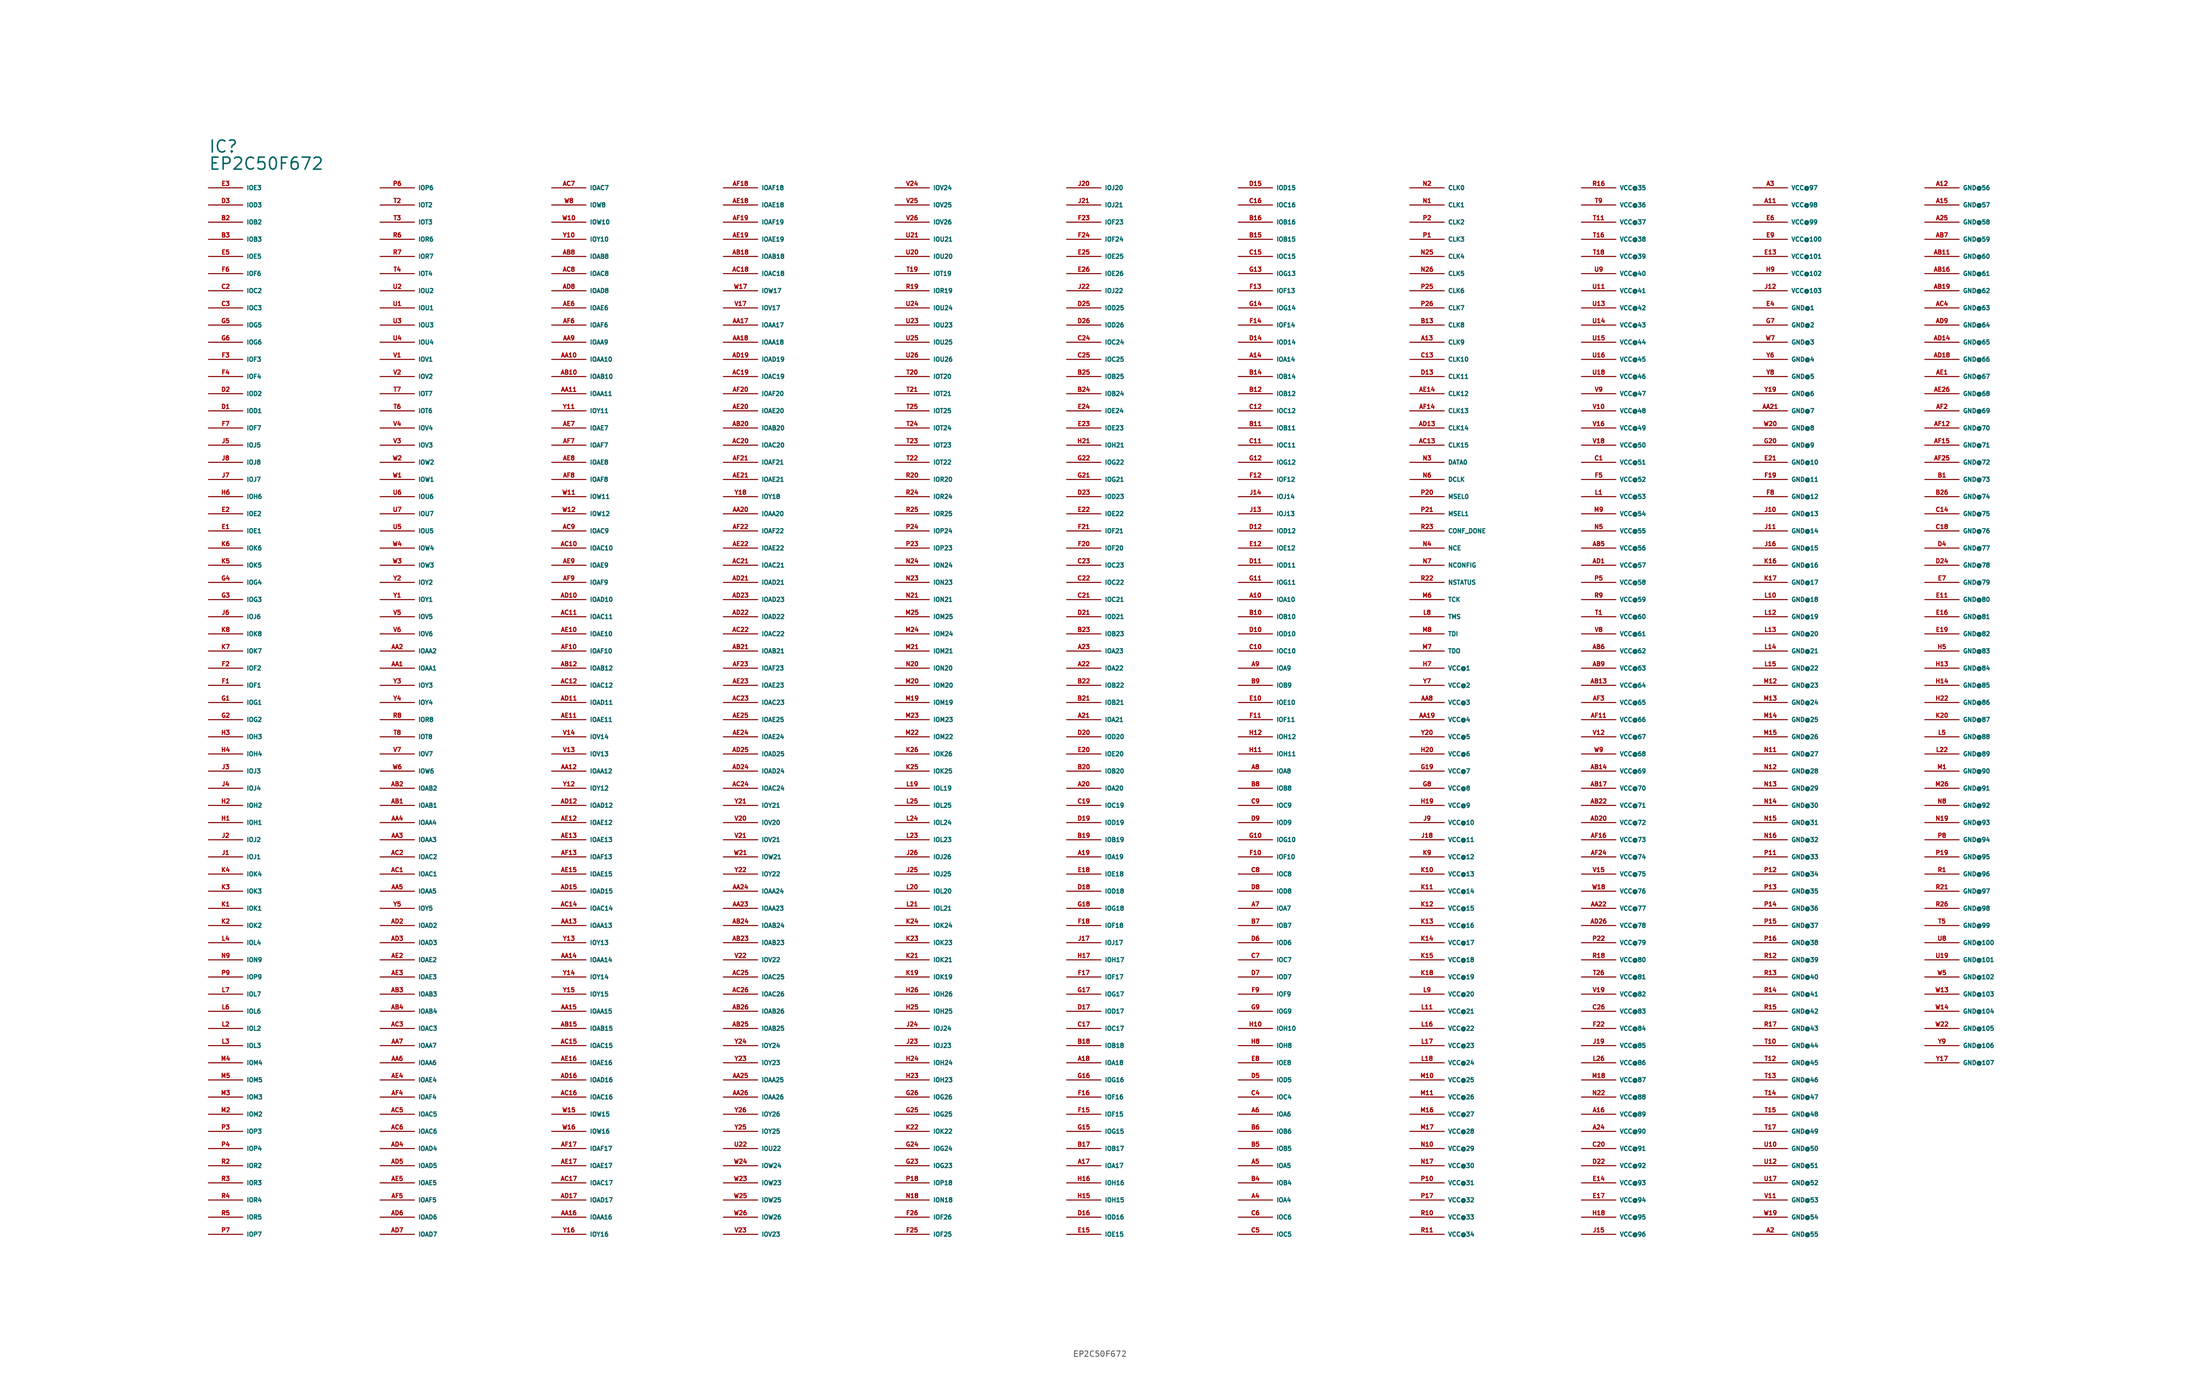
<source format=kicad_sym>
(kicad_symbol_lib
  (version 20220914)
  (generator Eagle2Kicad)
  (symbol "EP2C50F672"
    (property "Reference" "IC"
      (at -132.08 86.36 0)
      (effects (font (size 1.778 1.778) (thickness 0.22)) (justify left bottom)))
    (property "Value" "EP2C50F672"
      (at -132.08 83.82 0)
      (effects (font (size 1.778 1.778) (thickness 0.22)) (justify left bottom)))
    (pin output line
      (at -132.08 81.28 0)
      (length 5.08)
      (name "IOE3" (effects (font (size 0.635 0.635) (thickness 0.08)) (justify left bottom)))
      (number "E3" (effects (font (size 0.635 0.635) (thickness 0.08)) (justify left bottom))))
    (pin output line
      (at -132.08 78.74 0)
      (length 5.08)
      (name "IOD3" (effects (font (size 0.635 0.635) (thickness 0.08)) (justify left bottom)))
      (number "D3" (effects (font (size 0.635 0.635) (thickness 0.08)) (justify left bottom))))
    (pin bidirectional line
      (at -132.08 76.2 0)
      (length 5.08)
      (name "IOB2" (effects (font (size 0.635 0.635) (thickness 0.08)) (justify left bottom)))
      (number "B2" (effects (font (size 0.635 0.635) (thickness 0.08)) (justify left bottom))))
    (pin bidirectional line
      (at -132.08 73.66 0)
      (length 5.08)
      (name "IOB3" (effects (font (size 0.635 0.635) (thickness 0.08)) (justify left bottom)))
      (number "B3" (effects (font (size 0.635 0.635) (thickness 0.08)) (justify left bottom))))
    (pin bidirectional line
      (at -132.08 71.12 0)
      (length 5.08)
      (name "IOE5" (effects (font (size 0.635 0.635) (thickness 0.08)) (justify left bottom)))
      (number "E5" (effects (font (size 0.635 0.635) (thickness 0.08)) (justify left bottom))))
    (pin bidirectional line
      (at -132.08 68.58 0)
      (length 5.08)
      (name "IOF6" (effects (font (size 0.635 0.635) (thickness 0.08)) (justify left bottom)))
      (number "F6" (effects (font (size 0.635 0.635) (thickness 0.08)) (justify left bottom))))
    (pin bidirectional line
      (at -132.08 66.04 0)
      (length 5.08)
      (name "IOC2" (effects (font (size 0.635 0.635) (thickness 0.08)) (justify left bottom)))
      (number "C2" (effects (font (size 0.635 0.635) (thickness 0.08)) (justify left bottom))))
    (pin bidirectional line
      (at -132.08 63.5 0)
      (length 5.08)
      (name "IOC3" (effects (font (size 0.635 0.635) (thickness 0.08)) (justify left bottom)))
      (number "C3" (effects (font (size 0.635 0.635) (thickness 0.08)) (justify left bottom))))
    (pin bidirectional line
      (at -132.08 60.96 0)
      (length 5.08)
      (name "IOG5" (effects (font (size 0.635 0.635) (thickness 0.08)) (justify left bottom)))
      (number "G5" (effects (font (size 0.635 0.635) (thickness 0.08)) (justify left bottom))))
    (pin bidirectional line
      (at -132.08 58.42 0)
      (length 5.08)
      (name "IOG6" (effects (font (size 0.635 0.635) (thickness 0.08)) (justify left bottom)))
      (number "G6" (effects (font (size 0.635 0.635) (thickness 0.08)) (justify left bottom))))
    (pin bidirectional line
      (at -132.08 55.88 0)
      (length 5.08)
      (name "IOF3" (effects (font (size 0.635 0.635) (thickness 0.08)) (justify left bottom)))
      (number "F3" (effects (font (size 0.635 0.635) (thickness 0.08)) (justify left bottom))))
    (pin bidirectional line
      (at -132.08 53.34 0)
      (length 5.08)
      (name "IOF4" (effects (font (size 0.635 0.635) (thickness 0.08)) (justify left bottom)))
      (number "F4" (effects (font (size 0.635 0.635) (thickness 0.08)) (justify left bottom))))
    (pin bidirectional line
      (at -132.08 50.8 0)
      (length 5.08)
      (name "IOD2" (effects (font (size 0.635 0.635) (thickness 0.08)) (justify left bottom)))
      (number "D2" (effects (font (size 0.635 0.635) (thickness 0.08)) (justify left bottom))))
    (pin bidirectional line
      (at -132.08 48.26 0)
      (length 5.08)
      (name "IOD1" (effects (font (size 0.635 0.635) (thickness 0.08)) (justify left bottom)))
      (number "D1" (effects (font (size 0.635 0.635) (thickness 0.08)) (justify left bottom))))
    (pin bidirectional line
      (at -132.08 45.72 0)
      (length 5.08)
      (name "IOF7" (effects (font (size 0.635 0.635) (thickness 0.08)) (justify left bottom)))
      (number "F7" (effects (font (size 0.635 0.635) (thickness 0.08)) (justify left bottom))))
    (pin bidirectional line
      (at -132.08 43.18 0)
      (length 5.08)
      (name "IOJ5" (effects (font (size 0.635 0.635) (thickness 0.08)) (justify left bottom)))
      (number "J5" (effects (font (size 0.635 0.635) (thickness 0.08)) (justify left bottom))))
    (pin bidirectional line
      (at -132.08 40.64 0)
      (length 5.08)
      (name "IOJ8" (effects (font (size 0.635 0.635) (thickness 0.08)) (justify left bottom)))
      (number "J8" (effects (font (size 0.635 0.635) (thickness 0.08)) (justify left bottom))))
    (pin bidirectional line
      (at -132.08 38.1 0)
      (length 5.08)
      (name "IOJ7" (effects (font (size 0.635 0.635) (thickness 0.08)) (justify left bottom)))
      (number "J7" (effects (font (size 0.635 0.635) (thickness 0.08)) (justify left bottom))))
    (pin bidirectional line
      (at -132.08 35.56 0)
      (length 5.08)
      (name "IOH6" (effects (font (size 0.635 0.635) (thickness 0.08)) (justify left bottom)))
      (number "H6" (effects (font (size 0.635 0.635) (thickness 0.08)) (justify left bottom))))
    (pin bidirectional line
      (at -132.08 33.02 0)
      (length 5.08)
      (name "IOE2" (effects (font (size 0.635 0.635) (thickness 0.08)) (justify left bottom)))
      (number "E2" (effects (font (size 0.635 0.635) (thickness 0.08)) (justify left bottom))))
    (pin bidirectional line
      (at -132.08 30.48 0)
      (length 5.08)
      (name "IOE1" (effects (font (size 0.635 0.635) (thickness 0.08)) (justify left bottom)))
      (number "E1" (effects (font (size 0.635 0.635) (thickness 0.08)) (justify left bottom))))
    (pin bidirectional line
      (at -132.08 27.94 0)
      (length 5.08)
      (name "IOK6" (effects (font (size 0.635 0.635) (thickness 0.08)) (justify left bottom)))
      (number "K6" (effects (font (size 0.635 0.635) (thickness 0.08)) (justify left bottom))))
    (pin bidirectional line
      (at -132.08 25.4 0)
      (length 5.08)
      (name "IOK5" (effects (font (size 0.635 0.635) (thickness 0.08)) (justify left bottom)))
      (number "K5" (effects (font (size 0.635 0.635) (thickness 0.08)) (justify left bottom))))
    (pin bidirectional line
      (at -132.08 22.86 0)
      (length 5.08)
      (name "IOG4" (effects (font (size 0.635 0.635) (thickness 0.08)) (justify left bottom)))
      (number "G4" (effects (font (size 0.635 0.635) (thickness 0.08)) (justify left bottom))))
    (pin bidirectional line
      (at -132.08 20.32 0)
      (length 5.08)
      (name "IOG3" (effects (font (size 0.635 0.635) (thickness 0.08)) (justify left bottom)))
      (number "G3" (effects (font (size 0.635 0.635) (thickness 0.08)) (justify left bottom))))
    (pin bidirectional line
      (at -132.08 17.78 0)
      (length 5.08)
      (name "IOJ6" (effects (font (size 0.635 0.635) (thickness 0.08)) (justify left bottom)))
      (number "J6" (effects (font (size 0.635 0.635) (thickness 0.08)) (justify left bottom))))
    (pin bidirectional line
      (at -132.08 15.24 0)
      (length 5.08)
      (name "IOK8" (effects (font (size 0.635 0.635) (thickness 0.08)) (justify left bottom)))
      (number "K8" (effects (font (size 0.635 0.635) (thickness 0.08)) (justify left bottom))))
    (pin bidirectional line
      (at -132.08 12.7 0)
      (length 5.08)
      (name "IOK7" (effects (font (size 0.635 0.635) (thickness 0.08)) (justify left bottom)))
      (number "K7" (effects (font (size 0.635 0.635) (thickness 0.08)) (justify left bottom))))
    (pin bidirectional line
      (at -132.08 10.16 0)
      (length 5.08)
      (name "IOF2" (effects (font (size 0.635 0.635) (thickness 0.08)) (justify left bottom)))
      (number "F2" (effects (font (size 0.635 0.635) (thickness 0.08)) (justify left bottom))))
    (pin bidirectional line
      (at -132.08 7.62 0)
      (length 5.08)
      (name "IOF1" (effects (font (size 0.635 0.635) (thickness 0.08)) (justify left bottom)))
      (number "F1" (effects (font (size 0.635 0.635) (thickness 0.08)) (justify left bottom))))
    (pin bidirectional line
      (at -132.08 5.08 0)
      (length 5.08)
      (name "IOG1" (effects (font (size 0.635 0.635) (thickness 0.08)) (justify left bottom)))
      (number "G1" (effects (font (size 0.635 0.635) (thickness 0.08)) (justify left bottom))))
    (pin bidirectional line
      (at -132.08 2.54 0)
      (length 5.08)
      (name "IOG2" (effects (font (size 0.635 0.635) (thickness 0.08)) (justify left bottom)))
      (number "G2" (effects (font (size 0.635 0.635) (thickness 0.08)) (justify left bottom))))
    (pin bidirectional line
      (at -132.08 0 0)
      (length 5.08)
      (name "IOH3" (effects (font (size 0.635 0.635) (thickness 0.08)) (justify left bottom)))
      (number "H3" (effects (font (size 0.635 0.635) (thickness 0.08)) (justify left bottom))))
    (pin bidirectional line
      (at -132.08 -2.54 0)
      (length 5.08)
      (name "IOH4" (effects (font (size 0.635 0.635) (thickness 0.08)) (justify left bottom)))
      (number "H4" (effects (font (size 0.635 0.635) (thickness 0.08)) (justify left bottom))))
    (pin bidirectional line
      (at -132.08 -5.08 0)
      (length 5.08)
      (name "IOJ3" (effects (font (size 0.635 0.635) (thickness 0.08)) (justify left bottom)))
      (number "J3" (effects (font (size 0.635 0.635) (thickness 0.08)) (justify left bottom))))
    (pin bidirectional line
      (at -132.08 -7.62 0)
      (length 5.08)
      (name "IOJ4" (effects (font (size 0.635 0.635) (thickness 0.08)) (justify left bottom)))
      (number "J4" (effects (font (size 0.635 0.635) (thickness 0.08)) (justify left bottom))))
    (pin bidirectional line
      (at -132.08 -10.16 0)
      (length 5.08)
      (name "IOH2" (effects (font (size 0.635 0.635) (thickness 0.08)) (justify left bottom)))
      (number "H2" (effects (font (size 0.635 0.635) (thickness 0.08)) (justify left bottom))))
    (pin bidirectional line
      (at -132.08 -12.7 0)
      (length 5.08)
      (name "IOH1" (effects (font (size 0.635 0.635) (thickness 0.08)) (justify left bottom)))
      (number "H1" (effects (font (size 0.635 0.635) (thickness 0.08)) (justify left bottom))))
    (pin bidirectional line
      (at -132.08 -15.24 0)
      (length 5.08)
      (name "IOJ2" (effects (font (size 0.635 0.635) (thickness 0.08)) (justify left bottom)))
      (number "J2" (effects (font (size 0.635 0.635) (thickness 0.08)) (justify left bottom))))
    (pin bidirectional line
      (at -132.08 -17.78 0)
      (length 5.08)
      (name "IOJ1" (effects (font (size 0.635 0.635) (thickness 0.08)) (justify left bottom)))
      (number "J1" (effects (font (size 0.635 0.635) (thickness 0.08)) (justify left bottom))))
    (pin bidirectional line
      (at -132.08 -20.32 0)
      (length 5.08)
      (name "IOK4" (effects (font (size 0.635 0.635) (thickness 0.08)) (justify left bottom)))
      (number "K4" (effects (font (size 0.635 0.635) (thickness 0.08)) (justify left bottom))))
    (pin bidirectional line
      (at -132.08 -22.86 0)
      (length 5.08)
      (name "IOK3" (effects (font (size 0.635 0.635) (thickness 0.08)) (justify left bottom)))
      (number "K3" (effects (font (size 0.635 0.635) (thickness 0.08)) (justify left bottom))))
    (pin bidirectional line
      (at -132.08 -25.4 0)
      (length 5.08)
      (name "IOK1" (effects (font (size 0.635 0.635) (thickness 0.08)) (justify left bottom)))
      (number "K1" (effects (font (size 0.635 0.635) (thickness 0.08)) (justify left bottom))))
    (pin bidirectional line
      (at -132.08 -27.94 0)
      (length 5.08)
      (name "IOK2" (effects (font (size 0.635 0.635) (thickness 0.08)) (justify left bottom)))
      (number "K2" (effects (font (size 0.635 0.635) (thickness 0.08)) (justify left bottom))))
    (pin bidirectional line
      (at -132.08 -30.48 0)
      (length 5.08)
      (name "IOL4" (effects (font (size 0.635 0.635) (thickness 0.08)) (justify left bottom)))
      (number "L4" (effects (font (size 0.635 0.635) (thickness 0.08)) (justify left bottom))))
    (pin bidirectional line
      (at -132.08 -33.02 0)
      (length 5.08)
      (name "ION9" (effects (font (size 0.635 0.635) (thickness 0.08)) (justify left bottom)))
      (number "N9" (effects (font (size 0.635 0.635) (thickness 0.08)) (justify left bottom))))
    (pin bidirectional line
      (at -132.08 -35.56 0)
      (length 5.08)
      (name "IOP9" (effects (font (size 0.635 0.635) (thickness 0.08)) (justify left bottom)))
      (number "P9" (effects (font (size 0.635 0.635) (thickness 0.08)) (justify left bottom))))
    (pin bidirectional line
      (at -132.08 -38.1 0)
      (length 5.08)
      (name "IOL7" (effects (font (size 0.635 0.635) (thickness 0.08)) (justify left bottom)))
      (number "L7" (effects (font (size 0.635 0.635) (thickness 0.08)) (justify left bottom))))
    (pin bidirectional line
      (at -132.08 -40.64 0)
      (length 5.08)
      (name "IOL6" (effects (font (size 0.635 0.635) (thickness 0.08)) (justify left bottom)))
      (number "L6" (effects (font (size 0.635 0.635) (thickness 0.08)) (justify left bottom))))
    (pin bidirectional line
      (at -132.08 -43.18 0)
      (length 5.08)
      (name "IOL2" (effects (font (size 0.635 0.635) (thickness 0.08)) (justify left bottom)))
      (number "L2" (effects (font (size 0.635 0.635) (thickness 0.08)) (justify left bottom))))
    (pin bidirectional line
      (at -132.08 -45.72 0)
      (length 5.08)
      (name "IOL3" (effects (font (size 0.635 0.635) (thickness 0.08)) (justify left bottom)))
      (number "L3" (effects (font (size 0.635 0.635) (thickness 0.08)) (justify left bottom))))
    (pin bidirectional line
      (at -132.08 -48.26 0)
      (length 5.08)
      (name "IOM4" (effects (font (size 0.635 0.635) (thickness 0.08)) (justify left bottom)))
      (number "M4" (effects (font (size 0.635 0.635) (thickness 0.08)) (justify left bottom))))
    (pin bidirectional line
      (at -132.08 -50.8 0)
      (length 5.08)
      (name "IOM5" (effects (font (size 0.635 0.635) (thickness 0.08)) (justify left bottom)))
      (number "M5" (effects (font (size 0.635 0.635) (thickness 0.08)) (justify left bottom))))
    (pin bidirectional line
      (at -132.08 -53.34 0)
      (length 5.08)
      (name "IOM3" (effects (font (size 0.635 0.635) (thickness 0.08)) (justify left bottom)))
      (number "M3" (effects (font (size 0.635 0.635) (thickness 0.08)) (justify left bottom))))
    (pin bidirectional line
      (at -132.08 -55.88 0)
      (length 5.08)
      (name "IOM2" (effects (font (size 0.635 0.635) (thickness 0.08)) (justify left bottom)))
      (number "M2" (effects (font (size 0.635 0.635) (thickness 0.08)) (justify left bottom))))
    (pin bidirectional line
      (at -132.08 -58.42 0)
      (length 5.08)
      (name "IOP3" (effects (font (size 0.635 0.635) (thickness 0.08)) (justify left bottom)))
      (number "P3" (effects (font (size 0.635 0.635) (thickness 0.08)) (justify left bottom))))
    (pin bidirectional line
      (at -132.08 -60.96 0)
      (length 5.08)
      (name "IOP4" (effects (font (size 0.635 0.635) (thickness 0.08)) (justify left bottom)))
      (number "P4" (effects (font (size 0.635 0.635) (thickness 0.08)) (justify left bottom))))
    (pin bidirectional line
      (at -132.08 -63.5 0)
      (length 5.08)
      (name "IOR2" (effects (font (size 0.635 0.635) (thickness 0.08)) (justify left bottom)))
      (number "R2" (effects (font (size 0.635 0.635) (thickness 0.08)) (justify left bottom))))
    (pin bidirectional line
      (at -132.08 -66.04 0)
      (length 5.08)
      (name "IOR3" (effects (font (size 0.635 0.635) (thickness 0.08)) (justify left bottom)))
      (number "R3" (effects (font (size 0.635 0.635) (thickness 0.08)) (justify left bottom))))
    (pin bidirectional line
      (at -132.08 -68.58 0)
      (length 5.08)
      (name "IOR4" (effects (font (size 0.635 0.635) (thickness 0.08)) (justify left bottom)))
      (number "R4" (effects (font (size 0.635 0.635) (thickness 0.08)) (justify left bottom))))
    (pin bidirectional line
      (at -132.08 -71.12 0)
      (length 5.08)
      (name "IOR5" (effects (font (size 0.635 0.635) (thickness 0.08)) (justify left bottom)))
      (number "R5" (effects (font (size 0.635 0.635) (thickness 0.08)) (justify left bottom))))
    (pin bidirectional line
      (at -132.08 -73.66 0)
      (length 5.08)
      (name "IOP7" (effects (font (size 0.635 0.635) (thickness 0.08)) (justify left bottom)))
      (number "P7" (effects (font (size 0.635 0.635) (thickness 0.08)) (justify left bottom))))
    (pin bidirectional line
      (at -106.68 81.28 0)
      (length 5.08)
      (name "IOP6" (effects (font (size 0.635 0.635) (thickness 0.08)) (justify left bottom)))
      (number "P6" (effects (font (size 0.635 0.635) (thickness 0.08)) (justify left bottom))))
    (pin bidirectional line
      (at -106.68 78.74 0)
      (length 5.08)
      (name "IOT2" (effects (font (size 0.635 0.635) (thickness 0.08)) (justify left bottom)))
      (number "T2" (effects (font (size 0.635 0.635) (thickness 0.08)) (justify left bottom))))
    (pin bidirectional line
      (at -106.68 76.2 0)
      (length 5.08)
      (name "IOT3" (effects (font (size 0.635 0.635) (thickness 0.08)) (justify left bottom)))
      (number "T3" (effects (font (size 0.635 0.635) (thickness 0.08)) (justify left bottom))))
    (pin bidirectional line
      (at -106.68 73.66 0)
      (length 5.08)
      (name "IOR6" (effects (font (size 0.635 0.635) (thickness 0.08)) (justify left bottom)))
      (number "R6" (effects (font (size 0.635 0.635) (thickness 0.08)) (justify left bottom))))
    (pin bidirectional line
      (at -106.68 71.12 0)
      (length 5.08)
      (name "IOR7" (effects (font (size 0.635 0.635) (thickness 0.08)) (justify left bottom)))
      (number "R7" (effects (font (size 0.635 0.635) (thickness 0.08)) (justify left bottom))))
    (pin bidirectional line
      (at -106.68 68.58 0)
      (length 5.08)
      (name "IOT4" (effects (font (size 0.635 0.635) (thickness 0.08)) (justify left bottom)))
      (number "T4" (effects (font (size 0.635 0.635) (thickness 0.08)) (justify left bottom))))
    (pin bidirectional line
      (at -106.68 66.04 0)
      (length 5.08)
      (name "IOU2" (effects (font (size 0.635 0.635) (thickness 0.08)) (justify left bottom)))
      (number "U2" (effects (font (size 0.635 0.635) (thickness 0.08)) (justify left bottom))))
    (pin bidirectional line
      (at -106.68 63.5 0)
      (length 5.08)
      (name "IOU1" (effects (font (size 0.635 0.635) (thickness 0.08)) (justify left bottom)))
      (number "U1" (effects (font (size 0.635 0.635) (thickness 0.08)) (justify left bottom))))
    (pin bidirectional line
      (at -106.68 60.96 0)
      (length 5.08)
      (name "IOU3" (effects (font (size 0.635 0.635) (thickness 0.08)) (justify left bottom)))
      (number "U3" (effects (font (size 0.635 0.635) (thickness 0.08)) (justify left bottom))))
    (pin bidirectional line
      (at -106.68 58.42 0)
      (length 5.08)
      (name "IOU4" (effects (font (size 0.635 0.635) (thickness 0.08)) (justify left bottom)))
      (number "U4" (effects (font (size 0.635 0.635) (thickness 0.08)) (justify left bottom))))
    (pin bidirectional line
      (at -106.68 55.88 0)
      (length 5.08)
      (name "IOV1" (effects (font (size 0.635 0.635) (thickness 0.08)) (justify left bottom)))
      (number "V1" (effects (font (size 0.635 0.635) (thickness 0.08)) (justify left bottom))))
    (pin bidirectional line
      (at -106.68 53.34 0)
      (length 5.08)
      (name "IOV2" (effects (font (size 0.635 0.635) (thickness 0.08)) (justify left bottom)))
      (number "V2" (effects (font (size 0.635 0.635) (thickness 0.08)) (justify left bottom))))
    (pin bidirectional line
      (at -106.68 50.8 0)
      (length 5.08)
      (name "IOT7" (effects (font (size 0.635 0.635) (thickness 0.08)) (justify left bottom)))
      (number "T7" (effects (font (size 0.635 0.635) (thickness 0.08)) (justify left bottom))))
    (pin bidirectional line
      (at -106.68 48.26 0)
      (length 5.08)
      (name "IOT6" (effects (font (size 0.635 0.635) (thickness 0.08)) (justify left bottom)))
      (number "T6" (effects (font (size 0.635 0.635) (thickness 0.08)) (justify left bottom))))
    (pin bidirectional line
      (at -106.68 45.72 0)
      (length 5.08)
      (name "IOV4" (effects (font (size 0.635 0.635) (thickness 0.08)) (justify left bottom)))
      (number "V4" (effects (font (size 0.635 0.635) (thickness 0.08)) (justify left bottom))))
    (pin bidirectional line
      (at -106.68 43.18 0)
      (length 5.08)
      (name "IOV3" (effects (font (size 0.635 0.635) (thickness 0.08)) (justify left bottom)))
      (number "V3" (effects (font (size 0.635 0.635) (thickness 0.08)) (justify left bottom))))
    (pin bidirectional line
      (at -106.68 40.64 0)
      (length 5.08)
      (name "IOW2" (effects (font (size 0.635 0.635) (thickness 0.08)) (justify left bottom)))
      (number "W2" (effects (font (size 0.635 0.635) (thickness 0.08)) (justify left bottom))))
    (pin bidirectional line
      (at -106.68 38.1 0)
      (length 5.08)
      (name "IOW1" (effects (font (size 0.635 0.635) (thickness 0.08)) (justify left bottom)))
      (number "W1" (effects (font (size 0.635 0.635) (thickness 0.08)) (justify left bottom))))
    (pin bidirectional line
      (at -106.68 35.56 0)
      (length 5.08)
      (name "IOU6" (effects (font (size 0.635 0.635) (thickness 0.08)) (justify left bottom)))
      (number "U6" (effects (font (size 0.635 0.635) (thickness 0.08)) (justify left bottom))))
    (pin bidirectional line
      (at -106.68 33.02 0)
      (length 5.08)
      (name "IOU7" (effects (font (size 0.635 0.635) (thickness 0.08)) (justify left bottom)))
      (number "U7" (effects (font (size 0.635 0.635) (thickness 0.08)) (justify left bottom))))
    (pin bidirectional line
      (at -106.68 30.48 0)
      (length 5.08)
      (name "IOU5" (effects (font (size 0.635 0.635) (thickness 0.08)) (justify left bottom)))
      (number "U5" (effects (font (size 0.635 0.635) (thickness 0.08)) (justify left bottom))))
    (pin bidirectional line
      (at -106.68 27.94 0)
      (length 5.08)
      (name "IOW4" (effects (font (size 0.635 0.635) (thickness 0.08)) (justify left bottom)))
      (number "W4" (effects (font (size 0.635 0.635) (thickness 0.08)) (justify left bottom))))
    (pin bidirectional line
      (at -106.68 25.4 0)
      (length 5.08)
      (name "IOW3" (effects (font (size 0.635 0.635) (thickness 0.08)) (justify left bottom)))
      (number "W3" (effects (font (size 0.635 0.635) (thickness 0.08)) (justify left bottom))))
    (pin bidirectional line
      (at -106.68 22.86 0)
      (length 5.08)
      (name "IOY2" (effects (font (size 0.635 0.635) (thickness 0.08)) (justify left bottom)))
      (number "Y2" (effects (font (size 0.635 0.635) (thickness 0.08)) (justify left bottom))))
    (pin bidirectional line
      (at -106.68 20.32 0)
      (length 5.08)
      (name "IOY1" (effects (font (size 0.635 0.635) (thickness 0.08)) (justify left bottom)))
      (number "Y1" (effects (font (size 0.635 0.635) (thickness 0.08)) (justify left bottom))))
    (pin bidirectional line
      (at -106.68 17.78 0)
      (length 5.08)
      (name "IOV5" (effects (font (size 0.635 0.635) (thickness 0.08)) (justify left bottom)))
      (number "V5" (effects (font (size 0.635 0.635) (thickness 0.08)) (justify left bottom))))
    (pin bidirectional line
      (at -106.68 15.24 0)
      (length 5.08)
      (name "IOV6" (effects (font (size 0.635 0.635) (thickness 0.08)) (justify left bottom)))
      (number "V6" (effects (font (size 0.635 0.635) (thickness 0.08)) (justify left bottom))))
    (pin bidirectional line
      (at -106.68 12.7 0)
      (length 5.08)
      (name "IOAA2" (effects (font (size 0.635 0.635) (thickness 0.08)) (justify left bottom)))
      (number "AA2" (effects (font (size 0.635 0.635) (thickness 0.08)) (justify left bottom))))
    (pin bidirectional line
      (at -106.68 10.16 0)
      (length 5.08)
      (name "IOAA1" (effects (font (size 0.635 0.635) (thickness 0.08)) (justify left bottom)))
      (number "AA1" (effects (font (size 0.635 0.635) (thickness 0.08)) (justify left bottom))))
    (pin bidirectional line
      (at -106.68 7.62 0)
      (length 5.08)
      (name "IOY3" (effects (font (size 0.635 0.635) (thickness 0.08)) (justify left bottom)))
      (number "Y3" (effects (font (size 0.635 0.635) (thickness 0.08)) (justify left bottom))))
    (pin bidirectional line
      (at -106.68 5.08 0)
      (length 5.08)
      (name "IOY4" (effects (font (size 0.635 0.635) (thickness 0.08)) (justify left bottom)))
      (number "Y4" (effects (font (size 0.635 0.635) (thickness 0.08)) (justify left bottom))))
    (pin bidirectional line
      (at -106.68 2.54 0)
      (length 5.08)
      (name "IOR8" (effects (font (size 0.635 0.635) (thickness 0.08)) (justify left bottom)))
      (number "R8" (effects (font (size 0.635 0.635) (thickness 0.08)) (justify left bottom))))
    (pin bidirectional line
      (at -106.68 0 0)
      (length 5.08)
      (name "IOT8" (effects (font (size 0.635 0.635) (thickness 0.08)) (justify left bottom)))
      (number "T8" (effects (font (size 0.635 0.635) (thickness 0.08)) (justify left bottom))))
    (pin bidirectional line
      (at -106.68 -2.54 0)
      (length 5.08)
      (name "IOV7" (effects (font (size 0.635 0.635) (thickness 0.08)) (justify left bottom)))
      (number "V7" (effects (font (size 0.635 0.635) (thickness 0.08)) (justify left bottom))))
    (pin bidirectional line
      (at -106.68 -5.08 0)
      (length 5.08)
      (name "IOW6" (effects (font (size 0.635 0.635) (thickness 0.08)) (justify left bottom)))
      (number "W6" (effects (font (size 0.635 0.635) (thickness 0.08)) (justify left bottom))))
    (pin bidirectional line
      (at -106.68 -7.62 0)
      (length 5.08)
      (name "IOAB2" (effects (font (size 0.635 0.635) (thickness 0.08)) (justify left bottom)))
      (number "AB2" (effects (font (size 0.635 0.635) (thickness 0.08)) (justify left bottom))))
    (pin bidirectional line
      (at -106.68 -10.16 0)
      (length 5.08)
      (name "IOAB1" (effects (font (size 0.635 0.635) (thickness 0.08)) (justify left bottom)))
      (number "AB1" (effects (font (size 0.635 0.635) (thickness 0.08)) (justify left bottom))))
    (pin bidirectional line
      (at -106.68 -12.7 0)
      (length 5.08)
      (name "IOAA4" (effects (font (size 0.635 0.635) (thickness 0.08)) (justify left bottom)))
      (number "AA4" (effects (font (size 0.635 0.635) (thickness 0.08)) (justify left bottom))))
    (pin bidirectional line
      (at -106.68 -15.24 0)
      (length 5.08)
      (name "IOAA3" (effects (font (size 0.635 0.635) (thickness 0.08)) (justify left bottom)))
      (number "AA3" (effects (font (size 0.635 0.635) (thickness 0.08)) (justify left bottom))))
    (pin bidirectional line
      (at -106.68 -17.78 0)
      (length 5.08)
      (name "IOAC2" (effects (font (size 0.635 0.635) (thickness 0.08)) (justify left bottom)))
      (number "AC2" (effects (font (size 0.635 0.635) (thickness 0.08)) (justify left bottom))))
    (pin bidirectional line
      (at -106.68 -20.32 0)
      (length 5.08)
      (name "IOAC1" (effects (font (size 0.635 0.635) (thickness 0.08)) (justify left bottom)))
      (number "AC1" (effects (font (size 0.635 0.635) (thickness 0.08)) (justify left bottom))))
    (pin bidirectional line
      (at -106.68 -22.86 0)
      (length 5.08)
      (name "IOAA5" (effects (font (size 0.635 0.635) (thickness 0.08)) (justify left bottom)))
      (number "AA5" (effects (font (size 0.635 0.635) (thickness 0.08)) (justify left bottom))))
    (pin bidirectional line
      (at -106.68 -25.4 0)
      (length 5.08)
      (name "IOY5" (effects (font (size 0.635 0.635) (thickness 0.08)) (justify left bottom)))
      (number "Y5" (effects (font (size 0.635 0.635) (thickness 0.08)) (justify left bottom))))
    (pin bidirectional line
      (at -106.68 -27.94 0)
      (length 5.08)
      (name "IOAD2" (effects (font (size 0.635 0.635) (thickness 0.08)) (justify left bottom)))
      (number "AD2" (effects (font (size 0.635 0.635) (thickness 0.08)) (justify left bottom))))
    (pin bidirectional line
      (at -106.68 -30.48 0)
      (length 5.08)
      (name "IOAD3" (effects (font (size 0.635 0.635) (thickness 0.08)) (justify left bottom)))
      (number "AD3" (effects (font (size 0.635 0.635) (thickness 0.08)) (justify left bottom))))
    (pin bidirectional line
      (at -106.68 -33.02 0)
      (length 5.08)
      (name "IOAE2" (effects (font (size 0.635 0.635) (thickness 0.08)) (justify left bottom)))
      (number "AE2" (effects (font (size 0.635 0.635) (thickness 0.08)) (justify left bottom))))
    (pin bidirectional line
      (at -106.68 -35.56 0)
      (length 5.08)
      (name "IOAE3" (effects (font (size 0.635 0.635) (thickness 0.08)) (justify left bottom)))
      (number "AE3" (effects (font (size 0.635 0.635) (thickness 0.08)) (justify left bottom))))
    (pin bidirectional line
      (at -106.68 -38.1 0)
      (length 5.08)
      (name "IOAB3" (effects (font (size 0.635 0.635) (thickness 0.08)) (justify left bottom)))
      (number "AB3" (effects (font (size 0.635 0.635) (thickness 0.08)) (justify left bottom))))
    (pin bidirectional line
      (at -106.68 -40.64 0)
      (length 5.08)
      (name "IOAB4" (effects (font (size 0.635 0.635) (thickness 0.08)) (justify left bottom)))
      (number "AB4" (effects (font (size 0.635 0.635) (thickness 0.08)) (justify left bottom))))
    (pin bidirectional line
      (at -106.68 -43.18 0)
      (length 5.08)
      (name "IOAC3" (effects (font (size 0.635 0.635) (thickness 0.08)) (justify left bottom)))
      (number "AC3" (effects (font (size 0.635 0.635) (thickness 0.08)) (justify left bottom))))
    (pin bidirectional line
      (at -106.68 -45.72 0)
      (length 5.08)
      (name "IOAA7" (effects (font (size 0.635 0.635) (thickness 0.08)) (justify left bottom)))
      (number "AA7" (effects (font (size 0.635 0.635) (thickness 0.08)) (justify left bottom))))
    (pin bidirectional line
      (at -106.68 -48.26 0)
      (length 5.08)
      (name "IOAA6" (effects (font (size 0.635 0.635) (thickness 0.08)) (justify left bottom)))
      (number "AA6" (effects (font (size 0.635 0.635) (thickness 0.08)) (justify left bottom))))
    (pin bidirectional line
      (at -106.68 -50.8 0)
      (length 5.08)
      (name "IOAE4" (effects (font (size 0.635 0.635) (thickness 0.08)) (justify left bottom)))
      (number "AE4" (effects (font (size 0.635 0.635) (thickness 0.08)) (justify left bottom))))
    (pin bidirectional line
      (at -106.68 -53.34 0)
      (length 5.08)
      (name "IOAF4" (effects (font (size 0.635 0.635) (thickness 0.08)) (justify left bottom)))
      (number "AF4" (effects (font (size 0.635 0.635) (thickness 0.08)) (justify left bottom))))
    (pin bidirectional line
      (at -106.68 -55.88 0)
      (length 5.08)
      (name "IOAC5" (effects (font (size 0.635 0.635) (thickness 0.08)) (justify left bottom)))
      (number "AC5" (effects (font (size 0.635 0.635) (thickness 0.08)) (justify left bottom))))
    (pin bidirectional line
      (at -106.68 -58.42 0)
      (length 5.08)
      (name "IOAC6" (effects (font (size 0.635 0.635) (thickness 0.08)) (justify left bottom)))
      (number "AC6" (effects (font (size 0.635 0.635) (thickness 0.08)) (justify left bottom))))
    (pin bidirectional line
      (at -106.68 -60.96 0)
      (length 5.08)
      (name "IOAD4" (effects (font (size 0.635 0.635) (thickness 0.08)) (justify left bottom)))
      (number "AD4" (effects (font (size 0.635 0.635) (thickness 0.08)) (justify left bottom))))
    (pin bidirectional line
      (at -106.68 -63.5 0)
      (length 5.08)
      (name "IOAD5" (effects (font (size 0.635 0.635) (thickness 0.08)) (justify left bottom)))
      (number "AD5" (effects (font (size 0.635 0.635) (thickness 0.08)) (justify left bottom))))
    (pin bidirectional line
      (at -106.68 -66.04 0)
      (length 5.08)
      (name "IOAE5" (effects (font (size 0.635 0.635) (thickness 0.08)) (justify left bottom)))
      (number "AE5" (effects (font (size 0.635 0.635) (thickness 0.08)) (justify left bottom))))
    (pin bidirectional line
      (at -106.68 -68.58 0)
      (length 5.08)
      (name "IOAF5" (effects (font (size 0.635 0.635) (thickness 0.08)) (justify left bottom)))
      (number "AF5" (effects (font (size 0.635 0.635) (thickness 0.08)) (justify left bottom))))
    (pin bidirectional line
      (at -106.68 -71.12 0)
      (length 5.08)
      (name "IOAD6" (effects (font (size 0.635 0.635) (thickness 0.08)) (justify left bottom)))
      (number "AD6" (effects (font (size 0.635 0.635) (thickness 0.08)) (justify left bottom))))
    (pin bidirectional line
      (at -106.68 -73.66 0)
      (length 5.08)
      (name "IOAD7" (effects (font (size 0.635 0.635) (thickness 0.08)) (justify left bottom)))
      (number "AD7" (effects (font (size 0.635 0.635) (thickness 0.08)) (justify left bottom))))
    (pin bidirectional line
      (at -81.28 81.28 0)
      (length 5.08)
      (name "IOAC7" (effects (font (size 0.635 0.635) (thickness 0.08)) (justify left bottom)))
      (number "AC7" (effects (font (size 0.635 0.635) (thickness 0.08)) (justify left bottom))))
    (pin bidirectional line
      (at -81.28 78.74 0)
      (length 5.08)
      (name "IOW8" (effects (font (size 0.635 0.635) (thickness 0.08)) (justify left bottom)))
      (number "W8" (effects (font (size 0.635 0.635) (thickness 0.08)) (justify left bottom))))
    (pin bidirectional line
      (at -81.28 76.2 0)
      (length 5.08)
      (name "IOW10" (effects (font (size 0.635 0.635) (thickness 0.08)) (justify left bottom)))
      (number "W10" (effects (font (size 0.635 0.635) (thickness 0.08)) (justify left bottom))))
    (pin bidirectional line
      (at -81.28 73.66 0)
      (length 5.08)
      (name "IOY10" (effects (font (size 0.635 0.635) (thickness 0.08)) (justify left bottom)))
      (number "Y10" (effects (font (size 0.635 0.635) (thickness 0.08)) (justify left bottom))))
    (pin bidirectional line
      (at -81.28 71.12 0)
      (length 5.08)
      (name "IOAB8" (effects (font (size 0.635 0.635) (thickness 0.08)) (justify left bottom)))
      (number "AB8" (effects (font (size 0.635 0.635) (thickness 0.08)) (justify left bottom))))
    (pin bidirectional line
      (at -81.28 68.58 0)
      (length 5.08)
      (name "IOAC8" (effects (font (size 0.635 0.635) (thickness 0.08)) (justify left bottom)))
      (number "AC8" (effects (font (size 0.635 0.635) (thickness 0.08)) (justify left bottom))))
    (pin bidirectional line
      (at -81.28 66.04 0)
      (length 5.08)
      (name "IOAD8" (effects (font (size 0.635 0.635) (thickness 0.08)) (justify left bottom)))
      (number "AD8" (effects (font (size 0.635 0.635) (thickness 0.08)) (justify left bottom))))
    (pin bidirectional line
      (at -81.28 63.5 0)
      (length 5.08)
      (name "IOAE6" (effects (font (size 0.635 0.635) (thickness 0.08)) (justify left bottom)))
      (number "AE6" (effects (font (size 0.635 0.635) (thickness 0.08)) (justify left bottom))))
    (pin bidirectional line
      (at -81.28 60.96 0)
      (length 5.08)
      (name "IOAF6" (effects (font (size 0.635 0.635) (thickness 0.08)) (justify left bottom)))
      (number "AF6" (effects (font (size 0.635 0.635) (thickness 0.08)) (justify left bottom))))
    (pin bidirectional line
      (at -81.28 58.42 0)
      (length 5.08)
      (name "IOAA9" (effects (font (size 0.635 0.635) (thickness 0.08)) (justify left bottom)))
      (number "AA9" (effects (font (size 0.635 0.635) (thickness 0.08)) (justify left bottom))))
    (pin bidirectional line
      (at -81.28 55.88 0)
      (length 5.08)
      (name "IOAA10" (effects (font (size 0.635 0.635) (thickness 0.08)) (justify left bottom)))
      (number "AA10" (effects (font (size 0.635 0.635) (thickness 0.08)) (justify left bottom))))
    (pin bidirectional line
      (at -81.28 53.34 0)
      (length 5.08)
      (name "IOAB10" (effects (font (size 0.635 0.635) (thickness 0.08)) (justify left bottom)))
      (number "AB10" (effects (font (size 0.635 0.635) (thickness 0.08)) (justify left bottom))))
    (pin bidirectional line
      (at -81.28 50.8 0)
      (length 5.08)
      (name "IOAA11" (effects (font (size 0.635 0.635) (thickness 0.08)) (justify left bottom)))
      (number "AA11" (effects (font (size 0.635 0.635) (thickness 0.08)) (justify left bottom))))
    (pin bidirectional line
      (at -81.28 48.26 0)
      (length 5.08)
      (name "IOY11" (effects (font (size 0.635 0.635) (thickness 0.08)) (justify left bottom)))
      (number "Y11" (effects (font (size 0.635 0.635) (thickness 0.08)) (justify left bottom))))
    (pin bidirectional line
      (at -81.28 45.72 0)
      (length 5.08)
      (name "IOAE7" (effects (font (size 0.635 0.635) (thickness 0.08)) (justify left bottom)))
      (number "AE7" (effects (font (size 0.635 0.635) (thickness 0.08)) (justify left bottom))))
    (pin bidirectional line
      (at -81.28 43.18 0)
      (length 5.08)
      (name "IOAF7" (effects (font (size 0.635 0.635) (thickness 0.08)) (justify left bottom)))
      (number "AF7" (effects (font (size 0.635 0.635) (thickness 0.08)) (justify left bottom))))
    (pin bidirectional line
      (at -81.28 40.64 0)
      (length 5.08)
      (name "IOAE8" (effects (font (size 0.635 0.635) (thickness 0.08)) (justify left bottom)))
      (number "AE8" (effects (font (size 0.635 0.635) (thickness 0.08)) (justify left bottom))))
    (pin bidirectional line
      (at -81.28 38.1 0)
      (length 5.08)
      (name "IOAF8" (effects (font (size 0.635 0.635) (thickness 0.08)) (justify left bottom)))
      (number "AF8" (effects (font (size 0.635 0.635) (thickness 0.08)) (justify left bottom))))
    (pin bidirectional line
      (at -81.28 35.56 0)
      (length 5.08)
      (name "IOW11" (effects (font (size 0.635 0.635) (thickness 0.08)) (justify left bottom)))
      (number "W11" (effects (font (size 0.635 0.635) (thickness 0.08)) (justify left bottom))))
    (pin bidirectional line
      (at -81.28 33.02 0)
      (length 5.08)
      (name "IOW12" (effects (font (size 0.635 0.635) (thickness 0.08)) (justify left bottom)))
      (number "W12" (effects (font (size 0.635 0.635) (thickness 0.08)) (justify left bottom))))
    (pin bidirectional line
      (at -81.28 30.48 0)
      (length 5.08)
      (name "IOAC9" (effects (font (size 0.635 0.635) (thickness 0.08)) (justify left bottom)))
      (number "AC9" (effects (font (size 0.635 0.635) (thickness 0.08)) (justify left bottom))))
    (pin bidirectional line
      (at -81.28 27.94 0)
      (length 5.08)
      (name "IOAC10" (effects (font (size 0.635 0.635) (thickness 0.08)) (justify left bottom)))
      (number "AC10" (effects (font (size 0.635 0.635) (thickness 0.08)) (justify left bottom))))
    (pin bidirectional line
      (at -81.28 25.4 0)
      (length 5.08)
      (name "IOAE9" (effects (font (size 0.635 0.635) (thickness 0.08)) (justify left bottom)))
      (number "AE9" (effects (font (size 0.635 0.635) (thickness 0.08)) (justify left bottom))))
    (pin bidirectional line
      (at -81.28 22.86 0)
      (length 5.08)
      (name "IOAF9" (effects (font (size 0.635 0.635) (thickness 0.08)) (justify left bottom)))
      (number "AF9" (effects (font (size 0.635 0.635) (thickness 0.08)) (justify left bottom))))
    (pin bidirectional line
      (at -81.28 20.32 0)
      (length 5.08)
      (name "IOAD10" (effects (font (size 0.635 0.635) (thickness 0.08)) (justify left bottom)))
      (number "AD10" (effects (font (size 0.635 0.635) (thickness 0.08)) (justify left bottom))))
    (pin bidirectional line
      (at -81.28 17.78 0)
      (length 5.08)
      (name "IOAC11" (effects (font (size 0.635 0.635) (thickness 0.08)) (justify left bottom)))
      (number "AC11" (effects (font (size 0.635 0.635) (thickness 0.08)) (justify left bottom))))
    (pin bidirectional line
      (at -81.28 15.24 0)
      (length 5.08)
      (name "IOAE10" (effects (font (size 0.635 0.635) (thickness 0.08)) (justify left bottom)))
      (number "AE10" (effects (font (size 0.635 0.635) (thickness 0.08)) (justify left bottom))))
    (pin bidirectional line
      (at -81.28 12.7 0)
      (length 5.08)
      (name "IOAF10" (effects (font (size 0.635 0.635) (thickness 0.08)) (justify left bottom)))
      (number "AF10" (effects (font (size 0.635 0.635) (thickness 0.08)) (justify left bottom))))
    (pin bidirectional line
      (at -81.28 10.16 0)
      (length 5.08)
      (name "IOAB12" (effects (font (size 0.635 0.635) (thickness 0.08)) (justify left bottom)))
      (number "AB12" (effects (font (size 0.635 0.635) (thickness 0.08)) (justify left bottom))))
    (pin bidirectional line
      (at -81.28 7.62 0)
      (length 5.08)
      (name "IOAC12" (effects (font (size 0.635 0.635) (thickness 0.08)) (justify left bottom)))
      (number "AC12" (effects (font (size 0.635 0.635) (thickness 0.08)) (justify left bottom))))
    (pin bidirectional line
      (at -81.28 5.08 0)
      (length 5.08)
      (name "IOAD11" (effects (font (size 0.635 0.635) (thickness 0.08)) (justify left bottom)))
      (number "AD11" (effects (font (size 0.635 0.635) (thickness 0.08)) (justify left bottom))))
    (pin bidirectional line
      (at -81.28 2.54 0)
      (length 5.08)
      (name "IOAE11" (effects (font (size 0.635 0.635) (thickness 0.08)) (justify left bottom)))
      (number "AE11" (effects (font (size 0.635 0.635) (thickness 0.08)) (justify left bottom))))
    (pin bidirectional line
      (at -81.28 0 0)
      (length 5.08)
      (name "IOV14" (effects (font (size 0.635 0.635) (thickness 0.08)) (justify left bottom)))
      (number "V14" (effects (font (size 0.635 0.635) (thickness 0.08)) (justify left bottom))))
    (pin bidirectional line
      (at -81.28 -2.54 0)
      (length 5.08)
      (name "IOV13" (effects (font (size 0.635 0.635) (thickness 0.08)) (justify left bottom)))
      (number "V13" (effects (font (size 0.635 0.635) (thickness 0.08)) (justify left bottom))))
    (pin bidirectional line
      (at -81.28 -5.08 0)
      (length 5.08)
      (name "IOAA12" (effects (font (size 0.635 0.635) (thickness 0.08)) (justify left bottom)))
      (number "AA12" (effects (font (size 0.635 0.635) (thickness 0.08)) (justify left bottom))))
    (pin bidirectional line
      (at -81.28 -7.62 0)
      (length 5.08)
      (name "IOY12" (effects (font (size 0.635 0.635) (thickness 0.08)) (justify left bottom)))
      (number "Y12" (effects (font (size 0.635 0.635) (thickness 0.08)) (justify left bottom))))
    (pin bidirectional line
      (at -81.28 -10.16 0)
      (length 5.08)
      (name "IOAD12" (effects (font (size 0.635 0.635) (thickness 0.08)) (justify left bottom)))
      (number "AD12" (effects (font (size 0.635 0.635) (thickness 0.08)) (justify left bottom))))
    (pin bidirectional line
      (at -81.28 -12.7 0)
      (length 5.08)
      (name "IOAE12" (effects (font (size 0.635 0.635) (thickness 0.08)) (justify left bottom)))
      (number "AE12" (effects (font (size 0.635 0.635) (thickness 0.08)) (justify left bottom))))
    (pin bidirectional line
      (at -81.28 -15.24 0)
      (length 5.08)
      (name "IOAE13" (effects (font (size 0.635 0.635) (thickness 0.08)) (justify left bottom)))
      (number "AE13" (effects (font (size 0.635 0.635) (thickness 0.08)) (justify left bottom))))
    (pin bidirectional line
      (at -81.28 -17.78 0)
      (length 5.08)
      (name "IOAF13" (effects (font (size 0.635 0.635) (thickness 0.08)) (justify left bottom)))
      (number "AF13" (effects (font (size 0.635 0.635) (thickness 0.08)) (justify left bottom))))
    (pin bidirectional line
      (at -81.28 -20.32 0)
      (length 5.08)
      (name "IOAE15" (effects (font (size 0.635 0.635) (thickness 0.08)) (justify left bottom)))
      (number "AE15" (effects (font (size 0.635 0.635) (thickness 0.08)) (justify left bottom))))
    (pin bidirectional line
      (at -81.28 -22.86 0)
      (length 5.08)
      (name "IOAD15" (effects (font (size 0.635 0.635) (thickness 0.08)) (justify left bottom)))
      (number "AD15" (effects (font (size 0.635 0.635) (thickness 0.08)) (justify left bottom))))
    (pin bidirectional line
      (at -81.28 -25.4 0)
      (length 5.08)
      (name "IOAC14" (effects (font (size 0.635 0.635) (thickness 0.08)) (justify left bottom)))
      (number "AC14" (effects (font (size 0.635 0.635) (thickness 0.08)) (justify left bottom))))
    (pin bidirectional line
      (at -81.28 -27.94 0)
      (length 5.08)
      (name "IOAA13" (effects (font (size 0.635 0.635) (thickness 0.08)) (justify left bottom)))
      (number "AA13" (effects (font (size 0.635 0.635) (thickness 0.08)) (justify left bottom))))
    (pin bidirectional line
      (at -81.28 -30.48 0)
      (length 5.08)
      (name "IOY13" (effects (font (size 0.635 0.635) (thickness 0.08)) (justify left bottom)))
      (number "Y13" (effects (font (size 0.635 0.635) (thickness 0.08)) (justify left bottom))))
    (pin bidirectional line
      (at -81.28 -33.02 0)
      (length 5.08)
      (name "IOAA14" (effects (font (size 0.635 0.635) (thickness 0.08)) (justify left bottom)))
      (number "AA14" (effects (font (size 0.635 0.635) (thickness 0.08)) (justify left bottom))))
    (pin bidirectional line
      (at -81.28 -35.56 0)
      (length 5.08)
      (name "IOY14" (effects (font (size 0.635 0.635) (thickness 0.08)) (justify left bottom)))
      (number "Y14" (effects (font (size 0.635 0.635) (thickness 0.08)) (justify left bottom))))
    (pin bidirectional line
      (at -81.28 -38.1 0)
      (length 5.08)
      (name "IOY15" (effects (font (size 0.635 0.635) (thickness 0.08)) (justify left bottom)))
      (number "Y15" (effects (font (size 0.635 0.635) (thickness 0.08)) (justify left bottom))))
    (pin bidirectional line
      (at -81.28 -40.64 0)
      (length 5.08)
      (name "IOAA15" (effects (font (size 0.635 0.635) (thickness 0.08)) (justify left bottom)))
      (number "AA15" (effects (font (size 0.635 0.635) (thickness 0.08)) (justify left bottom))))
    (pin bidirectional line
      (at -81.28 -43.18 0)
      (length 5.08)
      (name "IOAB15" (effects (font (size 0.635 0.635) (thickness 0.08)) (justify left bottom)))
      (number "AB15" (effects (font (size 0.635 0.635) (thickness 0.08)) (justify left bottom))))
    (pin bidirectional line
      (at -81.28 -45.72 0)
      (length 5.08)
      (name "IOAC15" (effects (font (size 0.635 0.635) (thickness 0.08)) (justify left bottom)))
      (number "AC15" (effects (font (size 0.635 0.635) (thickness 0.08)) (justify left bottom))))
    (pin bidirectional line
      (at -81.28 -48.26 0)
      (length 5.08)
      (name "IOAE16" (effects (font (size 0.635 0.635) (thickness 0.08)) (justify left bottom)))
      (number "AE16" (effects (font (size 0.635 0.635) (thickness 0.08)) (justify left bottom))))
    (pin bidirectional line
      (at -81.28 -50.8 0)
      (length 5.08)
      (name "IOAD16" (effects (font (size 0.635 0.635) (thickness 0.08)) (justify left bottom)))
      (number "AD16" (effects (font (size 0.635 0.635) (thickness 0.08)) (justify left bottom))))
    (pin bidirectional line
      (at -81.28 -53.34 0)
      (length 5.08)
      (name "IOAC16" (effects (font (size 0.635 0.635) (thickness 0.08)) (justify left bottom)))
      (number "AC16" (effects (font (size 0.635 0.635) (thickness 0.08)) (justify left bottom))))
    (pin bidirectional line
      (at -81.28 -55.88 0)
      (length 5.08)
      (name "IOW15" (effects (font (size 0.635 0.635) (thickness 0.08)) (justify left bottom)))
      (number "W15" (effects (font (size 0.635 0.635) (thickness 0.08)) (justify left bottom))))
    (pin bidirectional line
      (at -81.28 -58.42 0)
      (length 5.08)
      (name "IOW16" (effects (font (size 0.635 0.635) (thickness 0.08)) (justify left bottom)))
      (number "W16" (effects (font (size 0.635 0.635) (thickness 0.08)) (justify left bottom))))
    (pin bidirectional line
      (at -81.28 -60.96 0)
      (length 5.08)
      (name "IOAF17" (effects (font (size 0.635 0.635) (thickness 0.08)) (justify left bottom)))
      (number "AF17" (effects (font (size 0.635 0.635) (thickness 0.08)) (justify left bottom))))
    (pin bidirectional line
      (at -81.28 -63.5 0)
      (length 5.08)
      (name "IOAE17" (effects (font (size 0.635 0.635) (thickness 0.08)) (justify left bottom)))
      (number "AE17" (effects (font (size 0.635 0.635) (thickness 0.08)) (justify left bottom))))
    (pin bidirectional line
      (at -81.28 -66.04 0)
      (length 5.08)
      (name "IOAC17" (effects (font (size 0.635 0.635) (thickness 0.08)) (justify left bottom)))
      (number "AC17" (effects (font (size 0.635 0.635) (thickness 0.08)) (justify left bottom))))
    (pin bidirectional line
      (at -81.28 -68.58 0)
      (length 5.08)
      (name "IOAD17" (effects (font (size 0.635 0.635) (thickness 0.08)) (justify left bottom)))
      (number "AD17" (effects (font (size 0.635 0.635) (thickness 0.08)) (justify left bottom))))
    (pin bidirectional line
      (at -81.28 -71.12 0)
      (length 5.08)
      (name "IOAA16" (effects (font (size 0.635 0.635) (thickness 0.08)) (justify left bottom)))
      (number "AA16" (effects (font (size 0.635 0.635) (thickness 0.08)) (justify left bottom))))
    (pin bidirectional line
      (at -81.28 -73.66 0)
      (length 5.08)
      (name "IOY16" (effects (font (size 0.635 0.635) (thickness 0.08)) (justify left bottom)))
      (number "Y16" (effects (font (size 0.635 0.635) (thickness 0.08)) (justify left bottom))))
    (pin bidirectional line
      (at -55.88 81.28 0)
      (length 5.08)
      (name "IOAF18" (effects (font (size 0.635 0.635) (thickness 0.08)) (justify left bottom)))
      (number "AF18" (effects (font (size 0.635 0.635) (thickness 0.08)) (justify left bottom))))
    (pin bidirectional line
      (at -55.88 78.74 0)
      (length 5.08)
      (name "IOAE18" (effects (font (size 0.635 0.635) (thickness 0.08)) (justify left bottom)))
      (number "AE18" (effects (font (size 0.635 0.635) (thickness 0.08)) (justify left bottom))))
    (pin bidirectional line
      (at -55.88 76.2 0)
      (length 5.08)
      (name "IOAF19" (effects (font (size 0.635 0.635) (thickness 0.08)) (justify left bottom)))
      (number "AF19" (effects (font (size 0.635 0.635) (thickness 0.08)) (justify left bottom))))
    (pin bidirectional line
      (at -55.88 73.66 0)
      (length 5.08)
      (name "IOAE19" (effects (font (size 0.635 0.635) (thickness 0.08)) (justify left bottom)))
      (number "AE19" (effects (font (size 0.635 0.635) (thickness 0.08)) (justify left bottom))))
    (pin bidirectional line
      (at -55.88 71.12 0)
      (length 5.08)
      (name "IOAB18" (effects (font (size 0.635 0.635) (thickness 0.08)) (justify left bottom)))
      (number "AB18" (effects (font (size 0.635 0.635) (thickness 0.08)) (justify left bottom))))
    (pin bidirectional line
      (at -55.88 68.58 0)
      (length 5.08)
      (name "IOAC18" (effects (font (size 0.635 0.635) (thickness 0.08)) (justify left bottom)))
      (number "AC18" (effects (font (size 0.635 0.635) (thickness 0.08)) (justify left bottom))))
    (pin bidirectional line
      (at -55.88 66.04 0)
      (length 5.08)
      (name "IOW17" (effects (font (size 0.635 0.635) (thickness 0.08)) (justify left bottom)))
      (number "W17" (effects (font (size 0.635 0.635) (thickness 0.08)) (justify left bottom))))
    (pin bidirectional line
      (at -55.88 63.5 0)
      (length 5.08)
      (name "IOV17" (effects (font (size 0.635 0.635) (thickness 0.08)) (justify left bottom)))
      (number "V17" (effects (font (size 0.635 0.635) (thickness 0.08)) (justify left bottom))))
    (pin bidirectional line
      (at -55.88 60.96 0)
      (length 5.08)
      (name "IOAA17" (effects (font (size 0.635 0.635) (thickness 0.08)) (justify left bottom)))
      (number "AA17" (effects (font (size 0.635 0.635) (thickness 0.08)) (justify left bottom))))
    (pin bidirectional line
      (at -55.88 58.42 0)
      (length 5.08)
      (name "IOAA18" (effects (font (size 0.635 0.635) (thickness 0.08)) (justify left bottom)))
      (number "AA18" (effects (font (size 0.635 0.635) (thickness 0.08)) (justify left bottom))))
    (pin bidirectional line
      (at -55.88 55.88 0)
      (length 5.08)
      (name "IOAD19" (effects (font (size 0.635 0.635) (thickness 0.08)) (justify left bottom)))
      (number "AD19" (effects (font (size 0.635 0.635) (thickness 0.08)) (justify left bottom))))
    (pin bidirectional line
      (at -55.88 53.34 0)
      (length 5.08)
      (name "IOAC19" (effects (font (size 0.635 0.635) (thickness 0.08)) (justify left bottom)))
      (number "AC19" (effects (font (size 0.635 0.635) (thickness 0.08)) (justify left bottom))))
    (pin bidirectional line
      (at -55.88 50.8 0)
      (length 5.08)
      (name "IOAF20" (effects (font (size 0.635 0.635) (thickness 0.08)) (justify left bottom)))
      (number "AF20" (effects (font (size 0.635 0.635) (thickness 0.08)) (justify left bottom))))
    (pin bidirectional line
      (at -55.88 48.26 0)
      (length 5.08)
      (name "IOAE20" (effects (font (size 0.635 0.635) (thickness 0.08)) (justify left bottom)))
      (number "AE20" (effects (font (size 0.635 0.635) (thickness 0.08)) (justify left bottom))))
    (pin bidirectional line
      (at -55.88 45.72 0)
      (length 5.08)
      (name "IOAB20" (effects (font (size 0.635 0.635) (thickness 0.08)) (justify left bottom)))
      (number "AB20" (effects (font (size 0.635 0.635) (thickness 0.08)) (justify left bottom))))
    (pin bidirectional line
      (at -55.88 43.18 0)
      (length 5.08)
      (name "IOAC20" (effects (font (size 0.635 0.635) (thickness 0.08)) (justify left bottom)))
      (number "AC20" (effects (font (size 0.635 0.635) (thickness 0.08)) (justify left bottom))))
    (pin bidirectional line
      (at -55.88 40.64 0)
      (length 5.08)
      (name "IOAF21" (effects (font (size 0.635 0.635) (thickness 0.08)) (justify left bottom)))
      (number "AF21" (effects (font (size 0.635 0.635) (thickness 0.08)) (justify left bottom))))
    (pin bidirectional line
      (at -55.88 38.1 0)
      (length 5.08)
      (name "IOAE21" (effects (font (size 0.635 0.635) (thickness 0.08)) (justify left bottom)))
      (number "AE21" (effects (font (size 0.635 0.635) (thickness 0.08)) (justify left bottom))))
    (pin bidirectional line
      (at -55.88 35.56 0)
      (length 5.08)
      (name "IOY18" (effects (font (size 0.635 0.635) (thickness 0.08)) (justify left bottom)))
      (number "Y18" (effects (font (size 0.635 0.635) (thickness 0.08)) (justify left bottom))))
    (pin bidirectional line
      (at -55.88 33.02 0)
      (length 5.08)
      (name "IOAA20" (effects (font (size 0.635 0.635) (thickness 0.08)) (justify left bottom)))
      (number "AA20" (effects (font (size 0.635 0.635) (thickness 0.08)) (justify left bottom))))
    (pin bidirectional line
      (at -55.88 30.48 0)
      (length 5.08)
      (name "IOAF22" (effects (font (size 0.635 0.635) (thickness 0.08)) (justify left bottom)))
      (number "AF22" (effects (font (size 0.635 0.635) (thickness 0.08)) (justify left bottom))))
    (pin bidirectional line
      (at -55.88 27.94 0)
      (length 5.08)
      (name "IOAE22" (effects (font (size 0.635 0.635) (thickness 0.08)) (justify left bottom)))
      (number "AE22" (effects (font (size 0.635 0.635) (thickness 0.08)) (justify left bottom))))
    (pin bidirectional line
      (at -55.88 25.4 0)
      (length 5.08)
      (name "IOAC21" (effects (font (size 0.635 0.635) (thickness 0.08)) (justify left bottom)))
      (number "AC21" (effects (font (size 0.635 0.635) (thickness 0.08)) (justify left bottom))))
    (pin bidirectional line
      (at -55.88 22.86 0)
      (length 5.08)
      (name "IOAD21" (effects (font (size 0.635 0.635) (thickness 0.08)) (justify left bottom)))
      (number "AD21" (effects (font (size 0.635 0.635) (thickness 0.08)) (justify left bottom))))
    (pin bidirectional line
      (at -55.88 20.32 0)
      (length 5.08)
      (name "IOAD23" (effects (font (size 0.635 0.635) (thickness 0.08)) (justify left bottom)))
      (number "AD23" (effects (font (size 0.635 0.635) (thickness 0.08)) (justify left bottom))))
    (pin bidirectional line
      (at -55.88 17.78 0)
      (length 5.08)
      (name "IOAD22" (effects (font (size 0.635 0.635) (thickness 0.08)) (justify left bottom)))
      (number "AD22" (effects (font (size 0.635 0.635) (thickness 0.08)) (justify left bottom))))
    (pin bidirectional line
      (at -55.88 15.24 0)
      (length 5.08)
      (name "IOAC22" (effects (font (size 0.635 0.635) (thickness 0.08)) (justify left bottom)))
      (number "AC22" (effects (font (size 0.635 0.635) (thickness 0.08)) (justify left bottom))))
    (pin bidirectional line
      (at -55.88 12.7 0)
      (length 5.08)
      (name "IOAB21" (effects (font (size 0.635 0.635) (thickness 0.08)) (justify left bottom)))
      (number "AB21" (effects (font (size 0.635 0.635) (thickness 0.08)) (justify left bottom))))
    (pin bidirectional line
      (at -55.88 10.16 0)
      (length 5.08)
      (name "IOAF23" (effects (font (size 0.635 0.635) (thickness 0.08)) (justify left bottom)))
      (number "AF23" (effects (font (size 0.635 0.635) (thickness 0.08)) (justify left bottom))))
    (pin bidirectional line
      (at -55.88 7.62 0)
      (length 5.08)
      (name "IOAE23" (effects (font (size 0.635 0.635) (thickness 0.08)) (justify left bottom)))
      (number "AE23" (effects (font (size 0.635 0.635) (thickness 0.08)) (justify left bottom))))
    (pin bidirectional line
      (at -55.88 5.08 0)
      (length 5.08)
      (name "IOAC23" (effects (font (size 0.635 0.635) (thickness 0.08)) (justify left bottom)))
      (number "AC23" (effects (font (size 0.635 0.635) (thickness 0.08)) (justify left bottom))))
    (pin bidirectional line
      (at -55.88 2.54 0)
      (length 5.08)
      (name "IOAE25" (effects (font (size 0.635 0.635) (thickness 0.08)) (justify left bottom)))
      (number "AE25" (effects (font (size 0.635 0.635) (thickness 0.08)) (justify left bottom))))
    (pin bidirectional line
      (at -55.88 0 0)
      (length 5.08)
      (name "IOAE24" (effects (font (size 0.635 0.635) (thickness 0.08)) (justify left bottom)))
      (number "AE24" (effects (font (size 0.635 0.635) (thickness 0.08)) (justify left bottom))))
    (pin bidirectional line
      (at -55.88 -2.54 0)
      (length 5.08)
      (name "IOAD25" (effects (font (size 0.635 0.635) (thickness 0.08)) (justify left bottom)))
      (number "AD25" (effects (font (size 0.635 0.635) (thickness 0.08)) (justify left bottom))))
    (pin bidirectional line
      (at -55.88 -5.08 0)
      (length 5.08)
      (name "IOAD24" (effects (font (size 0.635 0.635) (thickness 0.08)) (justify left bottom)))
      (number "AD24" (effects (font (size 0.635 0.635) (thickness 0.08)) (justify left bottom))))
    (pin bidirectional line
      (at -55.88 -7.62 0)
      (length 5.08)
      (name "IOAC24" (effects (font (size 0.635 0.635) (thickness 0.08)) (justify left bottom)))
      (number "AC24" (effects (font (size 0.635 0.635) (thickness 0.08)) (justify left bottom))))
    (pin bidirectional line
      (at -55.88 -10.16 0)
      (length 5.08)
      (name "IOY21" (effects (font (size 0.635 0.635) (thickness 0.08)) (justify left bottom)))
      (number "Y21" (effects (font (size 0.635 0.635) (thickness 0.08)) (justify left bottom))))
    (pin bidirectional line
      (at -55.88 -12.7 0)
      (length 5.08)
      (name "IOV20" (effects (font (size 0.635 0.635) (thickness 0.08)) (justify left bottom)))
      (number "V20" (effects (font (size 0.635 0.635) (thickness 0.08)) (justify left bottom))))
    (pin bidirectional line
      (at -55.88 -15.24 0)
      (length 5.08)
      (name "IOV21" (effects (font (size 0.635 0.635) (thickness 0.08)) (justify left bottom)))
      (number "V21" (effects (font (size 0.635 0.635) (thickness 0.08)) (justify left bottom))))
    (pin bidirectional line
      (at -55.88 -17.78 0)
      (length 5.08)
      (name "IOW21" (effects (font (size 0.635 0.635) (thickness 0.08)) (justify left bottom)))
      (number "W21" (effects (font (size 0.635 0.635) (thickness 0.08)) (justify left bottom))))
    (pin bidirectional line
      (at -55.88 -20.32 0)
      (length 5.08)
      (name "IOY22" (effects (font (size 0.635 0.635) (thickness 0.08)) (justify left bottom)))
      (number "Y22" (effects (font (size 0.635 0.635) (thickness 0.08)) (justify left bottom))))
    (pin bidirectional line
      (at -55.88 -22.86 0)
      (length 5.08)
      (name "IOAA24" (effects (font (size 0.635 0.635) (thickness 0.08)) (justify left bottom)))
      (number "AA24" (effects (font (size 0.635 0.635) (thickness 0.08)) (justify left bottom))))
    (pin bidirectional line
      (at -55.88 -25.4 0)
      (length 5.08)
      (name "IOAA23" (effects (font (size 0.635 0.635) (thickness 0.08)) (justify left bottom)))
      (number "AA23" (effects (font (size 0.635 0.635) (thickness 0.08)) (justify left bottom))))
    (pin bidirectional line
      (at -55.88 -27.94 0)
      (length 5.08)
      (name "IOAB24" (effects (font (size 0.635 0.635) (thickness 0.08)) (justify left bottom)))
      (number "AB24" (effects (font (size 0.635 0.635) (thickness 0.08)) (justify left bottom))))
    (pin bidirectional line
      (at -55.88 -30.48 0)
      (length 5.08)
      (name "IOAB23" (effects (font (size 0.635 0.635) (thickness 0.08)) (justify left bottom)))
      (number "AB23" (effects (font (size 0.635 0.635) (thickness 0.08)) (justify left bottom))))
    (pin bidirectional line
      (at -55.88 -33.02 0)
      (length 5.08)
      (name "IOV22" (effects (font (size 0.635 0.635) (thickness 0.08)) (justify left bottom)))
      (number "V22" (effects (font (size 0.635 0.635) (thickness 0.08)) (justify left bottom))))
    (pin bidirectional line
      (at -55.88 -35.56 0)
      (length 5.08)
      (name "IOAC25" (effects (font (size 0.635 0.635) (thickness 0.08)) (justify left bottom)))
      (number "AC25" (effects (font (size 0.635 0.635) (thickness 0.08)) (justify left bottom))))
    (pin bidirectional line
      (at -55.88 -38.1 0)
      (length 5.08)
      (name "IOAC26" (effects (font (size 0.635 0.635) (thickness 0.08)) (justify left bottom)))
      (number "AC26" (effects (font (size 0.635 0.635) (thickness 0.08)) (justify left bottom))))
    (pin bidirectional line
      (at -55.88 -40.64 0)
      (length 5.08)
      (name "IOAB26" (effects (font (size 0.635 0.635) (thickness 0.08)) (justify left bottom)))
      (number "AB26" (effects (font (size 0.635 0.635) (thickness 0.08)) (justify left bottom))))
    (pin bidirectional line
      (at -55.88 -43.18 0)
      (length 5.08)
      (name "IOAB25" (effects (font (size 0.635 0.635) (thickness 0.08)) (justify left bottom)))
      (number "AB25" (effects (font (size 0.635 0.635) (thickness 0.08)) (justify left bottom))))
    (pin bidirectional line
      (at -55.88 -45.72 0)
      (length 5.08)
      (name "IOY24" (effects (font (size 0.635 0.635) (thickness 0.08)) (justify left bottom)))
      (number "Y24" (effects (font (size 0.635 0.635) (thickness 0.08)) (justify left bottom))))
    (pin bidirectional line
      (at -55.88 -48.26 0)
      (length 5.08)
      (name "IOY23" (effects (font (size 0.635 0.635) (thickness 0.08)) (justify left bottom)))
      (number "Y23" (effects (font (size 0.635 0.635) (thickness 0.08)) (justify left bottom))))
    (pin bidirectional line
      (at -55.88 -50.8 0)
      (length 5.08)
      (name "IOAA25" (effects (font (size 0.635 0.635) (thickness 0.08)) (justify left bottom)))
      (number "AA25" (effects (font (size 0.635 0.635) (thickness 0.08)) (justify left bottom))))
    (pin bidirectional line
      (at -55.88 -53.34 0)
      (length 5.08)
      (name "IOAA26" (effects (font (size 0.635 0.635) (thickness 0.08)) (justify left bottom)))
      (number "AA26" (effects (font (size 0.635 0.635) (thickness 0.08)) (justify left bottom))))
    (pin bidirectional line
      (at -55.88 -55.88 0)
      (length 5.08)
      (name "IOY26" (effects (font (size 0.635 0.635) (thickness 0.08)) (justify left bottom)))
      (number "Y26" (effects (font (size 0.635 0.635) (thickness 0.08)) (justify left bottom))))
    (pin bidirectional line
      (at -55.88 -58.42 0)
      (length 5.08)
      (name "IOY25" (effects (font (size 0.635 0.635) (thickness 0.08)) (justify left bottom)))
      (number "Y25" (effects (font (size 0.635 0.635) (thickness 0.08)) (justify left bottom))))
    (pin bidirectional line
      (at -55.88 -60.96 0)
      (length 5.08)
      (name "IOU22" (effects (font (size 0.635 0.635) (thickness 0.08)) (justify left bottom)))
      (number "U22" (effects (font (size 0.635 0.635) (thickness 0.08)) (justify left bottom))))
    (pin bidirectional line
      (at -55.88 -63.5 0)
      (length 5.08)
      (name "IOW24" (effects (font (size 0.635 0.635) (thickness 0.08)) (justify left bottom)))
      (number "W24" (effects (font (size 0.635 0.635) (thickness 0.08)) (justify left bottom))))
    (pin bidirectional line
      (at -55.88 -66.04 0)
      (length 5.08)
      (name "IOW23" (effects (font (size 0.635 0.635) (thickness 0.08)) (justify left bottom)))
      (number "W23" (effects (font (size 0.635 0.635) (thickness 0.08)) (justify left bottom))))
    (pin bidirectional line
      (at -55.88 -68.58 0)
      (length 5.08)
      (name "IOW25" (effects (font (size 0.635 0.635) (thickness 0.08)) (justify left bottom)))
      (number "W25" (effects (font (size 0.635 0.635) (thickness 0.08)) (justify left bottom))))
    (pin bidirectional line
      (at -55.88 -71.12 0)
      (length 5.08)
      (name "IOW26" (effects (font (size 0.635 0.635) (thickness 0.08)) (justify left bottom)))
      (number "W26" (effects (font (size 0.635 0.635) (thickness 0.08)) (justify left bottom))))
    (pin bidirectional line
      (at -55.88 -73.66 0)
      (length 5.08)
      (name "IOV23" (effects (font (size 0.635 0.635) (thickness 0.08)) (justify left bottom)))
      (number "V23" (effects (font (size 0.635 0.635) (thickness 0.08)) (justify left bottom))))
    (pin bidirectional line
      (at -30.48 81.28 0)
      (length 5.08)
      (name "IOV24" (effects (font (size 0.635 0.635) (thickness 0.08)) (justify left bottom)))
      (number "V24" (effects (font (size 0.635 0.635) (thickness 0.08)) (justify left bottom))))
    (pin bidirectional line
      (at -30.48 78.74 0)
      (length 5.08)
      (name "IOV25" (effects (font (size 0.635 0.635) (thickness 0.08)) (justify left bottom)))
      (number "V25" (effects (font (size 0.635 0.635) (thickness 0.08)) (justify left bottom))))
    (pin bidirectional line
      (at -30.48 76.2 0)
      (length 5.08)
      (name "IOV26" (effects (font (size 0.635 0.635) (thickness 0.08)) (justify left bottom)))
      (number "V26" (effects (font (size 0.635 0.635) (thickness 0.08)) (justify left bottom))))
    (pin bidirectional line
      (at -30.48 73.66 0)
      (length 5.08)
      (name "IOU21" (effects (font (size 0.635 0.635) (thickness 0.08)) (justify left bottom)))
      (number "U21" (effects (font (size 0.635 0.635) (thickness 0.08)) (justify left bottom))))
    (pin bidirectional line
      (at -30.48 71.12 0)
      (length 5.08)
      (name "IOU20" (effects (font (size 0.635 0.635) (thickness 0.08)) (justify left bottom)))
      (number "U20" (effects (font (size 0.635 0.635) (thickness 0.08)) (justify left bottom))))
    (pin bidirectional line
      (at -30.48 68.58 0)
      (length 5.08)
      (name "IOT19" (effects (font (size 0.635 0.635) (thickness 0.08)) (justify left bottom)))
      (number "T19" (effects (font (size 0.635 0.635) (thickness 0.08)) (justify left bottom))))
    (pin bidirectional line
      (at -30.48 66.04 0)
      (length 5.08)
      (name "IOR19" (effects (font (size 0.635 0.635) (thickness 0.08)) (justify left bottom)))
      (number "R19" (effects (font (size 0.635 0.635) (thickness 0.08)) (justify left bottom))))
    (pin bidirectional line
      (at -30.48 63.5 0)
      (length 5.08)
      (name "IOU24" (effects (font (size 0.635 0.635) (thickness 0.08)) (justify left bottom)))
      (number "U24" (effects (font (size 0.635 0.635) (thickness 0.08)) (justify left bottom))))
    (pin bidirectional line
      (at -30.48 60.96 0)
      (length 5.08)
      (name "IOU23" (effects (font (size 0.635 0.635) (thickness 0.08)) (justify left bottom)))
      (number "U23" (effects (font (size 0.635 0.635) (thickness 0.08)) (justify left bottom))))
    (pin bidirectional line
      (at -30.48 58.42 0)
      (length 5.08)
      (name "IOU25" (effects (font (size 0.635 0.635) (thickness 0.08)) (justify left bottom)))
      (number "U25" (effects (font (size 0.635 0.635) (thickness 0.08)) (justify left bottom))))
    (pin bidirectional line
      (at -30.48 55.88 0)
      (length 5.08)
      (name "IOU26" (effects (font (size 0.635 0.635) (thickness 0.08)) (justify left bottom)))
      (number "U26" (effects (font (size 0.635 0.635) (thickness 0.08)) (justify left bottom))))
    (pin bidirectional line
      (at -30.48 53.34 0)
      (length 5.08)
      (name "IOT20" (effects (font (size 0.635 0.635) (thickness 0.08)) (justify left bottom)))
      (number "T20" (effects (font (size 0.635 0.635) (thickness 0.08)) (justify left bottom))))
    (pin bidirectional line
      (at -30.48 50.8 0)
      (length 5.08)
      (name "IOT21" (effects (font (size 0.635 0.635) (thickness 0.08)) (justify left bottom)))
      (number "T21" (effects (font (size 0.635 0.635) (thickness 0.08)) (justify left bottom))))
    (pin bidirectional line
      (at -30.48 48.26 0)
      (length 5.08)
      (name "IOT25" (effects (font (size 0.635 0.635) (thickness 0.08)) (justify left bottom)))
      (number "T25" (effects (font (size 0.635 0.635) (thickness 0.08)) (justify left bottom))))
    (pin bidirectional line
      (at -30.48 45.72 0)
      (length 5.08)
      (name "IOT24" (effects (font (size 0.635 0.635) (thickness 0.08)) (justify left bottom)))
      (number "T24" (effects (font (size 0.635 0.635) (thickness 0.08)) (justify left bottom))))
    (pin bidirectional line
      (at -30.48 43.18 0)
      (length 5.08)
      (name "IOT23" (effects (font (size 0.635 0.635) (thickness 0.08)) (justify left bottom)))
      (number "T23" (effects (font (size 0.635 0.635) (thickness 0.08)) (justify left bottom))))
    (pin bidirectional line
      (at -30.48 40.64 0)
      (length 5.08)
      (name "IOT22" (effects (font (size 0.635 0.635) (thickness 0.08)) (justify left bottom)))
      (number "T22" (effects (font (size 0.635 0.635) (thickness 0.08)) (justify left bottom))))
    (pin bidirectional line
      (at -30.48 38.1 0)
      (length 5.08)
      (name "IOR20" (effects (font (size 0.635 0.635) (thickness 0.08)) (justify left bottom)))
      (number "R20" (effects (font (size 0.635 0.635) (thickness 0.08)) (justify left bottom))))
    (pin bidirectional line
      (at -30.48 35.56 0)
      (length 5.08)
      (name "IOR24" (effects (font (size 0.635 0.635) (thickness 0.08)) (justify left bottom)))
      (number "R24" (effects (font (size 0.635 0.635) (thickness 0.08)) (justify left bottom))))
    (pin bidirectional line
      (at -30.48 33.02 0)
      (length 5.08)
      (name "IOR25" (effects (font (size 0.635 0.635) (thickness 0.08)) (justify left bottom)))
      (number "R25" (effects (font (size 0.635 0.635) (thickness 0.08)) (justify left bottom))))
    (pin bidirectional line
      (at -30.48 30.48 0)
      (length 5.08)
      (name "IOP24" (effects (font (size 0.635 0.635) (thickness 0.08)) (justify left bottom)))
      (number "P24" (effects (font (size 0.635 0.635) (thickness 0.08)) (justify left bottom))))
    (pin bidirectional line
      (at -30.48 27.94 0)
      (length 5.08)
      (name "IOP23" (effects (font (size 0.635 0.635) (thickness 0.08)) (justify left bottom)))
      (number "P23" (effects (font (size 0.635 0.635) (thickness 0.08)) (justify left bottom))))
    (pin bidirectional line
      (at -30.48 25.4 0)
      (length 5.08)
      (name "ION24" (effects (font (size 0.635 0.635) (thickness 0.08)) (justify left bottom)))
      (number "N24" (effects (font (size 0.635 0.635) (thickness 0.08)) (justify left bottom))))
    (pin bidirectional line
      (at -30.48 22.86 0)
      (length 5.08)
      (name "ION23" (effects (font (size 0.635 0.635) (thickness 0.08)) (justify left bottom)))
      (number "N23" (effects (font (size 0.635 0.635) (thickness 0.08)) (justify left bottom))))
    (pin bidirectional line
      (at -30.48 20.32 0)
      (length 5.08)
      (name "ION21" (effects (font (size 0.635 0.635) (thickness 0.08)) (justify left bottom)))
      (number "N21" (effects (font (size 0.635 0.635) (thickness 0.08)) (justify left bottom))))
    (pin bidirectional line
      (at -30.48 17.78 0)
      (length 5.08)
      (name "IOM25" (effects (font (size 0.635 0.635) (thickness 0.08)) (justify left bottom)))
      (number "M25" (effects (font (size 0.635 0.635) (thickness 0.08)) (justify left bottom))))
    (pin bidirectional line
      (at -30.48 15.24 0)
      (length 5.08)
      (name "IOM24" (effects (font (size 0.635 0.635) (thickness 0.08)) (justify left bottom)))
      (number "M24" (effects (font (size 0.635 0.635) (thickness 0.08)) (justify left bottom))))
    (pin bidirectional line
      (at -30.48 12.7 0)
      (length 5.08)
      (name "IOM21" (effects (font (size 0.635 0.635) (thickness 0.08)) (justify left bottom)))
      (number "M21" (effects (font (size 0.635 0.635) (thickness 0.08)) (justify left bottom))))
    (pin bidirectional line
      (at -30.48 10.16 0)
      (length 5.08)
      (name "ION20" (effects (font (size 0.635 0.635) (thickness 0.08)) (justify left bottom)))
      (number "N20" (effects (font (size 0.635 0.635) (thickness 0.08)) (justify left bottom))))
    (pin bidirectional line
      (at -30.48 7.62 0)
      (length 5.08)
      (name "IOM20" (effects (font (size 0.635 0.635) (thickness 0.08)) (justify left bottom)))
      (number "M20" (effects (font (size 0.635 0.635) (thickness 0.08)) (justify left bottom))))
    (pin bidirectional line
      (at -30.48 5.08 0)
      (length 5.08)
      (name "IOM19" (effects (font (size 0.635 0.635) (thickness 0.08)) (justify left bottom)))
      (number "M19" (effects (font (size 0.635 0.635) (thickness 0.08)) (justify left bottom))))
    (pin bidirectional line
      (at -30.48 2.54 0)
      (length 5.08)
      (name "IOM23" (effects (font (size 0.635 0.635) (thickness 0.08)) (justify left bottom)))
      (number "M23" (effects (font (size 0.635 0.635) (thickness 0.08)) (justify left bottom))))
    (pin bidirectional line
      (at -30.48 0 0)
      (length 5.08)
      (name "IOM22" (effects (font (size 0.635 0.635) (thickness 0.08)) (justify left bottom)))
      (number "M22" (effects (font (size 0.635 0.635) (thickness 0.08)) (justify left bottom))))
    (pin bidirectional line
      (at -30.48 -2.54 0)
      (length 5.08)
      (name "IOK26" (effects (font (size 0.635 0.635) (thickness 0.08)) (justify left bottom)))
      (number "K26" (effects (font (size 0.635 0.635) (thickness 0.08)) (justify left bottom))))
    (pin bidirectional line
      (at -30.48 -5.08 0)
      (length 5.08)
      (name "IOK25" (effects (font (size 0.635 0.635) (thickness 0.08)) (justify left bottom)))
      (number "K25" (effects (font (size 0.635 0.635) (thickness 0.08)) (justify left bottom))))
    (pin bidirectional line
      (at -30.48 -7.62 0)
      (length 5.08)
      (name "IOL19" (effects (font (size 0.635 0.635) (thickness 0.08)) (justify left bottom)))
      (number "L19" (effects (font (size 0.635 0.635) (thickness 0.08)) (justify left bottom))))
    (pin bidirectional line
      (at -30.48 -10.16 0)
      (length 5.08)
      (name "IOL25" (effects (font (size 0.635 0.635) (thickness 0.08)) (justify left bottom)))
      (number "L25" (effects (font (size 0.635 0.635) (thickness 0.08)) (justify left bottom))))
    (pin bidirectional line
      (at -30.48 -12.7 0)
      (length 5.08)
      (name "IOL24" (effects (font (size 0.635 0.635) (thickness 0.08)) (justify left bottom)))
      (number "L24" (effects (font (size 0.635 0.635) (thickness 0.08)) (justify left bottom))))
    (pin bidirectional line
      (at -30.48 -15.24 0)
      (length 5.08)
      (name "IOL23" (effects (font (size 0.635 0.635) (thickness 0.08)) (justify left bottom)))
      (number "L23" (effects (font (size 0.635 0.635) (thickness 0.08)) (justify left bottom))))
    (pin bidirectional line
      (at -30.48 -17.78 0)
      (length 5.08)
      (name "IOJ26" (effects (font (size 0.635 0.635) (thickness 0.08)) (justify left bottom)))
      (number "J26" (effects (font (size 0.635 0.635) (thickness 0.08)) (justify left bottom))))
    (pin bidirectional line
      (at -30.48 -20.32 0)
      (length 5.08)
      (name "IOJ25" (effects (font (size 0.635 0.635) (thickness 0.08)) (justify left bottom)))
      (number "J25" (effects (font (size 0.635 0.635) (thickness 0.08)) (justify left bottom))))
    (pin bidirectional line
      (at -30.48 -22.86 0)
      (length 5.08)
      (name "IOL20" (effects (font (size 0.635 0.635) (thickness 0.08)) (justify left bottom)))
      (number "L20" (effects (font (size 0.635 0.635) (thickness 0.08)) (justify left bottom))))
    (pin bidirectional line
      (at -30.48 -25.4 0)
      (length 5.08)
      (name "IOL21" (effects (font (size 0.635 0.635) (thickness 0.08)) (justify left bottom)))
      (number "L21" (effects (font (size 0.635 0.635) (thickness 0.08)) (justify left bottom))))
    (pin bidirectional line
      (at -30.48 -27.94 0)
      (length 5.08)
      (name "IOK24" (effects (font (size 0.635 0.635) (thickness 0.08)) (justify left bottom)))
      (number "K24" (effects (font (size 0.635 0.635) (thickness 0.08)) (justify left bottom))))
    (pin bidirectional line
      (at -30.48 -30.48 0)
      (length 5.08)
      (name "IOK23" (effects (font (size 0.635 0.635) (thickness 0.08)) (justify left bottom)))
      (number "K23" (effects (font (size 0.635 0.635) (thickness 0.08)) (justify left bottom))))
    (pin bidirectional line
      (at -30.48 -33.02 0)
      (length 5.08)
      (name "IOK21" (effects (font (size 0.635 0.635) (thickness 0.08)) (justify left bottom)))
      (number "K21" (effects (font (size 0.635 0.635) (thickness 0.08)) (justify left bottom))))
    (pin bidirectional line
      (at -30.48 -35.56 0)
      (length 5.08)
      (name "IOK19" (effects (font (size 0.635 0.635) (thickness 0.08)) (justify left bottom)))
      (number "K19" (effects (font (size 0.635 0.635) (thickness 0.08)) (justify left bottom))))
    (pin bidirectional line
      (at -30.48 -38.1 0)
      (length 5.08)
      (name "IOH26" (effects (font (size 0.635 0.635) (thickness 0.08)) (justify left bottom)))
      (number "H26" (effects (font (size 0.635 0.635) (thickness 0.08)) (justify left bottom))))
    (pin bidirectional line
      (at -30.48 -40.64 0)
      (length 5.08)
      (name "IOH25" (effects (font (size 0.635 0.635) (thickness 0.08)) (justify left bottom)))
      (number "H25" (effects (font (size 0.635 0.635) (thickness 0.08)) (justify left bottom))))
    (pin bidirectional line
      (at -30.48 -43.18 0)
      (length 5.08)
      (name "IOJ24" (effects (font (size 0.635 0.635) (thickness 0.08)) (justify left bottom)))
      (number "J24" (effects (font (size 0.635 0.635) (thickness 0.08)) (justify left bottom))))
    (pin bidirectional line
      (at -30.48 -45.72 0)
      (length 5.08)
      (name "IOJ23" (effects (font (size 0.635 0.635) (thickness 0.08)) (justify left bottom)))
      (number "J23" (effects (font (size 0.635 0.635) (thickness 0.08)) (justify left bottom))))
    (pin bidirectional line
      (at -30.48 -48.26 0)
      (length 5.08)
      (name "IOH24" (effects (font (size 0.635 0.635) (thickness 0.08)) (justify left bottom)))
      (number "H24" (effects (font (size 0.635 0.635) (thickness 0.08)) (justify left bottom))))
    (pin bidirectional line
      (at -30.48 -50.8 0)
      (length 5.08)
      (name "IOH23" (effects (font (size 0.635 0.635) (thickness 0.08)) (justify left bottom)))
      (number "H23" (effects (font (size 0.635 0.635) (thickness 0.08)) (justify left bottom))))
    (pin bidirectional line
      (at -30.48 -53.34 0)
      (length 5.08)
      (name "IOG26" (effects (font (size 0.635 0.635) (thickness 0.08)) (justify left bottom)))
      (number "G26" (effects (font (size 0.635 0.635) (thickness 0.08)) (justify left bottom))))
    (pin bidirectional line
      (at -30.48 -55.88 0)
      (length 5.08)
      (name "IOG25" (effects (font (size 0.635 0.635) (thickness 0.08)) (justify left bottom)))
      (number "G25" (effects (font (size 0.635 0.635) (thickness 0.08)) (justify left bottom))))
    (pin bidirectional line
      (at -30.48 -58.42 0)
      (length 5.08)
      (name "IOK22" (effects (font (size 0.635 0.635) (thickness 0.08)) (justify left bottom)))
      (number "K22" (effects (font (size 0.635 0.635) (thickness 0.08)) (justify left bottom))))
    (pin bidirectional line
      (at -30.48 -60.96 0)
      (length 5.08)
      (name "IOG24" (effects (font (size 0.635 0.635) (thickness 0.08)) (justify left bottom)))
      (number "G24" (effects (font (size 0.635 0.635) (thickness 0.08)) (justify left bottom))))
    (pin bidirectional line
      (at -30.48 -63.5 0)
      (length 5.08)
      (name "IOG23" (effects (font (size 0.635 0.635) (thickness 0.08)) (justify left bottom)))
      (number "G23" (effects (font (size 0.635 0.635) (thickness 0.08)) (justify left bottom))))
    (pin bidirectional line
      (at -30.48 -66.04 0)
      (length 5.08)
      (name "IOP18" (effects (font (size 0.635 0.635) (thickness 0.08)) (justify left bottom)))
      (number "P18" (effects (font (size 0.635 0.635) (thickness 0.08)) (justify left bottom))))
    (pin bidirectional line
      (at -30.48 -68.58 0)
      (length 5.08)
      (name "ION18" (effects (font (size 0.635 0.635) (thickness 0.08)) (justify left bottom)))
      (number "N18" (effects (font (size 0.635 0.635) (thickness 0.08)) (justify left bottom))))
    (pin bidirectional line
      (at -30.48 -71.12 0)
      (length 5.08)
      (name "IOF26" (effects (font (size 0.635 0.635) (thickness 0.08)) (justify left bottom)))
      (number "F26" (effects (font (size 0.635 0.635) (thickness 0.08)) (justify left bottom))))
    (pin bidirectional line
      (at -30.48 -73.66 0)
      (length 5.08)
      (name "IOF25" (effects (font (size 0.635 0.635) (thickness 0.08)) (justify left bottom)))
      (number "F25" (effects (font (size 0.635 0.635) (thickness 0.08)) (justify left bottom))))
    (pin bidirectional line
      (at -5.08 81.28 0)
      (length 5.08)
      (name "IOJ20" (effects (font (size 0.635 0.635) (thickness 0.08)) (justify left bottom)))
      (number "J20" (effects (font (size 0.635 0.635) (thickness 0.08)) (justify left bottom))))
    (pin bidirectional line
      (at -5.08 78.74 0)
      (length 5.08)
      (name "IOJ21" (effects (font (size 0.635 0.635) (thickness 0.08)) (justify left bottom)))
      (number "J21" (effects (font (size 0.635 0.635) (thickness 0.08)) (justify left bottom))))
    (pin bidirectional line
      (at -5.08 76.2 0)
      (length 5.08)
      (name "IOF23" (effects (font (size 0.635 0.635) (thickness 0.08)) (justify left bottom)))
      (number "F23" (effects (font (size 0.635 0.635) (thickness 0.08)) (justify left bottom))))
    (pin bidirectional line
      (at -5.08 73.66 0)
      (length 5.08)
      (name "IOF24" (effects (font (size 0.635 0.635) (thickness 0.08)) (justify left bottom)))
      (number "F24" (effects (font (size 0.635 0.635) (thickness 0.08)) (justify left bottom))))
    (pin bidirectional line
      (at -5.08 71.12 0)
      (length 5.08)
      (name "IOE25" (effects (font (size 0.635 0.635) (thickness 0.08)) (justify left bottom)))
      (number "E25" (effects (font (size 0.635 0.635) (thickness 0.08)) (justify left bottom))))
    (pin bidirectional line
      (at -5.08 68.58 0)
      (length 5.08)
      (name "IOE26" (effects (font (size 0.635 0.635) (thickness 0.08)) (justify left bottom)))
      (number "E26" (effects (font (size 0.635 0.635) (thickness 0.08)) (justify left bottom))))
    (pin bidirectional line
      (at -5.08 66.04 0)
      (length 5.08)
      (name "IOJ22" (effects (font (size 0.635 0.635) (thickness 0.08)) (justify left bottom)))
      (number "J22" (effects (font (size 0.635 0.635) (thickness 0.08)) (justify left bottom))))
    (pin bidirectional line
      (at -5.08 63.5 0)
      (length 5.08)
      (name "IOD25" (effects (font (size 0.635 0.635) (thickness 0.08)) (justify left bottom)))
      (number "D25" (effects (font (size 0.635 0.635) (thickness 0.08)) (justify left bottom))))
    (pin bidirectional line
      (at -5.08 60.96 0)
      (length 5.08)
      (name "IOD26" (effects (font (size 0.635 0.635) (thickness 0.08)) (justify left bottom)))
      (number "D26" (effects (font (size 0.635 0.635) (thickness 0.08)) (justify left bottom))))
    (pin bidirectional line
      (at -5.08 58.42 0)
      (length 5.08)
      (name "IOC24" (effects (font (size 0.635 0.635) (thickness 0.08)) (justify left bottom)))
      (number "C24" (effects (font (size 0.635 0.635) (thickness 0.08)) (justify left bottom))))
    (pin bidirectional line
      (at -5.08 55.88 0)
      (length 5.08)
      (name "IOC25" (effects (font (size 0.635 0.635) (thickness 0.08)) (justify left bottom)))
      (number "C25" (effects (font (size 0.635 0.635) (thickness 0.08)) (justify left bottom))))
    (pin bidirectional line
      (at -5.08 53.34 0)
      (length 5.08)
      (name "IOB25" (effects (font (size 0.635 0.635) (thickness 0.08)) (justify left bottom)))
      (number "B25" (effects (font (size 0.635 0.635) (thickness 0.08)) (justify left bottom))))
    (pin bidirectional line
      (at -5.08 50.8 0)
      (length 5.08)
      (name "IOB24" (effects (font (size 0.635 0.635) (thickness 0.08)) (justify left bottom)))
      (number "B24" (effects (font (size 0.635 0.635) (thickness 0.08)) (justify left bottom))))
    (pin bidirectional line
      (at -5.08 48.26 0)
      (length 5.08)
      (name "IOE24" (effects (font (size 0.635 0.635) (thickness 0.08)) (justify left bottom)))
      (number "E24" (effects (font (size 0.635 0.635) (thickness 0.08)) (justify left bottom))))
    (pin bidirectional line
      (at -5.08 45.72 0)
      (length 5.08)
      (name "IOE23" (effects (font (size 0.635 0.635) (thickness 0.08)) (justify left bottom)))
      (number "E23" (effects (font (size 0.635 0.635) (thickness 0.08)) (justify left bottom))))
    (pin bidirectional line
      (at -5.08 43.18 0)
      (length 5.08)
      (name "IOH21" (effects (font (size 0.635 0.635) (thickness 0.08)) (justify left bottom)))
      (number "H21" (effects (font (size 0.635 0.635) (thickness 0.08)) (justify left bottom))))
    (pin bidirectional line
      (at -5.08 40.64 0)
      (length 5.08)
      (name "IOG22" (effects (font (size 0.635 0.635) (thickness 0.08)) (justify left bottom)))
      (number "G22" (effects (font (size 0.635 0.635) (thickness 0.08)) (justify left bottom))))
    (pin bidirectional line
      (at -5.08 38.1 0)
      (length 5.08)
      (name "IOG21" (effects (font (size 0.635 0.635) (thickness 0.08)) (justify left bottom)))
      (number "G21" (effects (font (size 0.635 0.635) (thickness 0.08)) (justify left bottom))))
    (pin bidirectional line
      (at -5.08 35.56 0)
      (length 5.08)
      (name "IOD23" (effects (font (size 0.635 0.635) (thickness 0.08)) (justify left bottom)))
      (number "D23" (effects (font (size 0.635 0.635) (thickness 0.08)) (justify left bottom))))
    (pin bidirectional line
      (at -5.08 33.02 0)
      (length 5.08)
      (name "IOE22" (effects (font (size 0.635 0.635) (thickness 0.08)) (justify left bottom)))
      (number "E22" (effects (font (size 0.635 0.635) (thickness 0.08)) (justify left bottom))))
    (pin bidirectional line
      (at -5.08 30.48 0)
      (length 5.08)
      (name "IOF21" (effects (font (size 0.635 0.635) (thickness 0.08)) (justify left bottom)))
      (number "F21" (effects (font (size 0.635 0.635) (thickness 0.08)) (justify left bottom))))
    (pin bidirectional line
      (at -5.08 27.94 0)
      (length 5.08)
      (name "IOF20" (effects (font (size 0.635 0.635) (thickness 0.08)) (justify left bottom)))
      (number "F20" (effects (font (size 0.635 0.635) (thickness 0.08)) (justify left bottom))))
    (pin bidirectional line
      (at -5.08 25.4 0)
      (length 5.08)
      (name "IOC23" (effects (font (size 0.635 0.635) (thickness 0.08)) (justify left bottom)))
      (number "C23" (effects (font (size 0.635 0.635) (thickness 0.08)) (justify left bottom))))
    (pin bidirectional line
      (at -5.08 22.86 0)
      (length 5.08)
      (name "IOC22" (effects (font (size 0.635 0.635) (thickness 0.08)) (justify left bottom)))
      (number "C22" (effects (font (size 0.635 0.635) (thickness 0.08)) (justify left bottom))))
    (pin bidirectional line
      (at -5.08 20.32 0)
      (length 5.08)
      (name "IOC21" (effects (font (size 0.635 0.635) (thickness 0.08)) (justify left bottom)))
      (number "C21" (effects (font (size 0.635 0.635) (thickness 0.08)) (justify left bottom))))
    (pin bidirectional line
      (at -5.08 17.78 0)
      (length 5.08)
      (name "IOD21" (effects (font (size 0.635 0.635) (thickness 0.08)) (justify left bottom)))
      (number "D21" (effects (font (size 0.635 0.635) (thickness 0.08)) (justify left bottom))))
    (pin bidirectional line
      (at -5.08 15.24 0)
      (length 5.08)
      (name "IOB23" (effects (font (size 0.635 0.635) (thickness 0.08)) (justify left bottom)))
      (number "B23" (effects (font (size 0.635 0.635) (thickness 0.08)) (justify left bottom))))
    (pin bidirectional line
      (at -5.08 12.7 0)
      (length 5.08)
      (name "IOA23" (effects (font (size 0.635 0.635) (thickness 0.08)) (justify left bottom)))
      (number "A23" (effects (font (size 0.635 0.635) (thickness 0.08)) (justify left bottom))))
    (pin bidirectional line
      (at -5.08 10.16 0)
      (length 5.08)
      (name "IOA22" (effects (font (size 0.635 0.635) (thickness 0.08)) (justify left bottom)))
      (number "A22" (effects (font (size 0.635 0.635) (thickness 0.08)) (justify left bottom))))
    (pin bidirectional line
      (at -5.08 7.62 0)
      (length 5.08)
      (name "IOB22" (effects (font (size 0.635 0.635) (thickness 0.08)) (justify left bottom)))
      (number "B22" (effects (font (size 0.635 0.635) (thickness 0.08)) (justify left bottom))))
    (pin bidirectional line
      (at -5.08 5.08 0)
      (length 5.08)
      (name "IOB21" (effects (font (size 0.635 0.635) (thickness 0.08)) (justify left bottom)))
      (number "B21" (effects (font (size 0.635 0.635) (thickness 0.08)) (justify left bottom))))
    (pin bidirectional line
      (at -5.08 2.54 0)
      (length 5.08)
      (name "IOA21" (effects (font (size 0.635 0.635) (thickness 0.08)) (justify left bottom)))
      (number "A21" (effects (font (size 0.635 0.635) (thickness 0.08)) (justify left bottom))))
    (pin bidirectional line
      (at -5.08 0 0)
      (length 5.08)
      (name "IOD20" (effects (font (size 0.635 0.635) (thickness 0.08)) (justify left bottom)))
      (number "D20" (effects (font (size 0.635 0.635) (thickness 0.08)) (justify left bottom))))
    (pin bidirectional line
      (at -5.08 -2.54 0)
      (length 5.08)
      (name "IOE20" (effects (font (size 0.635 0.635) (thickness 0.08)) (justify left bottom)))
      (number "E20" (effects (font (size 0.635 0.635) (thickness 0.08)) (justify left bottom))))
    (pin bidirectional line
      (at -5.08 -5.08 0)
      (length 5.08)
      (name "IOB20" (effects (font (size 0.635 0.635) (thickness 0.08)) (justify left bottom)))
      (number "B20" (effects (font (size 0.635 0.635) (thickness 0.08)) (justify left bottom))))
    (pin bidirectional line
      (at -5.08 -7.62 0)
      (length 5.08)
      (name "IOA20" (effects (font (size 0.635 0.635) (thickness 0.08)) (justify left bottom)))
      (number "A20" (effects (font (size 0.635 0.635) (thickness 0.08)) (justify left bottom))))
    (pin bidirectional line
      (at -5.08 -10.16 0)
      (length 5.08)
      (name "IOC19" (effects (font (size 0.635 0.635) (thickness 0.08)) (justify left bottom)))
      (number "C19" (effects (font (size 0.635 0.635) (thickness 0.08)) (justify left bottom))))
    (pin bidirectional line
      (at -5.08 -12.7 0)
      (length 5.08)
      (name "IOD19" (effects (font (size 0.635 0.635) (thickness 0.08)) (justify left bottom)))
      (number "D19" (effects (font (size 0.635 0.635) (thickness 0.08)) (justify left bottom))))
    (pin bidirectional line
      (at -5.08 -15.24 0)
      (length 5.08)
      (name "IOB19" (effects (font (size 0.635 0.635) (thickness 0.08)) (justify left bottom)))
      (number "B19" (effects (font (size 0.635 0.635) (thickness 0.08)) (justify left bottom))))
    (pin bidirectional line
      (at -5.08 -17.78 0)
      (length 5.08)
      (name "IOA19" (effects (font (size 0.635 0.635) (thickness 0.08)) (justify left bottom)))
      (number "A19" (effects (font (size 0.635 0.635) (thickness 0.08)) (justify left bottom))))
    (pin bidirectional line
      (at -5.08 -20.32 0)
      (length 5.08)
      (name "IOE18" (effects (font (size 0.635 0.635) (thickness 0.08)) (justify left bottom)))
      (number "E18" (effects (font (size 0.635 0.635) (thickness 0.08)) (justify left bottom))))
    (pin bidirectional line
      (at -5.08 -22.86 0)
      (length 5.08)
      (name "IOD18" (effects (font (size 0.635 0.635) (thickness 0.08)) (justify left bottom)))
      (number "D18" (effects (font (size 0.635 0.635) (thickness 0.08)) (justify left bottom))))
    (pin bidirectional line
      (at -5.08 -25.4 0)
      (length 5.08)
      (name "IOG18" (effects (font (size 0.635 0.635) (thickness 0.08)) (justify left bottom)))
      (number "G18" (effects (font (size 0.635 0.635) (thickness 0.08)) (justify left bottom))))
    (pin bidirectional line
      (at -5.08 -27.94 0)
      (length 5.08)
      (name "IOF18" (effects (font (size 0.635 0.635) (thickness 0.08)) (justify left bottom)))
      (number "F18" (effects (font (size 0.635 0.635) (thickness 0.08)) (justify left bottom))))
    (pin bidirectional line
      (at -5.08 -30.48 0)
      (length 5.08)
      (name "IOJ17" (effects (font (size 0.635 0.635) (thickness 0.08)) (justify left bottom)))
      (number "J17" (effects (font (size 0.635 0.635) (thickness 0.08)) (justify left bottom))))
    (pin bidirectional line
      (at -5.08 -33.02 0)
      (length 5.08)
      (name "IOH17" (effects (font (size 0.635 0.635) (thickness 0.08)) (justify left bottom)))
      (number "H17" (effects (font (size 0.635 0.635) (thickness 0.08)) (justify left bottom))))
    (pin bidirectional line
      (at -5.08 -35.56 0)
      (length 5.08)
      (name "IOF17" (effects (font (size 0.635 0.635) (thickness 0.08)) (justify left bottom)))
      (number "F17" (effects (font (size 0.635 0.635) (thickness 0.08)) (justify left bottom))))
    (pin bidirectional line
      (at -5.08 -38.1 0)
      (length 5.08)
      (name "IOG17" (effects (font (size 0.635 0.635) (thickness 0.08)) (justify left bottom)))
      (number "G17" (effects (font (size 0.635 0.635) (thickness 0.08)) (justify left bottom))))
    (pin bidirectional line
      (at -5.08 -40.64 0)
      (length 5.08)
      (name "IOD17" (effects (font (size 0.635 0.635) (thickness 0.08)) (justify left bottom)))
      (number "D17" (effects (font (size 0.635 0.635) (thickness 0.08)) (justify left bottom))))
    (pin bidirectional line
      (at -5.08 -43.18 0)
      (length 5.08)
      (name "IOC17" (effects (font (size 0.635 0.635) (thickness 0.08)) (justify left bottom)))
      (number "C17" (effects (font (size 0.635 0.635) (thickness 0.08)) (justify left bottom))))
    (pin bidirectional line
      (at -5.08 -45.72 0)
      (length 5.08)
      (name "IOB18" (effects (font (size 0.635 0.635) (thickness 0.08)) (justify left bottom)))
      (number "B18" (effects (font (size 0.635 0.635) (thickness 0.08)) (justify left bottom))))
    (pin bidirectional line
      (at -5.08 -48.26 0)
      (length 5.08)
      (name "IOA18" (effects (font (size 0.635 0.635) (thickness 0.08)) (justify left bottom)))
      (number "A18" (effects (font (size 0.635 0.635) (thickness 0.08)) (justify left bottom))))
    (pin bidirectional line
      (at -5.08 -50.8 0)
      (length 5.08)
      (name "IOG16" (effects (font (size 0.635 0.635) (thickness 0.08)) (justify left bottom)))
      (number "G16" (effects (font (size 0.635 0.635) (thickness 0.08)) (justify left bottom))))
    (pin bidirectional line
      (at -5.08 -53.34 0)
      (length 5.08)
      (name "IOF16" (effects (font (size 0.635 0.635) (thickness 0.08)) (justify left bottom)))
      (number "F16" (effects (font (size 0.635 0.635) (thickness 0.08)) (justify left bottom))))
    (pin bidirectional line
      (at -5.08 -55.88 0)
      (length 5.08)
      (name "IOF15" (effects (font (size 0.635 0.635) (thickness 0.08)) (justify left bottom)))
      (number "F15" (effects (font (size 0.635 0.635) (thickness 0.08)) (justify left bottom))))
    (pin bidirectional line
      (at -5.08 -58.42 0)
      (length 5.08)
      (name "IOG15" (effects (font (size 0.635 0.635) (thickness 0.08)) (justify left bottom)))
      (number "G15" (effects (font (size 0.635 0.635) (thickness 0.08)) (justify left bottom))))
    (pin bidirectional line
      (at -5.08 -60.96 0)
      (length 5.08)
      (name "IOB17" (effects (font (size 0.635 0.635) (thickness 0.08)) (justify left bottom)))
      (number "B17" (effects (font (size 0.635 0.635) (thickness 0.08)) (justify left bottom))))
    (pin bidirectional line
      (at -5.08 -63.5 0)
      (length 5.08)
      (name "IOA17" (effects (font (size 0.635 0.635) (thickness 0.08)) (justify left bottom)))
      (number "A17" (effects (font (size 0.635 0.635) (thickness 0.08)) (justify left bottom))))
    (pin bidirectional line
      (at -5.08 -66.04 0)
      (length 5.08)
      (name "IOH16" (effects (font (size 0.635 0.635) (thickness 0.08)) (justify left bottom)))
      (number "H16" (effects (font (size 0.635 0.635) (thickness 0.08)) (justify left bottom))))
    (pin bidirectional line
      (at -5.08 -68.58 0)
      (length 5.08)
      (name "IOH15" (effects (font (size 0.635 0.635) (thickness 0.08)) (justify left bottom)))
      (number "H15" (effects (font (size 0.635 0.635) (thickness 0.08)) (justify left bottom))))
    (pin bidirectional line
      (at -5.08 -71.12 0)
      (length 5.08)
      (name "IOD16" (effects (font (size 0.635 0.635) (thickness 0.08)) (justify left bottom)))
      (number "D16" (effects (font (size 0.635 0.635) (thickness 0.08)) (justify left bottom))))
    (pin bidirectional line
      (at -5.08 -73.66 0)
      (length 5.08)
      (name "IOE15" (effects (font (size 0.635 0.635) (thickness 0.08)) (justify left bottom)))
      (number "E15" (effects (font (size 0.635 0.635) (thickness 0.08)) (justify left bottom))))
    (pin bidirectional line
      (at 20.32 81.28 0)
      (length 5.08)
      (name "IOD15" (effects (font (size 0.635 0.635) (thickness 0.08)) (justify left bottom)))
      (number "D15" (effects (font (size 0.635 0.635) (thickness 0.08)) (justify left bottom))))
    (pin bidirectional line
      (at 20.32 78.74 0)
      (length 5.08)
      (name "IOC16" (effects (font (size 0.635 0.635) (thickness 0.08)) (justify left bottom)))
      (number "C16" (effects (font (size 0.635 0.635) (thickness 0.08)) (justify left bottom))))
    (pin bidirectional line
      (at 20.32 76.2 0)
      (length 5.08)
      (name "IOB16" (effects (font (size 0.635 0.635) (thickness 0.08)) (justify left bottom)))
      (number "B16" (effects (font (size 0.635 0.635) (thickness 0.08)) (justify left bottom))))
    (pin bidirectional line
      (at 20.32 73.66 0)
      (length 5.08)
      (name "IOB15" (effects (font (size 0.635 0.635) (thickness 0.08)) (justify left bottom)))
      (number "B15" (effects (font (size 0.635 0.635) (thickness 0.08)) (justify left bottom))))
    (pin bidirectional line
      (at 20.32 71.12 0)
      (length 5.08)
      (name "IOC15" (effects (font (size 0.635 0.635) (thickness 0.08)) (justify left bottom)))
      (number "C15" (effects (font (size 0.635 0.635) (thickness 0.08)) (justify left bottom))))
    (pin bidirectional line
      (at 20.32 68.58 0)
      (length 5.08)
      (name "IOG13" (effects (font (size 0.635 0.635) (thickness 0.08)) (justify left bottom)))
      (number "G13" (effects (font (size 0.635 0.635) (thickness 0.08)) (justify left bottom))))
    (pin bidirectional line
      (at 20.32 66.04 0)
      (length 5.08)
      (name "IOF13" (effects (font (size 0.635 0.635) (thickness 0.08)) (justify left bottom)))
      (number "F13" (effects (font (size 0.635 0.635) (thickness 0.08)) (justify left bottom))))
    (pin bidirectional line
      (at 20.32 63.5 0)
      (length 5.08)
      (name "IOG14" (effects (font (size 0.635 0.635) (thickness 0.08)) (justify left bottom)))
      (number "G14" (effects (font (size 0.635 0.635) (thickness 0.08)) (justify left bottom))))
    (pin bidirectional line
      (at 20.32 60.96 0)
      (length 5.08)
      (name "IOF14" (effects (font (size 0.635 0.635) (thickness 0.08)) (justify left bottom)))
      (number "F14" (effects (font (size 0.635 0.635) (thickness 0.08)) (justify left bottom))))
    (pin bidirectional line
      (at 20.32 58.42 0)
      (length 5.08)
      (name "IOD14" (effects (font (size 0.635 0.635) (thickness 0.08)) (justify left bottom)))
      (number "D14" (effects (font (size 0.635 0.635) (thickness 0.08)) (justify left bottom))))
    (pin bidirectional line
      (at 20.32 55.88 0)
      (length 5.08)
      (name "IOA14" (effects (font (size 0.635 0.635) (thickness 0.08)) (justify left bottom)))
      (number "A14" (effects (font (size 0.635 0.635) (thickness 0.08)) (justify left bottom))))
    (pin bidirectional line
      (at 20.32 53.34 0)
      (length 5.08)
      (name "IOB14" (effects (font (size 0.635 0.635) (thickness 0.08)) (justify left bottom)))
      (number "B14" (effects (font (size 0.635 0.635) (thickness 0.08)) (justify left bottom))))
    (pin bidirectional line
      (at 20.32 50.8 0)
      (length 5.08)
      (name "IOB12" (effects (font (size 0.635 0.635) (thickness 0.08)) (justify left bottom)))
      (number "B12" (effects (font (size 0.635 0.635) (thickness 0.08)) (justify left bottom))))
    (pin bidirectional line
      (at 20.32 48.26 0)
      (length 5.08)
      (name "IOC12" (effects (font (size 0.635 0.635) (thickness 0.08)) (justify left bottom)))
      (number "C12" (effects (font (size 0.635 0.635) (thickness 0.08)) (justify left bottom))))
    (pin bidirectional line
      (at 20.32 45.72 0)
      (length 5.08)
      (name "IOB11" (effects (font (size 0.635 0.635) (thickness 0.08)) (justify left bottom)))
      (number "B11" (effects (font (size 0.635 0.635) (thickness 0.08)) (justify left bottom))))
    (pin bidirectional line
      (at 20.32 43.18 0)
      (length 5.08)
      (name "IOC11" (effects (font (size 0.635 0.635) (thickness 0.08)) (justify left bottom)))
      (number "C11" (effects (font (size 0.635 0.635) (thickness 0.08)) (justify left bottom))))
    (pin bidirectional line
      (at 20.32 40.64 0)
      (length 5.08)
      (name "IOG12" (effects (font (size 0.635 0.635) (thickness 0.08)) (justify left bottom)))
      (number "G12" (effects (font (size 0.635 0.635) (thickness 0.08)) (justify left bottom))))
    (pin bidirectional line
      (at 20.32 38.1 0)
      (length 5.08)
      (name "IOF12" (effects (font (size 0.635 0.635) (thickness 0.08)) (justify left bottom)))
      (number "F12" (effects (font (size 0.635 0.635) (thickness 0.08)) (justify left bottom))))
    (pin bidirectional line
      (at 20.32 35.56 0)
      (length 5.08)
      (name "IOJ14" (effects (font (size 0.635 0.635) (thickness 0.08)) (justify left bottom)))
      (number "J14" (effects (font (size 0.635 0.635) (thickness 0.08)) (justify left bottom))))
    (pin bidirectional line
      (at 20.32 33.02 0)
      (length 5.08)
      (name "IOJ13" (effects (font (size 0.635 0.635) (thickness 0.08)) (justify left bottom)))
      (number "J13" (effects (font (size 0.635 0.635) (thickness 0.08)) (justify left bottom))))
    (pin bidirectional line
      (at 20.32 30.48 0)
      (length 5.08)
      (name "IOD12" (effects (font (size 0.635 0.635) (thickness 0.08)) (justify left bottom)))
      (number "D12" (effects (font (size 0.635 0.635) (thickness 0.08)) (justify left bottom))))
    (pin bidirectional line
      (at 20.32 27.94 0)
      (length 5.08)
      (name "IOE12" (effects (font (size 0.635 0.635) (thickness 0.08)) (justify left bottom)))
      (number "E12" (effects (font (size 0.635 0.635) (thickness 0.08)) (justify left bottom))))
    (pin bidirectional line
      (at 20.32 25.4 0)
      (length 5.08)
      (name "IOD11" (effects (font (size 0.635 0.635) (thickness 0.08)) (justify left bottom)))
      (number "D11" (effects (font (size 0.635 0.635) (thickness 0.08)) (justify left bottom))))
    (pin bidirectional line
      (at 20.32 22.86 0)
      (length 5.08)
      (name "IOG11" (effects (font (size 0.635 0.635) (thickness 0.08)) (justify left bottom)))
      (number "G11" (effects (font (size 0.635 0.635) (thickness 0.08)) (justify left bottom))))
    (pin bidirectional line
      (at 20.32 20.32 0)
      (length 5.08)
      (name "IOA10" (effects (font (size 0.635 0.635) (thickness 0.08)) (justify left bottom)))
      (number "A10" (effects (font (size 0.635 0.635) (thickness 0.08)) (justify left bottom))))
    (pin bidirectional line
      (at 20.32 17.78 0)
      (length 5.08)
      (name "IOB10" (effects (font (size 0.635 0.635) (thickness 0.08)) (justify left bottom)))
      (number "B10" (effects (font (size 0.635 0.635) (thickness 0.08)) (justify left bottom))))
    (pin bidirectional line
      (at 20.32 15.24 0)
      (length 5.08)
      (name "IOD10" (effects (font (size 0.635 0.635) (thickness 0.08)) (justify left bottom)))
      (number "D10" (effects (font (size 0.635 0.635) (thickness 0.08)) (justify left bottom))))
    (pin bidirectional line
      (at 20.32 12.7 0)
      (length 5.08)
      (name "IOC10" (effects (font (size 0.635 0.635) (thickness 0.08)) (justify left bottom)))
      (number "C10" (effects (font (size 0.635 0.635) (thickness 0.08)) (justify left bottom))))
    (pin bidirectional line
      (at 20.32 10.16 0)
      (length 5.08)
      (name "IOA9" (effects (font (size 0.635 0.635) (thickness 0.08)) (justify left bottom)))
      (number "A9" (effects (font (size 0.635 0.635) (thickness 0.08)) (justify left bottom))))
    (pin bidirectional line
      (at 20.32 7.62 0)
      (length 5.08)
      (name "IOB9" (effects (font (size 0.635 0.635) (thickness 0.08)) (justify left bottom)))
      (number "B9" (effects (font (size 0.635 0.635) (thickness 0.08)) (justify left bottom))))
    (pin bidirectional line
      (at 20.32 5.08 0)
      (length 5.08)
      (name "IOE10" (effects (font (size 0.635 0.635) (thickness 0.08)) (justify left bottom)))
      (number "E10" (effects (font (size 0.635 0.635) (thickness 0.08)) (justify left bottom))))
    (pin bidirectional line
      (at 20.32 2.54 0)
      (length 5.08)
      (name "IOF11" (effects (font (size 0.635 0.635) (thickness 0.08)) (justify left bottom)))
      (number "F11" (effects (font (size 0.635 0.635) (thickness 0.08)) (justify left bottom))))
    (pin bidirectional line
      (at 20.32 0 0)
      (length 5.08)
      (name "IOH12" (effects (font (size 0.635 0.635) (thickness 0.08)) (justify left bottom)))
      (number "H12" (effects (font (size 0.635 0.635) (thickness 0.08)) (justify left bottom))))
    (pin bidirectional line
      (at 20.32 -2.54 0)
      (length 5.08)
      (name "IOH11" (effects (font (size 0.635 0.635) (thickness 0.08)) (justify left bottom)))
      (number "H11" (effects (font (size 0.635 0.635) (thickness 0.08)) (justify left bottom))))
    (pin bidirectional line
      (at 20.32 -5.08 0)
      (length 5.08)
      (name "IOA8" (effects (font (size 0.635 0.635) (thickness 0.08)) (justify left bottom)))
      (number "A8" (effects (font (size 0.635 0.635) (thickness 0.08)) (justify left bottom))))
    (pin bidirectional line
      (at 20.32 -7.62 0)
      (length 5.08)
      (name "IOB8" (effects (font (size 0.635 0.635) (thickness 0.08)) (justify left bottom)))
      (number "B8" (effects (font (size 0.635 0.635) (thickness 0.08)) (justify left bottom))))
    (pin bidirectional line
      (at 20.32 -10.16 0)
      (length 5.08)
      (name "IOC9" (effects (font (size 0.635 0.635) (thickness 0.08)) (justify left bottom)))
      (number "C9" (effects (font (size 0.635 0.635) (thickness 0.08)) (justify left bottom))))
    (pin bidirectional line
      (at 20.32 -12.7 0)
      (length 5.08)
      (name "IOD9" (effects (font (size 0.635 0.635) (thickness 0.08)) (justify left bottom)))
      (number "D9" (effects (font (size 0.635 0.635) (thickness 0.08)) (justify left bottom))))
    (pin bidirectional line
      (at 20.32 -15.24 0)
      (length 5.08)
      (name "IOG10" (effects (font (size 0.635 0.635) (thickness 0.08)) (justify left bottom)))
      (number "G10" (effects (font (size 0.635 0.635) (thickness 0.08)) (justify left bottom))))
    (pin bidirectional line
      (at 20.32 -17.78 0)
      (length 5.08)
      (name "IOF10" (effects (font (size 0.635 0.635) (thickness 0.08)) (justify left bottom)))
      (number "F10" (effects (font (size 0.635 0.635) (thickness 0.08)) (justify left bottom))))
    (pin bidirectional line
      (at 20.32 -20.32 0)
      (length 5.08)
      (name "IOC8" (effects (font (size 0.635 0.635) (thickness 0.08)) (justify left bottom)))
      (number "C8" (effects (font (size 0.635 0.635) (thickness 0.08)) (justify left bottom))))
    (pin bidirectional line
      (at 20.32 -22.86 0)
      (length 5.08)
      (name "IOD8" (effects (font (size 0.635 0.635) (thickness 0.08)) (justify left bottom)))
      (number "D8" (effects (font (size 0.635 0.635) (thickness 0.08)) (justify left bottom))))
    (pin bidirectional line
      (at 20.32 -25.4 0)
      (length 5.08)
      (name "IOA7" (effects (font (size 0.635 0.635) (thickness 0.08)) (justify left bottom)))
      (number "A7" (effects (font (size 0.635 0.635) (thickness 0.08)) (justify left bottom))))
    (pin bidirectional line
      (at 20.32 -27.94 0)
      (length 5.08)
      (name "IOB7" (effects (font (size 0.635 0.635) (thickness 0.08)) (justify left bottom)))
      (number "B7" (effects (font (size 0.635 0.635) (thickness 0.08)) (justify left bottom))))
    (pin bidirectional line
      (at 20.32 -30.48 0)
      (length 5.08)
      (name "IOD6" (effects (font (size 0.635 0.635) (thickness 0.08)) (justify left bottom)))
      (number "D6" (effects (font (size 0.635 0.635) (thickness 0.08)) (justify left bottom))))
    (pin bidirectional line
      (at 20.32 -33.02 0)
      (length 5.08)
      (name "IOC7" (effects (font (size 0.635 0.635) (thickness 0.08)) (justify left bottom)))
      (number "C7" (effects (font (size 0.635 0.635) (thickness 0.08)) (justify left bottom))))
    (pin bidirectional line
      (at 20.32 -35.56 0)
      (length 5.08)
      (name "IOD7" (effects (font (size 0.635 0.635) (thickness 0.08)) (justify left bottom)))
      (number "D7" (effects (font (size 0.635 0.635) (thickness 0.08)) (justify left bottom))))
    (pin bidirectional line
      (at 20.32 -38.1 0)
      (length 5.08)
      (name "IOF9" (effects (font (size 0.635 0.635) (thickness 0.08)) (justify left bottom)))
      (number "F9" (effects (font (size 0.635 0.635) (thickness 0.08)) (justify left bottom))))
    (pin bidirectional line
      (at 20.32 -40.64 0)
      (length 5.08)
      (name "IOG9" (effects (font (size 0.635 0.635) (thickness 0.08)) (justify left bottom)))
      (number "G9" (effects (font (size 0.635 0.635) (thickness 0.08)) (justify left bottom))))
    (pin bidirectional line
      (at 20.32 -43.18 0)
      (length 5.08)
      (name "IOH10" (effects (font (size 0.635 0.635) (thickness 0.08)) (justify left bottom)))
      (number "H10" (effects (font (size 0.635 0.635) (thickness 0.08)) (justify left bottom))))
    (pin bidirectional line
      (at 20.32 -45.72 0)
      (length 5.08)
      (name "IOH8" (effects (font (size 0.635 0.635) (thickness 0.08)) (justify left bottom)))
      (number "H8" (effects (font (size 0.635 0.635) (thickness 0.08)) (justify left bottom))))
    (pin bidirectional line
      (at 20.32 -48.26 0)
      (length 5.08)
      (name "IOE8" (effects (font (size 0.635 0.635) (thickness 0.08)) (justify left bottom)))
      (number "E8" (effects (font (size 0.635 0.635) (thickness 0.08)) (justify left bottom))))
    (pin bidirectional line
      (at 20.32 -50.8 0)
      (length 5.08)
      (name "IOD5" (effects (font (size 0.635 0.635) (thickness 0.08)) (justify left bottom)))
      (number "D5" (effects (font (size 0.635 0.635) (thickness 0.08)) (justify left bottom))))
    (pin bidirectional line
      (at 20.32 -53.34 0)
      (length 5.08)
      (name "IOC4" (effects (font (size 0.635 0.635) (thickness 0.08)) (justify left bottom)))
      (number "C4" (effects (font (size 0.635 0.635) (thickness 0.08)) (justify left bottom))))
    (pin bidirectional line
      (at 20.32 -55.88 0)
      (length 5.08)
      (name "IOA6" (effects (font (size 0.635 0.635) (thickness 0.08)) (justify left bottom)))
      (number "A6" (effects (font (size 0.635 0.635) (thickness 0.08)) (justify left bottom))))
    (pin bidirectional line
      (at 20.32 -58.42 0)
      (length 5.08)
      (name "IOB6" (effects (font (size 0.635 0.635) (thickness 0.08)) (justify left bottom)))
      (number "B6" (effects (font (size 0.635 0.635) (thickness 0.08)) (justify left bottom))))
    (pin bidirectional line
      (at 20.32 -60.96 0)
      (length 5.08)
      (name "IOB5" (effects (font (size 0.635 0.635) (thickness 0.08)) (justify left bottom)))
      (number "B5" (effects (font (size 0.635 0.635) (thickness 0.08)) (justify left bottom))))
    (pin bidirectional line
      (at 20.32 -63.5 0)
      (length 5.08)
      (name "IOA5" (effects (font (size 0.635 0.635) (thickness 0.08)) (justify left bottom)))
      (number "A5" (effects (font (size 0.635 0.635) (thickness 0.08)) (justify left bottom))))
    (pin bidirectional line
      (at 20.32 -66.04 0)
      (length 5.08)
      (name "IOB4" (effects (font (size 0.635 0.635) (thickness 0.08)) (justify left bottom)))
      (number "B4" (effects (font (size 0.635 0.635) (thickness 0.08)) (justify left bottom))))
    (pin bidirectional line
      (at 20.32 -68.58 0)
      (length 5.08)
      (name "IOA4" (effects (font (size 0.635 0.635) (thickness 0.08)) (justify left bottom)))
      (number "A4" (effects (font (size 0.635 0.635) (thickness 0.08)) (justify left bottom))))
    (pin bidirectional line
      (at 20.32 -71.12 0)
      (length 5.08)
      (name "IOC6" (effects (font (size 0.635 0.635) (thickness 0.08)) (justify left bottom)))
      (number "C6" (effects (font (size 0.635 0.635) (thickness 0.08)) (justify left bottom))))
    (pin bidirectional line
      (at 20.32 -73.66 0)
      (length 5.08)
      (name "IOC5" (effects (font (size 0.635 0.635) (thickness 0.08)) (justify left bottom)))
      (number "C5" (effects (font (size 0.635 0.635) (thickness 0.08)) (justify left bottom))))
    (pin bidirectional line
      (at 45.72 81.28 0)
      (length 5.08)
      (name "CLK0" (effects (font (size 0.635 0.635) (thickness 0.08)) (justify left bottom)))
      (number "N2" (effects (font (size 0.635 0.635) (thickness 0.08)) (justify left bottom))))
    (pin bidirectional line
      (at 45.72 78.74 0)
      (length 5.08)
      (name "CLK1" (effects (font (size 0.635 0.635) (thickness 0.08)) (justify left bottom)))
      (number "N1" (effects (font (size 0.635 0.635) (thickness 0.08)) (justify left bottom))))
    (pin bidirectional line
      (at 45.72 76.2 0)
      (length 5.08)
      (name "CLK2" (effects (font (size 0.635 0.635) (thickness 0.08)) (justify left bottom)))
      (number "P2" (effects (font (size 0.635 0.635) (thickness 0.08)) (justify left bottom))))
    (pin bidirectional line
      (at 45.72 73.66 0)
      (length 5.08)
      (name "CLK3" (effects (font (size 0.635 0.635) (thickness 0.08)) (justify left bottom)))
      (number "P1" (effects (font (size 0.635 0.635) (thickness 0.08)) (justify left bottom))))
    (pin bidirectional line
      (at 45.72 71.12 0)
      (length 5.08)
      (name "CLK4" (effects (font (size 0.635 0.635) (thickness 0.08)) (justify left bottom)))
      (number "N25" (effects (font (size 0.635 0.635) (thickness 0.08)) (justify left bottom))))
    (pin bidirectional line
      (at 45.72 68.58 0)
      (length 5.08)
      (name "CLK5" (effects (font (size 0.635 0.635) (thickness 0.08)) (justify left bottom)))
      (number "N26" (effects (font (size 0.635 0.635) (thickness 0.08)) (justify left bottom))))
    (pin bidirectional line
      (at 45.72 66.04 0)
      (length 5.08)
      (name "CLK6" (effects (font (size 0.635 0.635) (thickness 0.08)) (justify left bottom)))
      (number "P25" (effects (font (size 0.635 0.635) (thickness 0.08)) (justify left bottom))))
    (pin bidirectional line
      (at 45.72 63.5 0)
      (length 5.08)
      (name "CLK7" (effects (font (size 0.635 0.635) (thickness 0.08)) (justify left bottom)))
      (number "P26" (effects (font (size 0.635 0.635) (thickness 0.08)) (justify left bottom))))
    (pin bidirectional line
      (at 45.72 60.96 0)
      (length 5.08)
      (name "CLK8" (effects (font (size 0.635 0.635) (thickness 0.08)) (justify left bottom)))
      (number "B13" (effects (font (size 0.635 0.635) (thickness 0.08)) (justify left bottom))))
    (pin bidirectional line
      (at 45.72 58.42 0)
      (length 5.08)
      (name "CLK9" (effects (font (size 0.635 0.635) (thickness 0.08)) (justify left bottom)))
      (number "A13" (effects (font (size 0.635 0.635) (thickness 0.08)) (justify left bottom))))
    (pin bidirectional line
      (at 45.72 55.88 0)
      (length 5.08)
      (name "CLK10" (effects (font (size 0.635 0.635) (thickness 0.08)) (justify left bottom)))
      (number "C13" (effects (font (size 0.635 0.635) (thickness 0.08)) (justify left bottom))))
    (pin bidirectional line
      (at 45.72 53.34 0)
      (length 5.08)
      (name "CLK11" (effects (font (size 0.635 0.635) (thickness 0.08)) (justify left bottom)))
      (number "D13" (effects (font (size 0.635 0.635) (thickness 0.08)) (justify left bottom))))
    (pin bidirectional line
      (at 45.72 50.8 0)
      (length 5.08)
      (name "CLK12" (effects (font (size 0.635 0.635) (thickness 0.08)) (justify left bottom)))
      (number "AE14" (effects (font (size 0.635 0.635) (thickness 0.08)) (justify left bottom))))
    (pin bidirectional line
      (at 45.72 48.26 0)
      (length 5.08)
      (name "CLK13" (effects (font (size 0.635 0.635) (thickness 0.08)) (justify left bottom)))
      (number "AF14" (effects (font (size 0.635 0.635) (thickness 0.08)) (justify left bottom))))
    (pin bidirectional line
      (at 45.72 45.72 0)
      (length 5.08)
      (name "CLK14" (effects (font (size 0.635 0.635) (thickness 0.08)) (justify left bottom)))
      (number "AD13" (effects (font (size 0.635 0.635) (thickness 0.08)) (justify left bottom))))
    (pin bidirectional line
      (at 45.72 43.18 0)
      (length 5.08)
      (name "CLK15" (effects (font (size 0.635 0.635) (thickness 0.08)) (justify left bottom)))
      (number "AC13" (effects (font (size 0.635 0.635) (thickness 0.08)) (justify left bottom))))
    (pin bidirectional line
      (at 45.72 40.64 0)
      (length 5.08)
      (name "DATA0" (effects (font (size 0.635 0.635) (thickness 0.08)) (justify left bottom)))
      (number "N3" (effects (font (size 0.635 0.635) (thickness 0.08)) (justify left bottom))))
    (pin bidirectional line
      (at 45.72 38.1 0)
      (length 5.08)
      (name "DCLK" (effects (font (size 0.635 0.635) (thickness 0.08)) (justify left bottom)))
      (number "N6" (effects (font (size 0.635 0.635) (thickness 0.08)) (justify left bottom))))
    (pin input line
      (at 45.72 35.56 0)
      (length 5.08)
      (name "MSEL0" (effects (font (size 0.635 0.635) (thickness 0.08)) (justify left bottom)))
      (number "P20" (effects (font (size 0.635 0.635) (thickness 0.08)) (justify left bottom))))
    (pin input line
      (at 45.72 33.02 0)
      (length 5.08)
      (name "MSEL1" (effects (font (size 0.635 0.635) (thickness 0.08)) (justify left bottom)))
      (number "P21" (effects (font (size 0.635 0.635) (thickness 0.08)) (justify left bottom))))
    (pin input line
      (at 45.72 30.48 0)
      (length 5.08)
      (name "CONF_DONE" (effects (font (size 0.635 0.635) (thickness 0.08)) (justify left bottom)))
      (number "R23" (effects (font (size 0.635 0.635) (thickness 0.08)) (justify left bottom))))
    (pin input line
      (at 45.72 27.94 0)
      (length 5.08)
      (name "NCE" (effects (font (size 0.635 0.635) (thickness 0.08)) (justify left bottom)))
      (number "N4" (effects (font (size 0.635 0.635) (thickness 0.08)) (justify left bottom))))
    (pin input line
      (at 45.72 25.4 0)
      (length 5.08)
      (name "NCONFIG" (effects (font (size 0.635 0.635) (thickness 0.08)) (justify left bottom)))
      (number "N7" (effects (font (size 0.635 0.635) (thickness 0.08)) (justify left bottom))))
    (pin input line
      (at 45.72 22.86 0)
      (length 5.08)
      (name "NSTATUS" (effects (font (size 0.635 0.635) (thickness 0.08)) (justify left bottom)))
      (number "R22" (effects (font (size 0.635 0.635) (thickness 0.08)) (justify left bottom))))
    (pin input line
      (at 45.72 20.32 0)
      (length 5.08)
      (name "TCK" (effects (font (size 0.635 0.635) (thickness 0.08)) (justify left bottom)))
      (number "M6" (effects (font (size 0.635 0.635) (thickness 0.08)) (justify left bottom))))
    (pin input line
      (at 45.72 17.78 0)
      (length 5.08)
      (name "TMS" (effects (font (size 0.635 0.635) (thickness 0.08)) (justify left bottom)))
      (number "L8" (effects (font (size 0.635 0.635) (thickness 0.08)) (justify left bottom))))
    (pin input line
      (at 45.72 15.24 0)
      (length 5.08)
      (name "TDI" (effects (font (size 0.635 0.635) (thickness 0.08)) (justify left bottom)))
      (number "M8" (effects (font (size 0.635 0.635) (thickness 0.08)) (justify left bottom))))
    (pin output line
      (at 45.72 12.7 0)
      (length 5.08)
      (name "TDO" (effects (font (size 0.635 0.635) (thickness 0.08)) (justify left bottom)))
      (number "M7" (effects (font (size 0.635 0.635) (thickness 0.08)) (justify left bottom))))
    (pin unspecified line
      (at 45.72 10.16 0)
      (length 5.08)
      (name "VCC@1" (effects (font (size 0.635 0.635) (thickness 0.08)) (justify left bottom)))
      (number "H7" (effects (font (size 0.635 0.635) (thickness 0.08)) (justify left bottom))))
    (pin unspecified line
      (at 45.72 7.62 0)
      (length 5.08)
      (name "VCC@2" (effects (font (size 0.635 0.635) (thickness 0.08)) (justify left bottom)))
      (number "Y7" (effects (font (size 0.635 0.635) (thickness 0.08)) (justify left bottom))))
    (pin unspecified line
      (at 45.72 5.08 0)
      (length 5.08)
      (name "VCC@3" (effects (font (size 0.635 0.635) (thickness 0.08)) (justify left bottom)))
      (number "AA8" (effects (font (size 0.635 0.635) (thickness 0.08)) (justify left bottom))))
    (pin unspecified line
      (at 45.72 2.54 0)
      (length 5.08)
      (name "VCC@4" (effects (font (size 0.635 0.635) (thickness 0.08)) (justify left bottom)))
      (number "AA19" (effects (font (size 0.635 0.635) (thickness 0.08)) (justify left bottom))))
    (pin unspecified line
      (at 45.72 0 0)
      (length 5.08)
      (name "VCC@5" (effects (font (size 0.635 0.635) (thickness 0.08)) (justify left bottom)))
      (number "Y20" (effects (font (size 0.635 0.635) (thickness 0.08)) (justify left bottom))))
    (pin unspecified line
      (at 45.72 -2.54 0)
      (length 5.08)
      (name "VCC@6" (effects (font (size 0.635 0.635) (thickness 0.08)) (justify left bottom)))
      (number "H20" (effects (font (size 0.635 0.635) (thickness 0.08)) (justify left bottom))))
    (pin unspecified line
      (at 45.72 -5.08 0)
      (length 5.08)
      (name "VCC@7" (effects (font (size 0.635 0.635) (thickness 0.08)) (justify left bottom)))
      (number "G19" (effects (font (size 0.635 0.635) (thickness 0.08)) (justify left bottom))))
    (pin unspecified line
      (at 45.72 -7.62 0)
      (length 5.08)
      (name "VCC@8" (effects (font (size 0.635 0.635) (thickness 0.08)) (justify left bottom)))
      (number "G8" (effects (font (size 0.635 0.635) (thickness 0.08)) (justify left bottom))))
    (pin unspecified line
      (at 45.72 -10.16 0)
      (length 5.08)
      (name "VCC@9" (effects (font (size 0.635 0.635) (thickness 0.08)) (justify left bottom)))
      (number "H19" (effects (font (size 0.635 0.635) (thickness 0.08)) (justify left bottom))))
    (pin unspecified line
      (at 45.72 -12.7 0)
      (length 5.08)
      (name "VCC@10" (effects (font (size 0.635 0.635) (thickness 0.08)) (justify left bottom)))
      (number "J9" (effects (font (size 0.635 0.635) (thickness 0.08)) (justify left bottom))))
    (pin unspecified line
      (at 45.72 -15.24 0)
      (length 5.08)
      (name "VCC@11" (effects (font (size 0.635 0.635) (thickness 0.08)) (justify left bottom)))
      (number "J18" (effects (font (size 0.635 0.635) (thickness 0.08)) (justify left bottom))))
    (pin unspecified line
      (at 45.72 -17.78 0)
      (length 5.08)
      (name "VCC@12" (effects (font (size 0.635 0.635) (thickness 0.08)) (justify left bottom)))
      (number "K9" (effects (font (size 0.635 0.635) (thickness 0.08)) (justify left bottom))))
    (pin unspecified line
      (at 45.72 -20.32 0)
      (length 5.08)
      (name "VCC@13" (effects (font (size 0.635 0.635) (thickness 0.08)) (justify left bottom)))
      (number "K10" (effects (font (size 0.635 0.635) (thickness 0.08)) (justify left bottom))))
    (pin unspecified line
      (at 45.72 -22.86 0)
      (length 5.08)
      (name "VCC@14" (effects (font (size 0.635 0.635) (thickness 0.08)) (justify left bottom)))
      (number "K11" (effects (font (size 0.635 0.635) (thickness 0.08)) (justify left bottom))))
    (pin unspecified line
      (at 45.72 -25.4 0)
      (length 5.08)
      (name "VCC@15" (effects (font (size 0.635 0.635) (thickness 0.08)) (justify left bottom)))
      (number "K12" (effects (font (size 0.635 0.635) (thickness 0.08)) (justify left bottom))))
    (pin unspecified line
      (at 45.72 -27.94 0)
      (length 5.08)
      (name "VCC@16" (effects (font (size 0.635 0.635) (thickness 0.08)) (justify left bottom)))
      (number "K13" (effects (font (size 0.635 0.635) (thickness 0.08)) (justify left bottom))))
    (pin unspecified line
      (at 45.72 -30.48 0)
      (length 5.08)
      (name "VCC@17" (effects (font (size 0.635 0.635) (thickness 0.08)) (justify left bottom)))
      (number "K14" (effects (font (size 0.635 0.635) (thickness 0.08)) (justify left bottom))))
    (pin unspecified line
      (at 45.72 -33.02 0)
      (length 5.08)
      (name "VCC@18" (effects (font (size 0.635 0.635) (thickness 0.08)) (justify left bottom)))
      (number "K15" (effects (font (size 0.635 0.635) (thickness 0.08)) (justify left bottom))))
    (pin unspecified line
      (at 45.72 -35.56 0)
      (length 5.08)
      (name "VCC@19" (effects (font (size 0.635 0.635) (thickness 0.08)) (justify left bottom)))
      (number "K18" (effects (font (size 0.635 0.635) (thickness 0.08)) (justify left bottom))))
    (pin unspecified line
      (at 45.72 -38.1 0)
      (length 5.08)
      (name "VCC@20" (effects (font (size 0.635 0.635) (thickness 0.08)) (justify left bottom)))
      (number "L9" (effects (font (size 0.635 0.635) (thickness 0.08)) (justify left bottom))))
    (pin unspecified line
      (at 45.72 -40.64 0)
      (length 5.08)
      (name "VCC@21" (effects (font (size 0.635 0.635) (thickness 0.08)) (justify left bottom)))
      (number "L11" (effects (font (size 0.635 0.635) (thickness 0.08)) (justify left bottom))))
    (pin unspecified line
      (at 45.72 -43.18 0)
      (length 5.08)
      (name "VCC@22" (effects (font (size 0.635 0.635) (thickness 0.08)) (justify left bottom)))
      (number "L16" (effects (font (size 0.635 0.635) (thickness 0.08)) (justify left bottom))))
    (pin unspecified line
      (at 45.72 -45.72 0)
      (length 5.08)
      (name "VCC@23" (effects (font (size 0.635 0.635) (thickness 0.08)) (justify left bottom)))
      (number "L17" (effects (font (size 0.635 0.635) (thickness 0.08)) (justify left bottom))))
    (pin unspecified line
      (at 45.72 -48.26 0)
      (length 5.08)
      (name "VCC@24" (effects (font (size 0.635 0.635) (thickness 0.08)) (justify left bottom)))
      (number "L18" (effects (font (size 0.635 0.635) (thickness 0.08)) (justify left bottom))))
    (pin unspecified line
      (at 45.72 -50.8 0)
      (length 5.08)
      (name "VCC@25" (effects (font (size 0.635 0.635) (thickness 0.08)) (justify left bottom)))
      (number "M10" (effects (font (size 0.635 0.635) (thickness 0.08)) (justify left bottom))))
    (pin unspecified line
      (at 45.72 -53.34 0)
      (length 5.08)
      (name "VCC@26" (effects (font (size 0.635 0.635) (thickness 0.08)) (justify left bottom)))
      (number "M11" (effects (font (size 0.635 0.635) (thickness 0.08)) (justify left bottom))))
    (pin unspecified line
      (at 45.72 -55.88 0)
      (length 5.08)
      (name "VCC@27" (effects (font (size 0.635 0.635) (thickness 0.08)) (justify left bottom)))
      (number "M16" (effects (font (size 0.635 0.635) (thickness 0.08)) (justify left bottom))))
    (pin unspecified line
      (at 45.72 -58.42 0)
      (length 5.08)
      (name "VCC@28" (effects (font (size 0.635 0.635) (thickness 0.08)) (justify left bottom)))
      (number "M17" (effects (font (size 0.635 0.635) (thickness 0.08)) (justify left bottom))))
    (pin unspecified line
      (at 45.72 -60.96 0)
      (length 5.08)
      (name "VCC@29" (effects (font (size 0.635 0.635) (thickness 0.08)) (justify left bottom)))
      (number "N10" (effects (font (size 0.635 0.635) (thickness 0.08)) (justify left bottom))))
    (pin unspecified line
      (at 45.72 -63.5 0)
      (length 5.08)
      (name "VCC@30" (effects (font (size 0.635 0.635) (thickness 0.08)) (justify left bottom)))
      (number "N17" (effects (font (size 0.635 0.635) (thickness 0.08)) (justify left bottom))))
    (pin unspecified line
      (at 45.72 -66.04 0)
      (length 5.08)
      (name "VCC@31" (effects (font (size 0.635 0.635) (thickness 0.08)) (justify left bottom)))
      (number "P10" (effects (font (size 0.635 0.635) (thickness 0.08)) (justify left bottom))))
    (pin unspecified line
      (at 45.72 -68.58 0)
      (length 5.08)
      (name "VCC@32" (effects (font (size 0.635 0.635) (thickness 0.08)) (justify left bottom)))
      (number "P17" (effects (font (size 0.635 0.635) (thickness 0.08)) (justify left bottom))))
    (pin unspecified line
      (at 45.72 -71.12 0)
      (length 5.08)
      (name "VCC@33" (effects (font (size 0.635 0.635) (thickness 0.08)) (justify left bottom)))
      (number "R10" (effects (font (size 0.635 0.635) (thickness 0.08)) (justify left bottom))))
    (pin unspecified line
      (at 45.72 -73.66 0)
      (length 5.08)
      (name "VCC@34" (effects (font (size 0.635 0.635) (thickness 0.08)) (justify left bottom)))
      (number "R11" (effects (font (size 0.635 0.635) (thickness 0.08)) (justify left bottom))))
    (pin unspecified line
      (at 71.12 81.28 0)
      (length 5.08)
      (name "VCC@35" (effects (font (size 0.635 0.635) (thickness 0.08)) (justify left bottom)))
      (number "R16" (effects (font (size 0.635 0.635) (thickness 0.08)) (justify left bottom))))
    (pin unspecified line
      (at 71.12 78.74 0)
      (length 5.08)
      (name "VCC@36" (effects (font (size 0.635 0.635) (thickness 0.08)) (justify left bottom)))
      (number "T9" (effects (font (size 0.635 0.635) (thickness 0.08)) (justify left bottom))))
    (pin unspecified line
      (at 71.12 76.2 0)
      (length 5.08)
      (name "VCC@37" (effects (font (size 0.635 0.635) (thickness 0.08)) (justify left bottom)))
      (number "T11" (effects (font (size 0.635 0.635) (thickness 0.08)) (justify left bottom))))
    (pin unspecified line
      (at 71.12 73.66 0)
      (length 5.08)
      (name "VCC@38" (effects (font (size 0.635 0.635) (thickness 0.08)) (justify left bottom)))
      (number "T16" (effects (font (size 0.635 0.635) (thickness 0.08)) (justify left bottom))))
    (pin unspecified line
      (at 71.12 71.12 0)
      (length 5.08)
      (name "VCC@39" (effects (font (size 0.635 0.635) (thickness 0.08)) (justify left bottom)))
      (number "T18" (effects (font (size 0.635 0.635) (thickness 0.08)) (justify left bottom))))
    (pin unspecified line
      (at 71.12 68.58 0)
      (length 5.08)
      (name "VCC@40" (effects (font (size 0.635 0.635) (thickness 0.08)) (justify left bottom)))
      (number "U9" (effects (font (size 0.635 0.635) (thickness 0.08)) (justify left bottom))))
    (pin unspecified line
      (at 71.12 66.04 0)
      (length 5.08)
      (name "VCC@41" (effects (font (size 0.635 0.635) (thickness 0.08)) (justify left bottom)))
      (number "U11" (effects (font (size 0.635 0.635) (thickness 0.08)) (justify left bottom))))
    (pin unspecified line
      (at 71.12 63.5 0)
      (length 5.08)
      (name "VCC@42" (effects (font (size 0.635 0.635) (thickness 0.08)) (justify left bottom)))
      (number "U13" (effects (font (size 0.635 0.635) (thickness 0.08)) (justify left bottom))))
    (pin unspecified line
      (at 71.12 60.96 0)
      (length 5.08)
      (name "VCC@43" (effects (font (size 0.635 0.635) (thickness 0.08)) (justify left bottom)))
      (number "U14" (effects (font (size 0.635 0.635) (thickness 0.08)) (justify left bottom))))
    (pin unspecified line
      (at 71.12 58.42 0)
      (length 5.08)
      (name "VCC@44" (effects (font (size 0.635 0.635) (thickness 0.08)) (justify left bottom)))
      (number "U15" (effects (font (size 0.635 0.635) (thickness 0.08)) (justify left bottom))))
    (pin unspecified line
      (at 71.12 55.88 0)
      (length 5.08)
      (name "VCC@45" (effects (font (size 0.635 0.635) (thickness 0.08)) (justify left bottom)))
      (number "U16" (effects (font (size 0.635 0.635) (thickness 0.08)) (justify left bottom))))
    (pin unspecified line
      (at 71.12 53.34 0)
      (length 5.08)
      (name "VCC@46" (effects (font (size 0.635 0.635) (thickness 0.08)) (justify left bottom)))
      (number "U18" (effects (font (size 0.635 0.635) (thickness 0.08)) (justify left bottom))))
    (pin unspecified line
      (at 71.12 50.8 0)
      (length 5.08)
      (name "VCC@47" (effects (font (size 0.635 0.635) (thickness 0.08)) (justify left bottom)))
      (number "V9" (effects (font (size 0.635 0.635) (thickness 0.08)) (justify left bottom))))
    (pin unspecified line
      (at 71.12 48.26 0)
      (length 5.08)
      (name "VCC@48" (effects (font (size 0.635 0.635) (thickness 0.08)) (justify left bottom)))
      (number "V10" (effects (font (size 0.635 0.635) (thickness 0.08)) (justify left bottom))))
    (pin unspecified line
      (at 71.12 45.72 0)
      (length 5.08)
      (name "VCC@49" (effects (font (size 0.635 0.635) (thickness 0.08)) (justify left bottom)))
      (number "V16" (effects (font (size 0.635 0.635) (thickness 0.08)) (justify left bottom))))
    (pin unspecified line
      (at 71.12 43.18 0)
      (length 5.08)
      (name "VCC@50" (effects (font (size 0.635 0.635) (thickness 0.08)) (justify left bottom)))
      (number "V18" (effects (font (size 0.635 0.635) (thickness 0.08)) (justify left bottom))))
    (pin unspecified line
      (at 71.12 40.64 0)
      (length 5.08)
      (name "VCC@51" (effects (font (size 0.635 0.635) (thickness 0.08)) (justify left bottom)))
      (number "C1" (effects (font (size 0.635 0.635) (thickness 0.08)) (justify left bottom))))
    (pin unspecified line
      (at 71.12 38.1 0)
      (length 5.08)
      (name "VCC@52" (effects (font (size 0.635 0.635) (thickness 0.08)) (justify left bottom)))
      (number "F5" (effects (font (size 0.635 0.635) (thickness 0.08)) (justify left bottom))))
    (pin unspecified line
      (at 71.12 35.56 0)
      (length 5.08)
      (name "VCC@53" (effects (font (size 0.635 0.635) (thickness 0.08)) (justify left bottom)))
      (number "L1" (effects (font (size 0.635 0.635) (thickness 0.08)) (justify left bottom))))
    (pin unspecified line
      (at 71.12 33.02 0)
      (length 5.08)
      (name "VCC@54" (effects (font (size 0.635 0.635) (thickness 0.08)) (justify left bottom)))
      (number "M9" (effects (font (size 0.635 0.635) (thickness 0.08)) (justify left bottom))))
    (pin unspecified line
      (at 71.12 30.48 0)
      (length 5.08)
      (name "VCC@55" (effects (font (size 0.635 0.635) (thickness 0.08)) (justify left bottom)))
      (number "N5" (effects (font (size 0.635 0.635) (thickness 0.08)) (justify left bottom))))
    (pin unspecified line
      (at 71.12 27.94 0)
      (length 5.08)
      (name "VCC@56" (effects (font (size 0.635 0.635) (thickness 0.08)) (justify left bottom)))
      (number "AB5" (effects (font (size 0.635 0.635) (thickness 0.08)) (justify left bottom))))
    (pin unspecified line
      (at 71.12 25.4 0)
      (length 5.08)
      (name "VCC@57" (effects (font (size 0.635 0.635) (thickness 0.08)) (justify left bottom)))
      (number "AD1" (effects (font (size 0.635 0.635) (thickness 0.08)) (justify left bottom))))
    (pin unspecified line
      (at 71.12 22.86 0)
      (length 5.08)
      (name "VCC@58" (effects (font (size 0.635 0.635) (thickness 0.08)) (justify left bottom)))
      (number "P5" (effects (font (size 0.635 0.635) (thickness 0.08)) (justify left bottom))))
    (pin unspecified line
      (at 71.12 20.32 0)
      (length 5.08)
      (name "VCC@59" (effects (font (size 0.635 0.635) (thickness 0.08)) (justify left bottom)))
      (number "R9" (effects (font (size 0.635 0.635) (thickness 0.08)) (justify left bottom))))
    (pin unspecified line
      (at 71.12 17.78 0)
      (length 5.08)
      (name "VCC@60" (effects (font (size 0.635 0.635) (thickness 0.08)) (justify left bottom)))
      (number "T1" (effects (font (size 0.635 0.635) (thickness 0.08)) (justify left bottom))))
    (pin unspecified line
      (at 71.12 15.24 0)
      (length 5.08)
      (name "VCC@61" (effects (font (size 0.635 0.635) (thickness 0.08)) (justify left bottom)))
      (number "V8" (effects (font (size 0.635 0.635) (thickness 0.08)) (justify left bottom))))
    (pin unspecified line
      (at 71.12 12.7 0)
      (length 5.08)
      (name "VCC@62" (effects (font (size 0.635 0.635) (thickness 0.08)) (justify left bottom)))
      (number "AB6" (effects (font (size 0.635 0.635) (thickness 0.08)) (justify left bottom))))
    (pin unspecified line
      (at 71.12 10.16 0)
      (length 5.08)
      (name "VCC@63" (effects (font (size 0.635 0.635) (thickness 0.08)) (justify left bottom)))
      (number "AB9" (effects (font (size 0.635 0.635) (thickness 0.08)) (justify left bottom))))
    (pin unspecified line
      (at 71.12 7.62 0)
      (length 5.08)
      (name "VCC@64" (effects (font (size 0.635 0.635) (thickness 0.08)) (justify left bottom)))
      (number "AB13" (effects (font (size 0.635 0.635) (thickness 0.08)) (justify left bottom))))
    (pin unspecified line
      (at 71.12 5.08 0)
      (length 5.08)
      (name "VCC@65" (effects (font (size 0.635 0.635) (thickness 0.08)) (justify left bottom)))
      (number "AF3" (effects (font (size 0.635 0.635) (thickness 0.08)) (justify left bottom))))
    (pin unspecified line
      (at 71.12 2.54 0)
      (length 5.08)
      (name "VCC@66" (effects (font (size 0.635 0.635) (thickness 0.08)) (justify left bottom)))
      (number "AF11" (effects (font (size 0.635 0.635) (thickness 0.08)) (justify left bottom))))
    (pin unspecified line
      (at 71.12 0 0)
      (length 5.08)
      (name "VCC@67" (effects (font (size 0.635 0.635) (thickness 0.08)) (justify left bottom)))
      (number "V12" (effects (font (size 0.635 0.635) (thickness 0.08)) (justify left bottom))))
    (pin unspecified line
      (at 71.12 -2.54 0)
      (length 5.08)
      (name "VCC@68" (effects (font (size 0.635 0.635) (thickness 0.08)) (justify left bottom)))
      (number "W9" (effects (font (size 0.635 0.635) (thickness 0.08)) (justify left bottom))))
    (pin unspecified line
      (at 71.12 -5.08 0)
      (length 5.08)
      (name "VCC@69" (effects (font (size 0.635 0.635) (thickness 0.08)) (justify left bottom)))
      (number "AB14" (effects (font (size 0.635 0.635) (thickness 0.08)) (justify left bottom))))
    (pin unspecified line
      (at 71.12 -7.62 0)
      (length 5.08)
      (name "VCC@70" (effects (font (size 0.635 0.635) (thickness 0.08)) (justify left bottom)))
      (number "AB17" (effects (font (size 0.635 0.635) (thickness 0.08)) (justify left bottom))))
    (pin unspecified line
      (at 71.12 -10.16 0)
      (length 5.08)
      (name "VCC@71" (effects (font (size 0.635 0.635) (thickness 0.08)) (justify left bottom)))
      (number "AB22" (effects (font (size 0.635 0.635) (thickness 0.08)) (justify left bottom))))
    (pin unspecified line
      (at 71.12 -12.7 0)
      (length 5.08)
      (name "VCC@72" (effects (font (size 0.635 0.635) (thickness 0.08)) (justify left bottom)))
      (number "AD20" (effects (font (size 0.635 0.635) (thickness 0.08)) (justify left bottom))))
    (pin unspecified line
      (at 71.12 -15.24 0)
      (length 5.08)
      (name "VCC@73" (effects (font (size 0.635 0.635) (thickness 0.08)) (justify left bottom)))
      (number "AF16" (effects (font (size 0.635 0.635) (thickness 0.08)) (justify left bottom))))
    (pin unspecified line
      (at 71.12 -17.78 0)
      (length 5.08)
      (name "VCC@74" (effects (font (size 0.635 0.635) (thickness 0.08)) (justify left bottom)))
      (number "AF24" (effects (font (size 0.635 0.635) (thickness 0.08)) (justify left bottom))))
    (pin unspecified line
      (at 71.12 -20.32 0)
      (length 5.08)
      (name "VCC@75" (effects (font (size 0.635 0.635) (thickness 0.08)) (justify left bottom)))
      (number "V15" (effects (font (size 0.635 0.635) (thickness 0.08)) (justify left bottom))))
    (pin unspecified line
      (at 71.12 -22.86 0)
      (length 5.08)
      (name "VCC@76" (effects (font (size 0.635 0.635) (thickness 0.08)) (justify left bottom)))
      (number "W18" (effects (font (size 0.635 0.635) (thickness 0.08)) (justify left bottom))))
    (pin unspecified line
      (at 71.12 -25.4 0)
      (length 5.08)
      (name "VCC@77" (effects (font (size 0.635 0.635) (thickness 0.08)) (justify left bottom)))
      (number "AA22" (effects (font (size 0.635 0.635) (thickness 0.08)) (justify left bottom))))
    (pin unspecified line
      (at 71.12 -27.94 0)
      (length 5.08)
      (name "VCC@78" (effects (font (size 0.635 0.635) (thickness 0.08)) (justify left bottom)))
      (number "AD26" (effects (font (size 0.635 0.635) (thickness 0.08)) (justify left bottom))))
    (pin unspecified line
      (at 71.12 -30.48 0)
      (length 5.08)
      (name "VCC@79" (effects (font (size 0.635 0.635) (thickness 0.08)) (justify left bottom)))
      (number "P22" (effects (font (size 0.635 0.635) (thickness 0.08)) (justify left bottom))))
    (pin unspecified line
      (at 71.12 -33.02 0)
      (length 5.08)
      (name "VCC@80" (effects (font (size 0.635 0.635) (thickness 0.08)) (justify left bottom)))
      (number "R18" (effects (font (size 0.635 0.635) (thickness 0.08)) (justify left bottom))))
    (pin unspecified line
      (at 71.12 -35.56 0)
      (length 5.08)
      (name "VCC@81" (effects (font (size 0.635 0.635) (thickness 0.08)) (justify left bottom)))
      (number "T26" (effects (font (size 0.635 0.635) (thickness 0.08)) (justify left bottom))))
    (pin unspecified line
      (at 71.12 -38.1 0)
      (length 5.08)
      (name "VCC@82" (effects (font (size 0.635 0.635) (thickness 0.08)) (justify left bottom)))
      (number "V19" (effects (font (size 0.635 0.635) (thickness 0.08)) (justify left bottom))))
    (pin unspecified line
      (at 71.12 -40.64 0)
      (length 5.08)
      (name "VCC@83" (effects (font (size 0.635 0.635) (thickness 0.08)) (justify left bottom)))
      (number "C26" (effects (font (size 0.635 0.635) (thickness 0.08)) (justify left bottom))))
    (pin unspecified line
      (at 71.12 -43.18 0)
      (length 5.08)
      (name "VCC@84" (effects (font (size 0.635 0.635) (thickness 0.08)) (justify left bottom)))
      (number "F22" (effects (font (size 0.635 0.635) (thickness 0.08)) (justify left bottom))))
    (pin unspecified line
      (at 71.12 -45.72 0)
      (length 5.08)
      (name "VCC@85" (effects (font (size 0.635 0.635) (thickness 0.08)) (justify left bottom)))
      (number "J19" (effects (font (size 0.635 0.635) (thickness 0.08)) (justify left bottom))))
    (pin unspecified line
      (at 71.12 -48.26 0)
      (length 5.08)
      (name "VCC@86" (effects (font (size 0.635 0.635) (thickness 0.08)) (justify left bottom)))
      (number "L26" (effects (font (size 0.635 0.635) (thickness 0.08)) (justify left bottom))))
    (pin unspecified line
      (at 71.12 -50.8 0)
      (length 5.08)
      (name "VCC@87" (effects (font (size 0.635 0.635) (thickness 0.08)) (justify left bottom)))
      (number "M18" (effects (font (size 0.635 0.635) (thickness 0.08)) (justify left bottom))))
    (pin unspecified line
      (at 71.12 -53.34 0)
      (length 5.08)
      (name "VCC@88" (effects (font (size 0.635 0.635) (thickness 0.08)) (justify left bottom)))
      (number "N22" (effects (font (size 0.635 0.635) (thickness 0.08)) (justify left bottom))))
    (pin unspecified line
      (at 71.12 -55.88 0)
      (length 5.08)
      (name "VCC@89" (effects (font (size 0.635 0.635) (thickness 0.08)) (justify left bottom)))
      (number "A16" (effects (font (size 0.635 0.635) (thickness 0.08)) (justify left bottom))))
    (pin unspecified line
      (at 71.12 -58.42 0)
      (length 5.08)
      (name "VCC@90" (effects (font (size 0.635 0.635) (thickness 0.08)) (justify left bottom)))
      (number "A24" (effects (font (size 0.635 0.635) (thickness 0.08)) (justify left bottom))))
    (pin unspecified line
      (at 71.12 -60.96 0)
      (length 5.08)
      (name "VCC@91" (effects (font (size 0.635 0.635) (thickness 0.08)) (justify left bottom)))
      (number "C20" (effects (font (size 0.635 0.635) (thickness 0.08)) (justify left bottom))))
    (pin unspecified line
      (at 71.12 -63.5 0)
      (length 5.08)
      (name "VCC@92" (effects (font (size 0.635 0.635) (thickness 0.08)) (justify left bottom)))
      (number "D22" (effects (font (size 0.635 0.635) (thickness 0.08)) (justify left bottom))))
    (pin unspecified line
      (at 71.12 -66.04 0)
      (length 5.08)
      (name "VCC@93" (effects (font (size 0.635 0.635) (thickness 0.08)) (justify left bottom)))
      (number "E14" (effects (font (size 0.635 0.635) (thickness 0.08)) (justify left bottom))))
    (pin unspecified line
      (at 71.12 -68.58 0)
      (length 5.08)
      (name "VCC@94" (effects (font (size 0.635 0.635) (thickness 0.08)) (justify left bottom)))
      (number "E17" (effects (font (size 0.635 0.635) (thickness 0.08)) (justify left bottom))))
    (pin unspecified line
      (at 71.12 -71.12 0)
      (length 5.08)
      (name "VCC@95" (effects (font (size 0.635 0.635) (thickness 0.08)) (justify left bottom)))
      (number "H18" (effects (font (size 0.635 0.635) (thickness 0.08)) (justify left bottom))))
    (pin unspecified line
      (at 71.12 -73.66 0)
      (length 5.08)
      (name "VCC@96" (effects (font (size 0.635 0.635) (thickness 0.08)) (justify left bottom)))
      (number "J15" (effects (font (size 0.635 0.635) (thickness 0.08)) (justify left bottom))))
    (pin unspecified line
      (at 96.52 81.28 0)
      (length 5.08)
      (name "VCC@97" (effects (font (size 0.635 0.635) (thickness 0.08)) (justify left bottom)))
      (number "A3" (effects (font (size 0.635 0.635) (thickness 0.08)) (justify left bottom))))
    (pin unspecified line
      (at 96.52 78.74 0)
      (length 5.08)
      (name "VCC@98" (effects (font (size 0.635 0.635) (thickness 0.08)) (justify left bottom)))
      (number "A11" (effects (font (size 0.635 0.635) (thickness 0.08)) (justify left bottom))))
    (pin unspecified line
      (at 96.52 76.2 0)
      (length 5.08)
      (name "VCC@99" (effects (font (size 0.635 0.635) (thickness 0.08)) (justify left bottom)))
      (number "E6" (effects (font (size 0.635 0.635) (thickness 0.08)) (justify left bottom))))
    (pin unspecified line
      (at 96.52 73.66 0)
      (length 5.08)
      (name "VCC@100" (effects (font (size 0.635 0.635) (thickness 0.08)) (justify left bottom)))
      (number "E9" (effects (font (size 0.635 0.635) (thickness 0.08)) (justify left bottom))))
    (pin unspecified line
      (at 96.52 71.12 0)
      (length 5.08)
      (name "VCC@101" (effects (font (size 0.635 0.635) (thickness 0.08)) (justify left bottom)))
      (number "E13" (effects (font (size 0.635 0.635) (thickness 0.08)) (justify left bottom))))
    (pin unspecified line
      (at 96.52 68.58 0)
      (length 5.08)
      (name "VCC@102" (effects (font (size 0.635 0.635) (thickness 0.08)) (justify left bottom)))
      (number "H9" (effects (font (size 0.635 0.635) (thickness 0.08)) (justify left bottom))))
    (pin unspecified line
      (at 96.52 66.04 0)
      (length 5.08)
      (name "VCC@103" (effects (font (size 0.635 0.635) (thickness 0.08)) (justify left bottom)))
      (number "J12" (effects (font (size 0.635 0.635) (thickness 0.08)) (justify left bottom))))
    (pin unspecified line
      (at 96.52 63.5 0)
      (length 5.08)
      (name "GND@1" (effects (font (size 0.635 0.635) (thickness 0.08)) (justify left bottom)))
      (number "E4" (effects (font (size 0.635 0.635) (thickness 0.08)) (justify left bottom))))
    (pin unspecified line
      (at 96.52 60.96 0)
      (length 5.08)
      (name "GND@2" (effects (font (size 0.635 0.635) (thickness 0.08)) (justify left bottom)))
      (number "G7" (effects (font (size 0.635 0.635) (thickness 0.08)) (justify left bottom))))
    (pin unspecified line
      (at 96.52 58.42 0)
      (length 5.08)
      (name "GND@3" (effects (font (size 0.635 0.635) (thickness 0.08)) (justify left bottom)))
      (number "W7" (effects (font (size 0.635 0.635) (thickness 0.08)) (justify left bottom))))
    (pin unspecified line
      (at 96.52 55.88 0)
      (length 5.08)
      (name "GND@4" (effects (font (size 0.635 0.635) (thickness 0.08)) (justify left bottom)))
      (number "Y6" (effects (font (size 0.635 0.635) (thickness 0.08)) (justify left bottom))))
    (pin unspecified line
      (at 96.52 53.34 0)
      (length 5.08)
      (name "GND@5" (effects (font (size 0.635 0.635) (thickness 0.08)) (justify left bottom)))
      (number "Y8" (effects (font (size 0.635 0.635) (thickness 0.08)) (justify left bottom))))
    (pin unspecified line
      (at 96.52 50.8 0)
      (length 5.08)
      (name "GND@6" (effects (font (size 0.635 0.635) (thickness 0.08)) (justify left bottom)))
      (number "Y19" (effects (font (size 0.635 0.635) (thickness 0.08)) (justify left bottom))))
    (pin unspecified line
      (at 96.52 48.26 0)
      (length 5.08)
      (name "GND@7" (effects (font (size 0.635 0.635) (thickness 0.08)) (justify left bottom)))
      (number "AA21" (effects (font (size 0.635 0.635) (thickness 0.08)) (justify left bottom))))
    (pin unspecified line
      (at 96.52 45.72 0)
      (length 5.08)
      (name "GND@8" (effects (font (size 0.635 0.635) (thickness 0.08)) (justify left bottom)))
      (number "W20" (effects (font (size 0.635 0.635) (thickness 0.08)) (justify left bottom))))
    (pin unspecified line
      (at 96.52 43.18 0)
      (length 5.08)
      (name "GND@9" (effects (font (size 0.635 0.635) (thickness 0.08)) (justify left bottom)))
      (number "G20" (effects (font (size 0.635 0.635) (thickness 0.08)) (justify left bottom))))
    (pin unspecified line
      (at 96.52 40.64 0)
      (length 5.08)
      (name "GND@10" (effects (font (size 0.635 0.635) (thickness 0.08)) (justify left bottom)))
      (number "E21" (effects (font (size 0.635 0.635) (thickness 0.08)) (justify left bottom))))
    (pin unspecified line
      (at 96.52 38.1 0)
      (length 5.08)
      (name "GND@11" (effects (font (size 0.635 0.635) (thickness 0.08)) (justify left bottom)))
      (number "F19" (effects (font (size 0.635 0.635) (thickness 0.08)) (justify left bottom))))
    (pin unspecified line
      (at 96.52 35.56 0)
      (length 5.08)
      (name "GND@12" (effects (font (size 0.635 0.635) (thickness 0.08)) (justify left bottom)))
      (number "F8" (effects (font (size 0.635 0.635) (thickness 0.08)) (justify left bottom))))
    (pin unspecified line
      (at 96.52 33.02 0)
      (length 5.08)
      (name "GND@13" (effects (font (size 0.635 0.635) (thickness 0.08)) (justify left bottom)))
      (number "J10" (effects (font (size 0.635 0.635) (thickness 0.08)) (justify left bottom))))
    (pin unspecified line
      (at 96.52 30.48 0)
      (length 5.08)
      (name "GND@14" (effects (font (size 0.635 0.635) (thickness 0.08)) (justify left bottom)))
      (number "J11" (effects (font (size 0.635 0.635) (thickness 0.08)) (justify left bottom))))
    (pin unspecified line
      (at 96.52 27.94 0)
      (length 5.08)
      (name "GND@15" (effects (font (size 0.635 0.635) (thickness 0.08)) (justify left bottom)))
      (number "J16" (effects (font (size 0.635 0.635) (thickness 0.08)) (justify left bottom))))
    (pin unspecified line
      (at 96.52 25.4 0)
      (length 5.08)
      (name "GND@16" (effects (font (size 0.635 0.635) (thickness 0.08)) (justify left bottom)))
      (number "K16" (effects (font (size 0.635 0.635) (thickness 0.08)) (justify left bottom))))
    (pin unspecified line
      (at 96.52 22.86 0)
      (length 5.08)
      (name "GND@17" (effects (font (size 0.635 0.635) (thickness 0.08)) (justify left bottom)))
      (number "K17" (effects (font (size 0.635 0.635) (thickness 0.08)) (justify left bottom))))
    (pin unspecified line
      (at 96.52 20.32 0)
      (length 5.08)
      (name "GND@18" (effects (font (size 0.635 0.635) (thickness 0.08)) (justify left bottom)))
      (number "L10" (effects (font (size 0.635 0.635) (thickness 0.08)) (justify left bottom))))
    (pin unspecified line
      (at 96.52 17.78 0)
      (length 5.08)
      (name "GND@19" (effects (font (size 0.635 0.635) (thickness 0.08)) (justify left bottom)))
      (number "L12" (effects (font (size 0.635 0.635) (thickness 0.08)) (justify left bottom))))
    (pin unspecified line
      (at 96.52 15.24 0)
      (length 5.08)
      (name "GND@20" (effects (font (size 0.635 0.635) (thickness 0.08)) (justify left bottom)))
      (number "L13" (effects (font (size 0.635 0.635) (thickness 0.08)) (justify left bottom))))
    (pin unspecified line
      (at 96.52 12.7 0)
      (length 5.08)
      (name "GND@21" (effects (font (size 0.635 0.635) (thickness 0.08)) (justify left bottom)))
      (number "L14" (effects (font (size 0.635 0.635) (thickness 0.08)) (justify left bottom))))
    (pin unspecified line
      (at 96.52 10.16 0)
      (length 5.08)
      (name "GND@22" (effects (font (size 0.635 0.635) (thickness 0.08)) (justify left bottom)))
      (number "L15" (effects (font (size 0.635 0.635) (thickness 0.08)) (justify left bottom))))
    (pin unspecified line
      (at 96.52 7.62 0)
      (length 5.08)
      (name "GND@23" (effects (font (size 0.635 0.635) (thickness 0.08)) (justify left bottom)))
      (number "M12" (effects (font (size 0.635 0.635) (thickness 0.08)) (justify left bottom))))
    (pin unspecified line
      (at 96.52 5.08 0)
      (length 5.08)
      (name "GND@24" (effects (font (size 0.635 0.635) (thickness 0.08)) (justify left bottom)))
      (number "M13" (effects (font (size 0.635 0.635) (thickness 0.08)) (justify left bottom))))
    (pin unspecified line
      (at 96.52 2.54 0)
      (length 5.08)
      (name "GND@25" (effects (font (size 0.635 0.635) (thickness 0.08)) (justify left bottom)))
      (number "M14" (effects (font (size 0.635 0.635) (thickness 0.08)) (justify left bottom))))
    (pin unspecified line
      (at 96.52 0 0)
      (length 5.08)
      (name "GND@26" (effects (font (size 0.635 0.635) (thickness 0.08)) (justify left bottom)))
      (number "M15" (effects (font (size 0.635 0.635) (thickness 0.08)) (justify left bottom))))
    (pin unspecified line
      (at 96.52 -2.54 0)
      (length 5.08)
      (name "GND@27" (effects (font (size 0.635 0.635) (thickness 0.08)) (justify left bottom)))
      (number "N11" (effects (font (size 0.635 0.635) (thickness 0.08)) (justify left bottom))))
    (pin unspecified line
      (at 96.52 -5.08 0)
      (length 5.08)
      (name "GND@28" (effects (font (size 0.635 0.635) (thickness 0.08)) (justify left bottom)))
      (number "N12" (effects (font (size 0.635 0.635) (thickness 0.08)) (justify left bottom))))
    (pin unspecified line
      (at 96.52 -7.62 0)
      (length 5.08)
      (name "GND@29" (effects (font (size 0.635 0.635) (thickness 0.08)) (justify left bottom)))
      (number "N13" (effects (font (size 0.635 0.635) (thickness 0.08)) (justify left bottom))))
    (pin unspecified line
      (at 96.52 -10.16 0)
      (length 5.08)
      (name "GND@30" (effects (font (size 0.635 0.635) (thickness 0.08)) (justify left bottom)))
      (number "N14" (effects (font (size 0.635 0.635) (thickness 0.08)) (justify left bottom))))
    (pin unspecified line
      (at 96.52 -12.7 0)
      (length 5.08)
      (name "GND@31" (effects (font (size 0.635 0.635) (thickness 0.08)) (justify left bottom)))
      (number "N15" (effects (font (size 0.635 0.635) (thickness 0.08)) (justify left bottom))))
    (pin unspecified line
      (at 96.52 -15.24 0)
      (length 5.08)
      (name "GND@32" (effects (font (size 0.635 0.635) (thickness 0.08)) (justify left bottom)))
      (number "N16" (effects (font (size 0.635 0.635) (thickness 0.08)) (justify left bottom))))
    (pin unspecified line
      (at 96.52 -17.78 0)
      (length 5.08)
      (name "GND@33" (effects (font (size 0.635 0.635) (thickness 0.08)) (justify left bottom)))
      (number "P11" (effects (font (size 0.635 0.635) (thickness 0.08)) (justify left bottom))))
    (pin unspecified line
      (at 96.52 -20.32 0)
      (length 5.08)
      (name "GND@34" (effects (font (size 0.635 0.635) (thickness 0.08)) (justify left bottom)))
      (number "P12" (effects (font (size 0.635 0.635) (thickness 0.08)) (justify left bottom))))
    (pin unspecified line
      (at 96.52 -22.86 0)
      (length 5.08)
      (name "GND@35" (effects (font (size 0.635 0.635) (thickness 0.08)) (justify left bottom)))
      (number "P13" (effects (font (size 0.635 0.635) (thickness 0.08)) (justify left bottom))))
    (pin unspecified line
      (at 96.52 -25.4 0)
      (length 5.08)
      (name "GND@36" (effects (font (size 0.635 0.635) (thickness 0.08)) (justify left bottom)))
      (number "P14" (effects (font (size 0.635 0.635) (thickness 0.08)) (justify left bottom))))
    (pin unspecified line
      (at 96.52 -27.94 0)
      (length 5.08)
      (name "GND@37" (effects (font (size 0.635 0.635) (thickness 0.08)) (justify left bottom)))
      (number "P15" (effects (font (size 0.635 0.635) (thickness 0.08)) (justify left bottom))))
    (pin unspecified line
      (at 96.52 -30.48 0)
      (length 5.08)
      (name "GND@38" (effects (font (size 0.635 0.635) (thickness 0.08)) (justify left bottom)))
      (number "P16" (effects (font (size 0.635 0.635) (thickness 0.08)) (justify left bottom))))
    (pin unspecified line
      (at 96.52 -33.02 0)
      (length 5.08)
      (name "GND@39" (effects (font (size 0.635 0.635) (thickness 0.08)) (justify left bottom)))
      (number "R12" (effects (font (size 0.635 0.635) (thickness 0.08)) (justify left bottom))))
    (pin unspecified line
      (at 96.52 -35.56 0)
      (length 5.08)
      (name "GND@40" (effects (font (size 0.635 0.635) (thickness 0.08)) (justify left bottom)))
      (number "R13" (effects (font (size 0.635 0.635) (thickness 0.08)) (justify left bottom))))
    (pin unspecified line
      (at 96.52 -38.1 0)
      (length 5.08)
      (name "GND@41" (effects (font (size 0.635 0.635) (thickness 0.08)) (justify left bottom)))
      (number "R14" (effects (font (size 0.635 0.635) (thickness 0.08)) (justify left bottom))))
    (pin unspecified line
      (at 96.52 -40.64 0)
      (length 5.08)
      (name "GND@42" (effects (font (size 0.635 0.635) (thickness 0.08)) (justify left bottom)))
      (number "R15" (effects (font (size 0.635 0.635) (thickness 0.08)) (justify left bottom))))
    (pin unspecified line
      (at 96.52 -43.18 0)
      (length 5.08)
      (name "GND@43" (effects (font (size 0.635 0.635) (thickness 0.08)) (justify left bottom)))
      (number "R17" (effects (font (size 0.635 0.635) (thickness 0.08)) (justify left bottom))))
    (pin unspecified line
      (at 96.52 -45.72 0)
      (length 5.08)
      (name "GND@44" (effects (font (size 0.635 0.635) (thickness 0.08)) (justify left bottom)))
      (number "T10" (effects (font (size 0.635 0.635) (thickness 0.08)) (justify left bottom))))
    (pin unspecified line
      (at 96.52 -48.26 0)
      (length 5.08)
      (name "GND@45" (effects (font (size 0.635 0.635) (thickness 0.08)) (justify left bottom)))
      (number "T12" (effects (font (size 0.635 0.635) (thickness 0.08)) (justify left bottom))))
    (pin unspecified line
      (at 96.52 -50.8 0)
      (length 5.08)
      (name "GND@46" (effects (font (size 0.635 0.635) (thickness 0.08)) (justify left bottom)))
      (number "T13" (effects (font (size 0.635 0.635) (thickness 0.08)) (justify left bottom))))
    (pin unspecified line
      (at 96.52 -53.34 0)
      (length 5.08)
      (name "GND@47" (effects (font (size 0.635 0.635) (thickness 0.08)) (justify left bottom)))
      (number "T14" (effects (font (size 0.635 0.635) (thickness 0.08)) (justify left bottom))))
    (pin unspecified line
      (at 96.52 -55.88 0)
      (length 5.08)
      (name "GND@48" (effects (font (size 0.635 0.635) (thickness 0.08)) (justify left bottom)))
      (number "T15" (effects (font (size 0.635 0.635) (thickness 0.08)) (justify left bottom))))
    (pin unspecified line
      (at 96.52 -58.42 0)
      (length 5.08)
      (name "GND@49" (effects (font (size 0.635 0.635) (thickness 0.08)) (justify left bottom)))
      (number "T17" (effects (font (size 0.635 0.635) (thickness 0.08)) (justify left bottom))))
    (pin unspecified line
      (at 96.52 -60.96 0)
      (length 5.08)
      (name "GND@50" (effects (font (size 0.635 0.635) (thickness 0.08)) (justify left bottom)))
      (number "U10" (effects (font (size 0.635 0.635) (thickness 0.08)) (justify left bottom))))
    (pin unspecified line
      (at 96.52 -63.5 0)
      (length 5.08)
      (name "GND@51" (effects (font (size 0.635 0.635) (thickness 0.08)) (justify left bottom)))
      (number "U12" (effects (font (size 0.635 0.635) (thickness 0.08)) (justify left bottom))))
    (pin unspecified line
      (at 96.52 -66.04 0)
      (length 5.08)
      (name "GND@52" (effects (font (size 0.635 0.635) (thickness 0.08)) (justify left bottom)))
      (number "U17" (effects (font (size 0.635 0.635) (thickness 0.08)) (justify left bottom))))
    (pin unspecified line
      (at 96.52 -68.58 0)
      (length 5.08)
      (name "GND@53" (effects (font (size 0.635 0.635) (thickness 0.08)) (justify left bottom)))
      (number "V11" (effects (font (size 0.635 0.635) (thickness 0.08)) (justify left bottom))))
    (pin unspecified line
      (at 96.52 -71.12 0)
      (length 5.08)
      (name "GND@54" (effects (font (size 0.635 0.635) (thickness 0.08)) (justify left bottom)))
      (number "W19" (effects (font (size 0.635 0.635) (thickness 0.08)) (justify left bottom))))
    (pin unspecified line
      (at 96.52 -73.66 0)
      (length 5.08)
      (name "GND@55" (effects (font (size 0.635 0.635) (thickness 0.08)) (justify left bottom)))
      (number "A2" (effects (font (size 0.635 0.635) (thickness 0.08)) (justify left bottom))))
    (pin unspecified line
      (at 121.92 81.28 0)
      (length 5.08)
      (name "GND@56" (effects (font (size 0.635 0.635) (thickness 0.08)) (justify left bottom)))
      (number "A12" (effects (font (size 0.635 0.635) (thickness 0.08)) (justify left bottom))))
    (pin unspecified line
      (at 121.92 78.74 0)
      (length 5.08)
      (name "GND@57" (effects (font (size 0.635 0.635) (thickness 0.08)) (justify left bottom)))
      (number "A15" (effects (font (size 0.635 0.635) (thickness 0.08)) (justify left bottom))))
    (pin unspecified line
      (at 121.92 76.2 0)
      (length 5.08)
      (name "GND@58" (effects (font (size 0.635 0.635) (thickness 0.08)) (justify left bottom)))
      (number "A25" (effects (font (size 0.635 0.635) (thickness 0.08)) (justify left bottom))))
    (pin unspecified line
      (at 121.92 73.66 0)
      (length 5.08)
      (name "GND@59" (effects (font (size 0.635 0.635) (thickness 0.08)) (justify left bottom)))
      (number "AB7" (effects (font (size 0.635 0.635) (thickness 0.08)) (justify left bottom))))
    (pin unspecified line
      (at 121.92 71.12 0)
      (length 5.08)
      (name "GND@60" (effects (font (size 0.635 0.635) (thickness 0.08)) (justify left bottom)))
      (number "AB11" (effects (font (size 0.635 0.635) (thickness 0.08)) (justify left bottom))))
    (pin unspecified line
      (at 121.92 68.58 0)
      (length 5.08)
      (name "GND@61" (effects (font (size 0.635 0.635) (thickness 0.08)) (justify left bottom)))
      (number "AB16" (effects (font (size 0.635 0.635) (thickness 0.08)) (justify left bottom))))
    (pin unspecified line
      (at 121.92 66.04 0)
      (length 5.08)
      (name "GND@62" (effects (font (size 0.635 0.635) (thickness 0.08)) (justify left bottom)))
      (number "AB19" (effects (font (size 0.635 0.635) (thickness 0.08)) (justify left bottom))))
    (pin unspecified line
      (at 121.92 63.5 0)
      (length 5.08)
      (name "GND@63" (effects (font (size 0.635 0.635) (thickness 0.08)) (justify left bottom)))
      (number "AC4" (effects (font (size 0.635 0.635) (thickness 0.08)) (justify left bottom))))
    (pin unspecified line
      (at 121.92 60.96 0)
      (length 5.08)
      (name "GND@64" (effects (font (size 0.635 0.635) (thickness 0.08)) (justify left bottom)))
      (number "AD9" (effects (font (size 0.635 0.635) (thickness 0.08)) (justify left bottom))))
    (pin unspecified line
      (at 121.92 58.42 0)
      (length 5.08)
      (name "GND@65" (effects (font (size 0.635 0.635) (thickness 0.08)) (justify left bottom)))
      (number "AD14" (effects (font (size 0.635 0.635) (thickness 0.08)) (justify left bottom))))
    (pin unspecified line
      (at 121.92 55.88 0)
      (length 5.08)
      (name "GND@66" (effects (font (size 0.635 0.635) (thickness 0.08)) (justify left bottom)))
      (number "AD18" (effects (font (size 0.635 0.635) (thickness 0.08)) (justify left bottom))))
    (pin unspecified line
      (at 121.92 53.34 0)
      (length 5.08)
      (name "GND@67" (effects (font (size 0.635 0.635) (thickness 0.08)) (justify left bottom)))
      (number "AE1" (effects (font (size 0.635 0.635) (thickness 0.08)) (justify left bottom))))
    (pin unspecified line
      (at 121.92 50.8 0)
      (length 5.08)
      (name "GND@68" (effects (font (size 0.635 0.635) (thickness 0.08)) (justify left bottom)))
      (number "AE26" (effects (font (size 0.635 0.635) (thickness 0.08)) (justify left bottom))))
    (pin unspecified line
      (at 121.92 48.26 0)
      (length 5.08)
      (name "GND@69" (effects (font (size 0.635 0.635) (thickness 0.08)) (justify left bottom)))
      (number "AF2" (effects (font (size 0.635 0.635) (thickness 0.08)) (justify left bottom))))
    (pin unspecified line
      (at 121.92 45.72 0)
      (length 5.08)
      (name "GND@70" (effects (font (size 0.635 0.635) (thickness 0.08)) (justify left bottom)))
      (number "AF12" (effects (font (size 0.635 0.635) (thickness 0.08)) (justify left bottom))))
    (pin unspecified line
      (at 121.92 43.18 0)
      (length 5.08)
      (name "GND@71" (effects (font (size 0.635 0.635) (thickness 0.08)) (justify left bottom)))
      (number "AF15" (effects (font (size 0.635 0.635) (thickness 0.08)) (justify left bottom))))
    (pin unspecified line
      (at 121.92 40.64 0)
      (length 5.08)
      (name "GND@72" (effects (font (size 0.635 0.635) (thickness 0.08)) (justify left bottom)))
      (number "AF25" (effects (font (size 0.635 0.635) (thickness 0.08)) (justify left bottom))))
    (pin unspecified line
      (at 121.92 38.1 0)
      (length 5.08)
      (name "GND@73" (effects (font (size 0.635 0.635) (thickness 0.08)) (justify left bottom)))
      (number "B1" (effects (font (size 0.635 0.635) (thickness 0.08)) (justify left bottom))))
    (pin unspecified line
      (at 121.92 35.56 0)
      (length 5.08)
      (name "GND@74" (effects (font (size 0.635 0.635) (thickness 0.08)) (justify left bottom)))
      (number "B26" (effects (font (size 0.635 0.635) (thickness 0.08)) (justify left bottom))))
    (pin unspecified line
      (at 121.92 33.02 0)
      (length 5.08)
      (name "GND@75" (effects (font (size 0.635 0.635) (thickness 0.08)) (justify left bottom)))
      (number "C14" (effects (font (size 0.635 0.635) (thickness 0.08)) (justify left bottom))))
    (pin unspecified line
      (at 121.92 30.48 0)
      (length 5.08)
      (name "GND@76" (effects (font (size 0.635 0.635) (thickness 0.08)) (justify left bottom)))
      (number "C18" (effects (font (size 0.635 0.635) (thickness 0.08)) (justify left bottom))))
    (pin unspecified line
      (at 121.92 27.94 0)
      (length 5.08)
      (name "GND@77" (effects (font (size 0.635 0.635) (thickness 0.08)) (justify left bottom)))
      (number "D4" (effects (font (size 0.635 0.635) (thickness 0.08)) (justify left bottom))))
    (pin unspecified line
      (at 121.92 25.4 0)
      (length 5.08)
      (name "GND@78" (effects (font (size 0.635 0.635) (thickness 0.08)) (justify left bottom)))
      (number "D24" (effects (font (size 0.635 0.635) (thickness 0.08)) (justify left bottom))))
    (pin unspecified line
      (at 121.92 22.86 0)
      (length 5.08)
      (name "GND@79" (effects (font (size 0.635 0.635) (thickness 0.08)) (justify left bottom)))
      (number "E7" (effects (font (size 0.635 0.635) (thickness 0.08)) (justify left bottom))))
    (pin unspecified line
      (at 121.92 20.32 0)
      (length 5.08)
      (name "GND@80" (effects (font (size 0.635 0.635) (thickness 0.08)) (justify left bottom)))
      (number "E11" (effects (font (size 0.635 0.635) (thickness 0.08)) (justify left bottom))))
    (pin unspecified line
      (at 121.92 17.78 0)
      (length 5.08)
      (name "GND@81" (effects (font (size 0.635 0.635) (thickness 0.08)) (justify left bottom)))
      (number "E16" (effects (font (size 0.635 0.635) (thickness 0.08)) (justify left bottom))))
    (pin unspecified line
      (at 121.92 15.24 0)
      (length 5.08)
      (name "GND@82" (effects (font (size 0.635 0.635) (thickness 0.08)) (justify left bottom)))
      (number "E19" (effects (font (size 0.635 0.635) (thickness 0.08)) (justify left bottom))))
    (pin unspecified line
      (at 121.92 12.7 0)
      (length 5.08)
      (name "GND@83" (effects (font (size 0.635 0.635) (thickness 0.08)) (justify left bottom)))
      (number "H5" (effects (font (size 0.635 0.635) (thickness 0.08)) (justify left bottom))))
    (pin unspecified line
      (at 121.92 10.16 0)
      (length 5.08)
      (name "GND@84" (effects (font (size 0.635 0.635) (thickness 0.08)) (justify left bottom)))
      (number "H13" (effects (font (size 0.635 0.635) (thickness 0.08)) (justify left bottom))))
    (pin unspecified line
      (at 121.92 7.62 0)
      (length 5.08)
      (name "GND@85" (effects (font (size 0.635 0.635) (thickness 0.08)) (justify left bottom)))
      (number "H14" (effects (font (size 0.635 0.635) (thickness 0.08)) (justify left bottom))))
    (pin unspecified line
      (at 121.92 5.08 0)
      (length 5.08)
      (name "GND@86" (effects (font (size 0.635 0.635) (thickness 0.08)) (justify left bottom)))
      (number "H22" (effects (font (size 0.635 0.635) (thickness 0.08)) (justify left bottom))))
    (pin unspecified line
      (at 121.92 2.54 0)
      (length 5.08)
      (name "GND@87" (effects (font (size 0.635 0.635) (thickness 0.08)) (justify left bottom)))
      (number "K20" (effects (font (size 0.635 0.635) (thickness 0.08)) (justify left bottom))))
    (pin unspecified line
      (at 121.92 0 0)
      (length 5.08)
      (name "GND@88" (effects (font (size 0.635 0.635) (thickness 0.08)) (justify left bottom)))
      (number "L5" (effects (font (size 0.635 0.635) (thickness 0.08)) (justify left bottom))))
    (pin unspecified line
      (at 121.92 -2.54 0)
      (length 5.08)
      (name "GND@89" (effects (font (size 0.635 0.635) (thickness 0.08)) (justify left bottom)))
      (number "L22" (effects (font (size 0.635 0.635) (thickness 0.08)) (justify left bottom))))
    (pin unspecified line
      (at 121.92 -5.08 0)
      (length 5.08)
      (name "GND@90" (effects (font (size 0.635 0.635) (thickness 0.08)) (justify left bottom)))
      (number "M1" (effects (font (size 0.635 0.635) (thickness 0.08)) (justify left bottom))))
    (pin unspecified line
      (at 121.92 -7.62 0)
      (length 5.08)
      (name "GND@91" (effects (font (size 0.635 0.635) (thickness 0.08)) (justify left bottom)))
      (number "M26" (effects (font (size 0.635 0.635) (thickness 0.08)) (justify left bottom))))
    (pin unspecified line
      (at 121.92 -10.16 0)
      (length 5.08)
      (name "GND@92" (effects (font (size 0.635 0.635) (thickness 0.08)) (justify left bottom)))
      (number "N8" (effects (font (size 0.635 0.635) (thickness 0.08)) (justify left bottom))))
    (pin unspecified line
      (at 121.92 -12.7 0)
      (length 5.08)
      (name "GND@93" (effects (font (size 0.635 0.635) (thickness 0.08)) (justify left bottom)))
      (number "N19" (effects (font (size 0.635 0.635) (thickness 0.08)) (justify left bottom))))
    (pin unspecified line
      (at 121.92 -15.24 0)
      (length 5.08)
      (name "GND@94" (effects (font (size 0.635 0.635) (thickness 0.08)) (justify left bottom)))
      (number "P8" (effects (font (size 0.635 0.635) (thickness 0.08)) (justify left bottom))))
    (pin unspecified line
      (at 121.92 -17.78 0)
      (length 5.08)
      (name "GND@95" (effects (font (size 0.635 0.635) (thickness 0.08)) (justify left bottom)))
      (number "P19" (effects (font (size 0.635 0.635) (thickness 0.08)) (justify left bottom))))
    (pin unspecified line
      (at 121.92 -20.32 0)
      (length 5.08)
      (name "GND@96" (effects (font (size 0.635 0.635) (thickness 0.08)) (justify left bottom)))
      (number "R1" (effects (font (size 0.635 0.635) (thickness 0.08)) (justify left bottom))))
    (pin unspecified line
      (at 121.92 -22.86 0)
      (length 5.08)
      (name "GND@97" (effects (font (size 0.635 0.635) (thickness 0.08)) (justify left bottom)))
      (number "R21" (effects (font (size 0.635 0.635) (thickness 0.08)) (justify left bottom))))
    (pin unspecified line
      (at 121.92 -25.4 0)
      (length 5.08)
      (name "GND@98" (effects (font (size 0.635 0.635) (thickness 0.08)) (justify left bottom)))
      (number "R26" (effects (font (size 0.635 0.635) (thickness 0.08)) (justify left bottom))))
    (pin unspecified line
      (at 121.92 -27.94 0)
      (length 5.08)
      (name "GND@99" (effects (font (size 0.635 0.635) (thickness 0.08)) (justify left bottom)))
      (number "T5" (effects (font (size 0.635 0.635) (thickness 0.08)) (justify left bottom))))
    (pin unspecified line
      (at 121.92 -30.48 0)
      (length 5.08)
      (name "GND@100" (effects (font (size 0.635 0.635) (thickness 0.08)) (justify left bottom)))
      (number "U8" (effects (font (size 0.635 0.635) (thickness 0.08)) (justify left bottom))))
    (pin unspecified line
      (at 121.92 -33.02 0)
      (length 5.08)
      (name "GND@101" (effects (font (size 0.635 0.635) (thickness 0.08)) (justify left bottom)))
      (number "U19" (effects (font (size 0.635 0.635) (thickness 0.08)) (justify left bottom))))
    (pin unspecified line
      (at 121.92 -35.56 0)
      (length 5.08)
      (name "GND@102" (effects (font (size 0.635 0.635) (thickness 0.08)) (justify left bottom)))
      (number "W5" (effects (font (size 0.635 0.635) (thickness 0.08)) (justify left bottom))))
    (pin unspecified line
      (at 121.92 -38.1 0)
      (length 5.08)
      (name "GND@103" (effects (font (size 0.635 0.635) (thickness 0.08)) (justify left bottom)))
      (number "W13" (effects (font (size 0.635 0.635) (thickness 0.08)) (justify left bottom))))
    (pin unspecified line
      (at 121.92 -40.64 0)
      (length 5.08)
      (name "GND@104" (effects (font (size 0.635 0.635) (thickness 0.08)) (justify left bottom)))
      (number "W14" (effects (font (size 0.635 0.635) (thickness 0.08)) (justify left bottom))))
    (pin unspecified line
      (at 121.92 -43.18 0)
      (length 5.08)
      (name "GND@105" (effects (font (size 0.635 0.635) (thickness 0.08)) (justify left bottom)))
      (number "W22" (effects (font (size 0.635 0.635) (thickness 0.08)) (justify left bottom))))
    (pin unspecified line
      (at 121.92 -45.72 0)
      (length 5.08)
      (name "GND@106" (effects (font (size 0.635 0.635) (thickness 0.08)) (justify left bottom)))
      (number "Y9" (effects (font (size 0.635 0.635) (thickness 0.08)) (justify left bottom))))
    (pin unspecified line
      (at 121.92 -48.26 0)
      (length 5.08)
      (name "GND@107" (effects (font (size 0.635 0.635) (thickness 0.08)) (justify left bottom)))
      (number "Y17" (effects (font (size 0.635 0.635) (thickness 0.08)) (justify left bottom))))))
</source>
